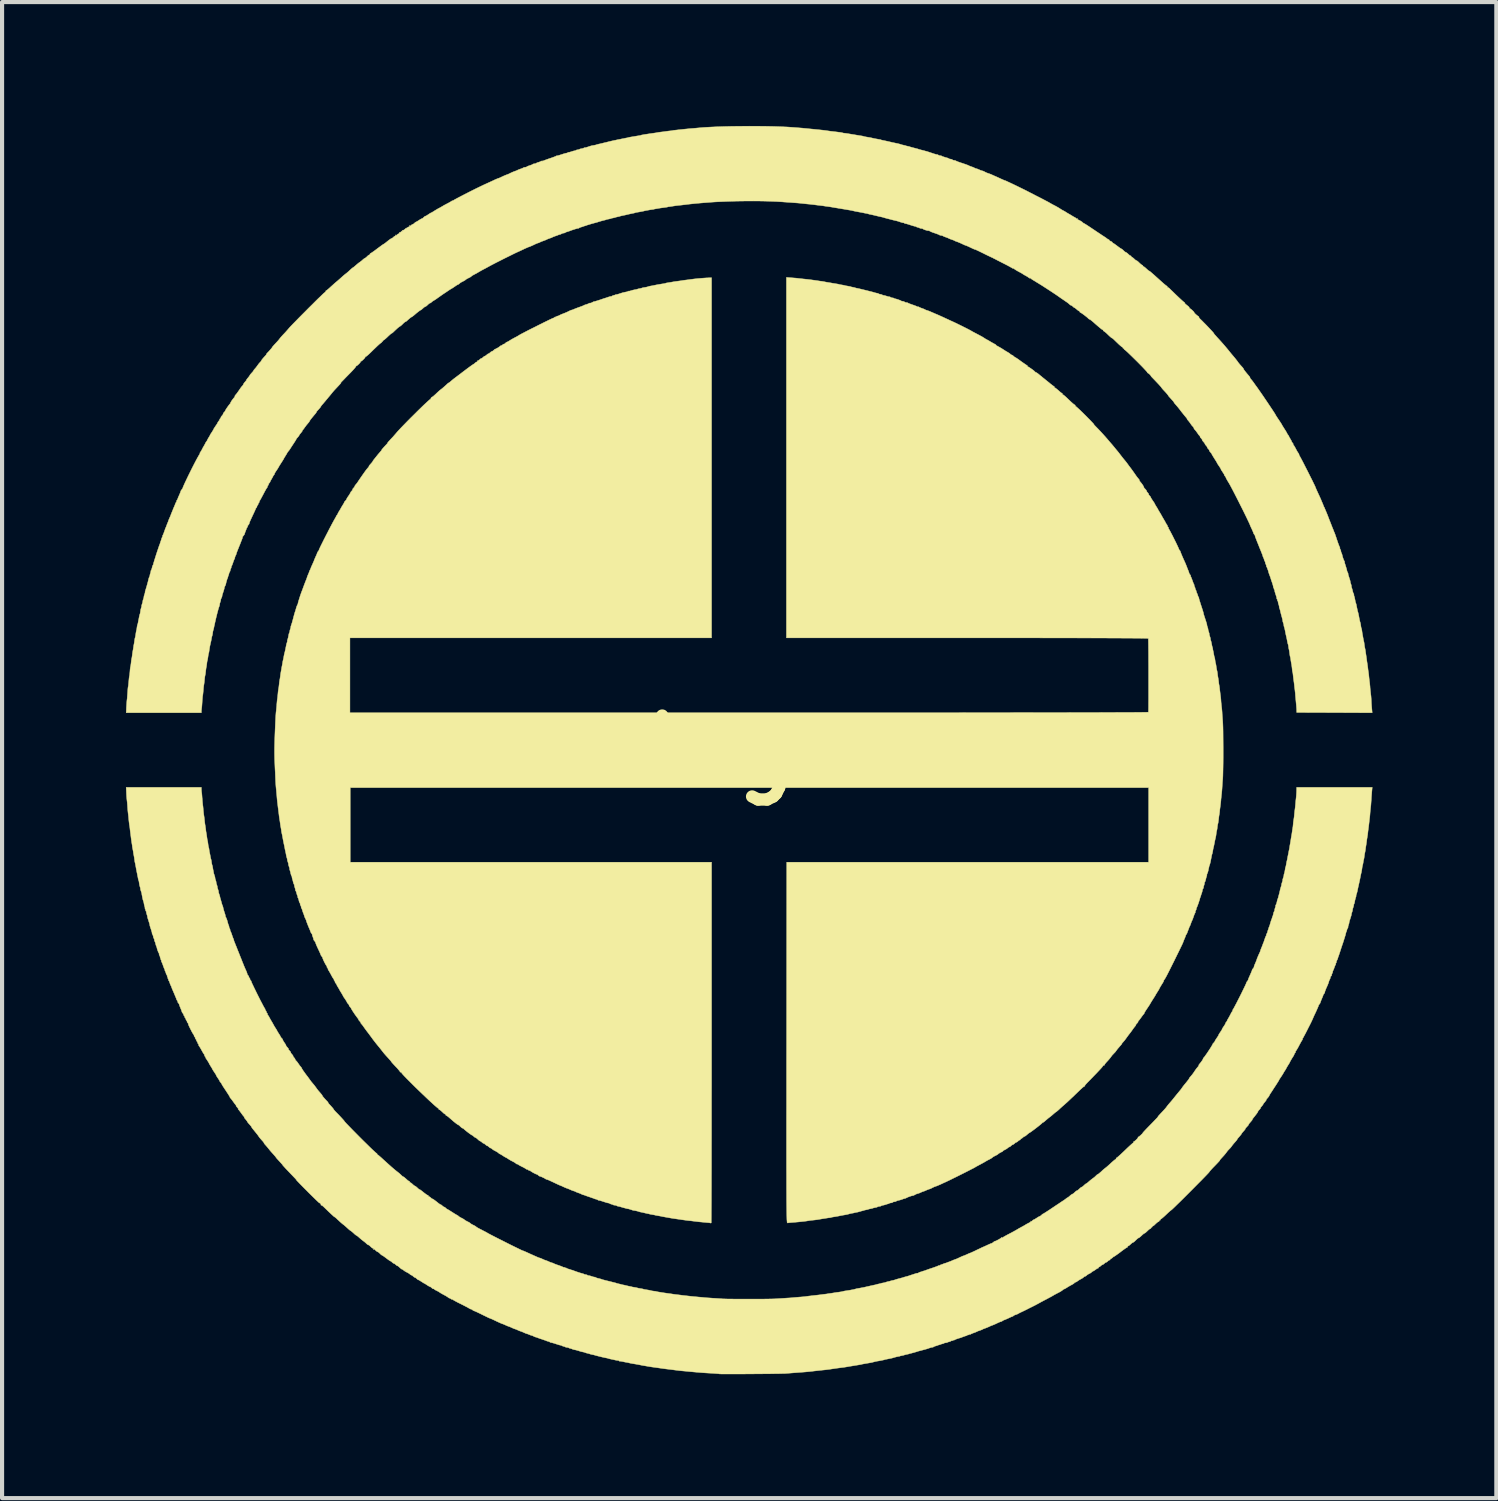
<source format=kicad_pcb>
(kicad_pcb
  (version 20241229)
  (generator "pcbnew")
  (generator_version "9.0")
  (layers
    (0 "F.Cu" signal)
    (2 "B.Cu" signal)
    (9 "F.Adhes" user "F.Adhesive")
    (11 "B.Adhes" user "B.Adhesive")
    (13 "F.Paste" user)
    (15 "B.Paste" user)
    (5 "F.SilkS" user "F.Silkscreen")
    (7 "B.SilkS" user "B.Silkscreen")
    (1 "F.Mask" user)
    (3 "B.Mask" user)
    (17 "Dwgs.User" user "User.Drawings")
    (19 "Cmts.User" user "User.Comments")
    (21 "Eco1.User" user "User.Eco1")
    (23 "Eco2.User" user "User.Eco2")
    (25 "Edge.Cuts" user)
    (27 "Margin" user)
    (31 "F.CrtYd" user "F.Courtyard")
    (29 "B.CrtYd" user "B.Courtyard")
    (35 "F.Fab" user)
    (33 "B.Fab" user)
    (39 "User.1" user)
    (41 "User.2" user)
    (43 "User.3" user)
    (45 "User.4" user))
  (footprint "logo"
    (layer "F.Cu")
    (at 15.089 15.111)
    (property "Reference" "logo" (at 0 0 0) (layer "F.SilkS") (effects (font (size 1.524 1.524) (thickness 0.3))))
    (attr through_hole)
    (fp_poly (pts (xy -9.088 12.086) (xy -9.095 12.093) (xy -9.102 12.086) (xy -9.095 12.079) (xy -9.088 12.086)) (stroke (width 0.01) (type solid)) (fill yes) (layer "F.SilkS"))
    (fp_poly (pts (xy -8.551 -12.467) (xy -8.558 -12.46) (xy -8.565 -12.467) (xy -8.558 -12.474) (xy -8.551 -12.467)) (stroke (width 0.01) (type solid)) (fill yes) (layer "F.SilkS"))
    (fp_poly (pts (xy -8.213 -12.693) (xy -8.22 -12.686) (xy -8.227 -12.693) (xy -8.22 -12.7) (xy -8.213 -12.693)) (stroke (width 0.01) (type solid)) (fill yes) (layer "F.SilkS"))
    (fp_poly (pts (xy 6.83 11.409) (xy 6.823 11.416) (xy 6.816 11.409) (xy 6.823 11.402) (xy 6.83 11.409)) (stroke (width 0.01) (type solid)) (fill yes) (layer "F.SilkS"))
    (fp_poly (pts (xy 7.959 -12.862) (xy 7.952 -12.855) (xy 7.945 -12.862) (xy 7.952 -12.869) (xy 7.959 -12.862)) (stroke (width 0.01) (type solid)) (fill yes) (layer "F.SilkS"))
    (fp_poly (pts (xy 1.02 -11.436) (xy 1.08 -11.431) (xy 1.135 -11.427) (xy 1.173 -11.423) (xy 1.178 -11.422) (xy 1.23 -11.416) (xy 1.303 -11.408) (xy 1.391 -11.399) (xy 1.418 -11.396) (xy 1.493 -11.387) (xy 1.58 -11.375) (xy 1.644 -11.366) (xy 1.687 -11.359) (xy 1.737 -11.352) (xy 1.743 -11.352) (xy 1.789 -11.345) (xy 1.83 -11.337) (xy 1.834 -11.336) (xy 1.876 -11.328) (xy 1.912 -11.322) (xy 1.956 -11.315) (xy 1.99 -11.309) (xy 2.028 -11.302) (xy 2.074 -11.295) (xy 2.079 -11.294) (xy 2.14 -11.284) (xy 2.173 -11.278) (xy 2.18 -11.275) (xy 2.192 -11.271) (xy 2.222 -11.266) (xy 2.223 -11.266) (xy 2.282 -11.256) (xy 2.314 -11.249) (xy 2.321 -11.246) (xy 2.333 -11.243) (xy 2.363 -11.238) (xy 2.364 -11.238) (xy 2.422 -11.228) (xy 2.455 -11.221) (xy 2.462 -11.218) (xy 2.474 -11.214) (xy 2.498 -11.209) (xy 2.547 -11.199) (xy 2.572 -11.192) (xy 2.575 -11.19) (xy 2.587 -11.186) (xy 2.611 -11.182) (xy 2.64 -11.176) (xy 2.688 -11.165) (xy 2.749 -11.15) (xy 2.816 -11.134) (xy 2.883 -11.117) (xy 2.943 -11.102) (xy 2.99 -11.09) (xy 3.017 -11.082) (xy 3.02 -11.081) (xy 3.069 -11.067) (xy 3.115 -11.058) (xy 3.138 -11.047) (xy 3.142 -11.045) (xy 3.162 -11.037) (xy 3.182 -11.035) (xy 3.214 -11.027) (xy 3.229 -11.018) (xy 3.243 -11.008) (xy 3.246 -11.01) (xy 3.258 -11.011) (xy 3.289 -11.003) (xy 3.323 -10.993) (xy 3.365 -10.98) (xy 3.393 -10.974) (xy 3.401 -10.975) (xy 3.409 -10.975) (xy 3.418 -10.967) (xy 3.445 -10.953) (xy 3.465 -10.95) (xy 3.494 -10.946) (xy 3.505 -10.94) (xy 3.523 -10.929) (xy 3.525 -10.929) (xy 3.552 -10.924) (xy 3.59 -10.913) (xy 3.63 -10.899) (xy 3.663 -10.886) (xy 3.677 -10.878) (xy 3.696 -10.868) (xy 3.718 -10.866) (xy 3.748 -10.86) (xy 3.761 -10.851) (xy 3.78 -10.84) (xy 3.801 -10.837) (xy 3.832 -10.832) (xy 3.846 -10.825) (xy 3.865 -10.815) (xy 3.904 -10.8) (xy 3.953 -10.782) (xy 3.958 -10.781) (xy 4.009 -10.763) (xy 4.05 -10.747) (xy 4.074 -10.736) (xy 4.075 -10.735) (xy 4.09 -10.728) (xy 4.092 -10.732) (xy 4.101 -10.734) (xy 4.11 -10.728) (xy 4.134 -10.715) (xy 4.172 -10.7) (xy 4.184 -10.696) (xy 4.223 -10.682) (xy 4.25 -10.67) (xy 4.255 -10.667) (xy 4.278 -10.655) (xy 4.283 -10.653) (xy 4.313 -10.644) (xy 4.355 -10.629) (xy 4.394 -10.613) (xy 4.396 -10.612) (xy 4.425 -10.599) (xy 4.468 -10.581) (xy 4.494 -10.569) (xy 4.545 -10.548) (xy 4.584 -10.531) (xy 4.62 -10.515) (xy 4.662 -10.496) (xy 4.717 -10.471) (xy 4.748 -10.456) (xy 4.81 -10.428) (xy 4.869 -10.4) (xy 4.916 -10.379) (xy 4.932 -10.372) (xy 4.985 -10.347) (xy 5.051 -10.315) (xy 5.123 -10.28) (xy 5.196 -10.243) (xy 5.265 -10.209) (xy 5.323 -10.179) (xy 5.366 -10.156) (xy 5.383 -10.146) (xy 5.416 -10.127) (xy 5.465 -10.101) (xy 5.52 -10.072) (xy 5.532 -10.066) (xy 5.588 -10.036) (xy 5.642 -10.007) (xy 5.682 -9.982) (xy 5.687 -9.979) (xy 5.725 -9.954) (xy 5.759 -9.935) (xy 5.764 -9.933) (xy 5.796 -9.916) (xy 5.833 -9.893) (xy 5.835 -9.892) (xy 5.876 -9.868) (xy 5.924 -9.842) (xy 5.934 -9.836) (xy 5.964 -9.82) (xy 5.978 -9.809) (xy 5.976 -9.807) (xy 5.979 -9.801) (xy 6.001 -9.787) (xy 6.018 -9.778) (xy 6.06 -9.755) (xy 6.113 -9.724) (xy 6.16 -9.694) (xy 6.206 -9.664) (xy 6.247 -9.64) (xy 6.273 -9.625) (xy 6.273 -9.625) (xy 6.306 -9.604) (xy 6.321 -9.59) (xy 6.344 -9.571) (xy 6.357 -9.567) (xy 6.38 -9.557) (xy 6.394 -9.545) (xy 6.422 -9.52) (xy 6.441 -9.509) (xy 6.469 -9.493) (xy 6.508 -9.467) (xy 6.526 -9.454) (xy 6.589 -9.408) (xy 6.65 -9.365) (xy 6.7 -9.331) (xy 6.722 -9.317) (xy 6.74 -9.304) (xy 6.738 -9.299) (xy 6.737 -9.293) (xy 6.754 -9.281) (xy 6.808 -9.248) (xy 6.858 -9.213) (xy 6.897 -9.183) (xy 6.913 -9.167) (xy 6.934 -9.148) (xy 6.946 -9.144) (xy 6.964 -9.135) (xy 6.995 -9.113) (xy 7.013 -9.098) (xy 7.053 -9.065) (xy 7.103 -9.024) (xy 7.147 -8.989) (xy 7.201 -8.945) (xy 7.26 -8.898) (xy 7.299 -8.865) (xy 7.338 -8.835) (xy 7.368 -8.813) (xy 7.384 -8.805) (xy 7.39 -8.797) (xy 7.387 -8.791) (xy 7.389 -8.778) (xy 7.395 -8.777) (xy 7.413 -8.768) (xy 7.444 -8.745) (xy 7.484 -8.711) (xy 7.489 -8.707) (xy 7.528 -8.672) (xy 7.56 -8.647) (xy 7.579 -8.636) (xy 7.58 -8.636) (xy 7.587 -8.627) (xy 7.585 -8.622) (xy 7.587 -8.609) (xy 7.593 -8.608) (xy 7.609 -8.599) (xy 7.641 -8.574) (xy 7.681 -8.538) (xy 7.703 -8.517) (xy 7.775 -8.448) (xy 7.829 -8.399) (xy 7.867 -8.368) (xy 7.889 -8.355) (xy 7.892 -8.354) (xy 7.898 -8.345) (xy 7.895 -8.34) (xy 7.897 -8.327) (xy 7.903 -8.326) (xy 7.917 -8.316) (xy 7.948 -8.289) (xy 7.993 -8.248) (xy 8.048 -8.195) (xy 8.11 -8.134) (xy 8.138 -8.107) (xy 8.201 -8.043) (xy 8.256 -7.987) (xy 8.3 -7.941) (xy 8.331 -7.908) (xy 8.346 -7.89) (xy 8.347 -7.888) (xy 8.35 -7.879) (xy 8.37 -7.857) (xy 8.391 -7.835) (xy 8.446 -7.779) (xy 8.511 -7.71) (xy 8.579 -7.636) (xy 8.641 -7.566) (xy 8.674 -7.528) (xy 8.713 -7.482) (xy 8.751 -7.438) (xy 8.773 -7.413) (xy 8.807 -7.373) (xy 8.84 -7.333) (xy 8.844 -7.328) (xy 8.875 -7.29) (xy 8.909 -7.249) (xy 8.914 -7.243) (xy 8.948 -7.202) (xy 8.984 -7.154) (xy 8.996 -7.139) (xy 9.032 -7.092) (xy 9.073 -7.041) (xy 9.088 -7.023) (xy 9.122 -6.982) (xy 9.151 -6.944) (xy 9.162 -6.929) (xy 9.185 -6.897) (xy 9.216 -6.855) (xy 9.236 -6.83) (xy 9.271 -6.782) (xy 9.312 -6.725) (xy 9.337 -6.689) (xy 9.37 -6.641) (xy 9.403 -6.597) (xy 9.424 -6.572) (xy 9.444 -6.548) (xy 9.449 -6.534) (xy 9.447 -6.533) (xy 9.448 -6.525) (xy 9.464 -6.502) (xy 9.47 -6.495) (xy 9.501 -6.458) (xy 9.529 -6.419) (xy 9.549 -6.385) (xy 9.557 -6.364) (xy 9.557 -6.362) (xy 9.564 -6.348) (xy 9.586 -6.324) (xy 9.589 -6.321) (xy 9.613 -6.294) (xy 9.624 -6.273) (xy 9.624 -6.272) (xy 9.633 -6.251) (xy 9.652 -6.23) (xy 9.67 -6.208) (xy 9.673 -6.195) (xy 9.678 -6.179) (xy 9.695 -6.159) (xy 9.716 -6.136) (xy 9.723 -6.122) (xy 9.73 -6.105) (xy 9.75 -6.072) (xy 9.772 -6.039) (xy 9.798 -6.002) (xy 9.815 -5.975) (xy 9.819 -5.966) (xy 9.825 -5.953) (xy 9.841 -5.924) (xy 9.857 -5.898) (xy 9.88 -5.862) (xy 9.895 -5.836) (xy 9.899 -5.828) (xy 9.906 -5.813) (xy 9.924 -5.783) (xy 9.936 -5.764) (xy 9.959 -5.726) (xy 9.977 -5.695) (xy 9.981 -5.687) (xy 9.994 -5.664) (xy 10.015 -5.626) (xy 10.034 -5.595) (xy 10.058 -5.553) (xy 10.078 -5.518) (xy 10.085 -5.503) (xy 10.101 -5.475) (xy 10.115 -5.457) (xy 10.127 -5.439) (xy 10.125 -5.433) (xy 10.124 -5.424) (xy 10.139 -5.405) (xy 10.154 -5.384) (xy 10.153 -5.376) (xy 10.152 -5.368) (xy 10.162 -5.352) (xy 10.175 -5.332) (xy 10.197 -5.292) (xy 10.225 -5.238) (xy 10.258 -5.175) (xy 10.292 -5.106) (xy 10.326 -5.039) (xy 10.356 -4.977) (xy 10.38 -4.925) (xy 10.396 -4.89) (xy 10.401 -4.875) (xy 10.41 -4.854) (xy 10.421 -4.84) (xy 10.437 -4.82) (xy 10.44 -4.812) (xy 10.446 -4.792) (xy 10.462 -4.751) (xy 10.486 -4.693) (xy 10.517 -4.623) (xy 10.552 -4.545) (xy 10.556 -4.537) (xy 10.569 -4.507) (xy 10.585 -4.467) (xy 10.599 -4.432) (xy 10.604 -4.417) (xy 10.611 -4.4) (xy 10.623 -4.369) (xy 10.624 -4.367) (xy 10.642 -4.321) (xy 10.651 -4.293) (xy 10.655 -4.279) (xy 10.664 -4.261) (xy 10.678 -4.244) (xy 10.691 -4.225) (xy 10.69 -4.219) (xy 10.687 -4.211) (xy 10.693 -4.202) (xy 10.704 -4.179) (xy 10.72 -4.139) (xy 10.732 -4.106) (xy 10.748 -4.061) (xy 10.763 -4.025) (xy 10.77 -4.011) (xy 10.778 -3.996) (xy 10.775 -3.993) (xy 10.775 -3.983) (xy 10.785 -3.956) (xy 10.788 -3.951) (xy 10.8 -3.923) (xy 10.802 -3.909) (xy 10.801 -3.909) (xy 10.8 -3.9) (xy 10.807 -3.89) (xy 10.823 -3.86) (xy 10.827 -3.844) (xy 10.837 -3.809) (xy 10.844 -3.796) (xy 10.858 -3.763) (xy 10.862 -3.748) (xy 10.873 -3.715) (xy 10.882 -3.702) (xy 10.891 -3.686) (xy 10.889 -3.683) (xy 10.891 -3.67) (xy 10.9 -3.636) (xy 10.916 -3.585) (xy 10.936 -3.521) (xy 10.943 -3.5) (xy 10.965 -3.433) (xy 10.983 -3.377) (xy 10.995 -3.337) (xy 11 -3.317) (xy 11 -3.316) (xy 11.002 -3.304) (xy 11.011 -3.27) (xy 11.027 -3.221) (xy 11.042 -3.175) (xy 11.061 -3.117) (xy 11.075 -3.071) (xy 11.083 -3.042) (xy 11.084 -3.034) (xy 11.085 -3.022) (xy 11.093 -2.992) (xy 11.098 -2.977) (xy 11.109 -2.943) (xy 11.113 -2.923) (xy 11.113 -2.921) (xy 11.113 -2.909) (xy 11.122 -2.88) (xy 11.127 -2.865) (xy 11.138 -2.83) (xy 11.142 -2.81) (xy 11.141 -2.808) (xy 11.141 -2.796) (xy 11.15 -2.767) (xy 11.155 -2.752) (xy 11.166 -2.717) (xy 11.17 -2.697) (xy 11.169 -2.695) (xy 11.169 -2.684) (xy 11.177 -2.658) (xy 11.189 -2.617) (xy 11.198 -2.571) (xy 11.198 -2.57) (xy 11.206 -2.53) (xy 11.213 -2.5) (xy 11.214 -2.498) (xy 11.224 -2.465) (xy 11.225 -2.455) (xy 11.229 -2.427) (xy 11.237 -2.392) (xy 11.246 -2.346) (xy 11.254 -2.301) (xy 11.261 -2.266) (xy 11.268 -2.243) (xy 11.269 -2.242) (xy 11.275 -2.222) (xy 11.28 -2.185) (xy 11.282 -2.173) (xy 11.287 -2.135) (xy 11.293 -2.109) (xy 11.294 -2.106) (xy 11.299 -2.087) (xy 11.306 -2.05) (xy 11.31 -2.018) (xy 11.317 -1.973) (xy 11.323 -1.941) (xy 11.326 -1.93) (xy 11.331 -1.911) (xy 11.337 -1.875) (xy 11.339 -1.86) (xy 11.344 -1.812) (xy 11.351 -1.771) (xy 11.352 -1.764) (xy 11.359 -1.727) (xy 11.365 -1.68) (xy 11.367 -1.665) (xy 11.372 -1.617) (xy 11.379 -1.575) (xy 11.381 -1.566) (xy 11.387 -1.53) (xy 11.393 -1.482) (xy 11.394 -1.468) (xy 11.401 -1.412) (xy 11.408 -1.352) (xy 11.411 -1.333) (xy 11.418 -1.278) (xy 11.423 -1.223) (xy 11.424 -1.206) (xy 11.427 -1.16) (xy 11.433 -1.102) (xy 11.437 -1.065) (xy 11.444 -1.004) (xy 11.45 -0.941) (xy 11.452 -0.91) (xy 11.454 -0.865) (xy 11.459 -0.802) (xy 11.464 -0.731) (xy 11.467 -0.691) (xy 11.47 -0.635) (xy 11.473 -0.555) (xy 11.475 -0.456) (xy 11.476 -0.341) (xy 11.477 -0.215) (xy 11.478 -0.082) (xy 11.478 0.054) (xy 11.478 0.188) (xy 11.477 0.316) (xy 11.475 0.434) (xy 11.473 0.538) (xy 11.471 0.623) (xy 11.468 0.685) (xy 11.467 0.699) (xy 11.461 0.771) (xy 11.456 0.845) (xy 11.452 0.907) (xy 11.451 0.927) (xy 11.446 0.991) (xy 11.44 1.056) (xy 11.436 1.09) (xy 11.43 1.147) (xy 11.424 1.204) (xy 11.423 1.224) (xy 11.418 1.275) (xy 11.411 1.334) (xy 11.408 1.358) (xy 11.401 1.41) (xy 11.395 1.457) (xy 11.394 1.475) (xy 11.389 1.522) (xy 11.383 1.561) (xy 11.376 1.6) (xy 11.37 1.652) (xy 11.366 1.687) (xy 11.36 1.733) (xy 11.355 1.768) (xy 11.351 1.78) (xy 11.346 1.8) (xy 11.34 1.837) (xy 11.337 1.859) (xy 11.332 1.905) (xy 11.325 1.943) (xy 11.322 1.954) (xy 11.315 1.986) (xy 11.309 2.029) (xy 11.309 2.031) (xy 11.303 2.077) (xy 11.295 2.116) (xy 11.295 2.117) (xy 11.283 2.166) (xy 11.271 2.224) (xy 11.268 2.244) (xy 11.256 2.302) (xy 11.248 2.34) (xy 11.241 2.366) (xy 11.241 2.368) (xy 11.234 2.397) (xy 11.227 2.439) (xy 11.226 2.446) (xy 11.219 2.484) (xy 11.213 2.508) (xy 11.212 2.511) (xy 11.205 2.531) (xy 11.198 2.562) (xy 11.19 2.606) (xy 11.183 2.639) (xy 11.175 2.682) (xy 11.169 2.712) (xy 11.158 2.755) (xy 11.149 2.783) (xy 11.139 2.812) (xy 11.135 2.826) (xy 11.133 2.84) (xy 11.128 2.86) (xy 11.12 2.896) (xy 11.115 2.923) (xy 11.103 2.964) (xy 11.092 2.99) (xy 11.083 3.013) (xy 11.083 3.02) (xy 11.084 3.031) (xy 11.077 3.056) (xy 11.064 3.097) (xy 11.055 3.136) (xy 11.045 3.174) (xy 11.032 3.199) (xy 11.023 3.215) (xy 11.025 3.217) (xy 11.026 3.229) (xy 11.019 3.259) (xy 11.014 3.274) (xy 11.003 3.308) (xy 11.001 3.328) (xy 11.002 3.33) (xy 11.002 3.339) (xy 10.995 3.348) (xy 10.982 3.369) (xy 10.98 3.376) (xy 10.977 3.39) (xy 10.974 3.405) (xy 10.971 3.42) (xy 10.961 3.456) (xy 10.956 3.469) (xy 10.945 3.5) (xy 10.942 3.511) (xy 10.933 3.54) (xy 10.928 3.554) (xy 10.917 3.583) (xy 10.914 3.594) (xy 10.905 3.628) (xy 10.89 3.674) (xy 10.873 3.725) (xy 10.855 3.772) (xy 10.841 3.807) (xy 10.834 3.821) (xy 10.826 3.836) (xy 10.829 3.838) (xy 10.829 3.849) (xy 10.819 3.876) (xy 10.816 3.881) (xy 10.804 3.909) (xy 10.802 3.923) (xy 10.803 3.923) (xy 10.804 3.932) (xy 10.799 3.941) (xy 10.787 3.963) (xy 10.771 4.003) (xy 10.76 4.036) (xy 10.744 4.081) (xy 10.731 4.115) (xy 10.724 4.128) (xy 10.714 4.149) (xy 10.7 4.186) (xy 10.696 4.198) (xy 10.682 4.237) (xy 10.67 4.264) (xy 10.667 4.269) (xy 10.656 4.289) (xy 10.655 4.293) (xy 10.649 4.312) (xy 10.636 4.346) (xy 10.632 4.357) (xy 10.616 4.394) (xy 10.607 4.422) (xy 10.606 4.426) (xy 10.595 4.45) (xy 10.587 4.461) (xy 10.573 4.483) (xy 10.571 4.491) (xy 10.565 4.509) (xy 10.552 4.544) (xy 10.542 4.567) (xy 10.525 4.606) (xy 10.515 4.633) (xy 10.513 4.639) (xy 10.509 4.651) (xy 10.497 4.679) (xy 10.477 4.723) (xy 10.446 4.786) (xy 10.406 4.869) (xy 10.354 4.974) (xy 10.291 5.103) (xy 10.285 5.115) (xy 10.226 5.233) (xy 10.178 5.329) (xy 10.14 5.404) (xy 10.11 5.462) (xy 10.087 5.504) (xy 10.069 5.535) (xy 10.055 5.556) (xy 10.047 5.567) (xy 10.036 5.584) (xy 10.038 5.588) (xy 10.036 5.598) (xy 10.022 5.624) (xy 10.015 5.636) (xy 9.989 5.677) (xy 9.962 5.721) (xy 9.941 5.758) (xy 9.929 5.782) (xy 9.928 5.786) (xy 9.92 5.8) (xy 9.901 5.831) (xy 9.885 5.856) (xy 9.862 5.893) (xy 9.846 5.919) (xy 9.842 5.927) (xy 9.835 5.941) (xy 9.816 5.972) (xy 9.8 5.997) (xy 9.762 6.056) (xy 9.736 6.098) (xy 9.719 6.127) (xy 9.713 6.138) (xy 9.701 6.159) (xy 9.677 6.196) (xy 9.645 6.244) (xy 9.628 6.269) (xy 9.597 6.316) (xy 9.575 6.353) (xy 9.564 6.375) (xy 9.564 6.378) (xy 9.565 6.384) (xy 9.559 6.389) (xy 9.543 6.405) (xy 9.518 6.438) (xy 9.49 6.477) (xy 9.46 6.518) (xy 9.435 6.55) (xy 9.42 6.565) (xy 9.414 6.574) (xy 9.418 6.576) (xy 9.418 6.584) (xy 9.401 6.607) (xy 9.391 6.618) (xy 9.368 6.644) (xy 9.36 6.659) (xy 9.361 6.66) (xy 9.361 6.669) (xy 9.348 6.684) (xy 9.326 6.711) (xy 9.298 6.748) (xy 9.291 6.758) (xy 9.262 6.8) (xy 9.226 6.848) (xy 9.207 6.872) (xy 9.172 6.918) (xy 9.138 6.965) (xy 9.124 6.985) (xy 9.092 7.028) (xy 9.057 7.068) (xy 9.053 7.073) (xy 9.031 7.098) (xy 9.023 7.111) (xy 9.024 7.112) (xy 9.02 7.121) (xy 9 7.145) (xy 8.973 7.175) (xy 8.937 7.217) (xy 8.905 7.256) (xy 8.89 7.278) (xy 8.862 7.315) (xy 8.827 7.351) (xy 8.826 7.352) (xy 8.792 7.388) (xy 8.764 7.425) (xy 8.763 7.426) (xy 8.741 7.456) (xy 8.707 7.497) (xy 8.667 7.541) (xy 8.667 7.541) (xy 8.633 7.578) (xy 8.611 7.608) (xy 8.603 7.624) (xy 8.604 7.625) (xy 8.6 7.633) (xy 8.589 7.634) (xy 8.569 7.642) (xy 8.565 7.649) (xy 8.56 7.659) (xy 8.544 7.68) (xy 8.515 7.713) (xy 8.472 7.759) (xy 8.414 7.821) (xy 8.339 7.898) (xy 8.246 7.994) (xy 8.189 8.052) (xy 8.155 8.089) (xy 8.132 8.118) (xy 8.124 8.133) (xy 8.125 8.134) (xy 8.122 8.142) (xy 8.118 8.142) (xy 8.1 8.151) (xy 8.07 8.175) (xy 8.034 8.208) (xy 7.997 8.243) (xy 7.947 8.291) (xy 7.889 8.347) (xy 7.83 8.404) (xy 7.824 8.409) (xy 7.767 8.463) (xy 7.712 8.515) (xy 7.664 8.558) (xy 7.63 8.588) (xy 7.627 8.591) (xy 7.584 8.628) (xy 7.535 8.672) (xy 7.505 8.701) (xy 7.469 8.733) (xy 7.442 8.755) (xy 7.43 8.763) (xy 7.416 8.772) (xy 7.388 8.795) (xy 7.364 8.816) (xy 7.325 8.85) (xy 7.289 8.879) (xy 7.274 8.89) (xy 7.245 8.912) (xy 7.206 8.945) (xy 7.184 8.964) (xy 7.15 8.994) (xy 7.124 9.013) (xy 7.114 9.017) (xy 7.096 9.027) (xy 7.096 9.029) (xy 7.083 9.043) (xy 7.052 9.069) (xy 7.009 9.104) (xy 6.959 9.143) (xy 6.907 9.183) (xy 6.858 9.219) (xy 6.818 9.248) (xy 6.791 9.265) (xy 6.787 9.266) (xy 6.764 9.282) (xy 6.732 9.309) (xy 6.724 9.316) (xy 6.694 9.341) (xy 6.67 9.355) (xy 6.666 9.356) (xy 6.646 9.365) (xy 6.625 9.384) (xy 6.599 9.405) (xy 6.58 9.412) (xy 6.567 9.42) (xy 6.569 9.426) (xy 6.566 9.439) (xy 6.558 9.44) (xy 6.534 9.45) (xy 6.512 9.469) (xy 6.487 9.49) (xy 6.47 9.497) (xy 6.449 9.506) (xy 6.428 9.525) (xy 6.403 9.546) (xy 6.385 9.553) (xy 6.364 9.563) (xy 6.343 9.581) (xy 6.318 9.603) (xy 6.3 9.61) (xy 6.278 9.62) (xy 6.265 9.631) (xy 6.241 9.651) (xy 6.204 9.673) (xy 6.189 9.68) (xy 6.158 9.696) (xy 6.144 9.707) (xy 6.145 9.708) (xy 6.143 9.714) (xy 6.12 9.728) (xy 6.1 9.737) (xy 6.063 9.757) (xy 6.037 9.774) (xy 6.032 9.779) (xy 6.015 9.793) (xy 5.982 9.812) (xy 5.962 9.821) (xy 5.924 9.841) (xy 5.897 9.858) (xy 5.891 9.864) (xy 5.874 9.878) (xy 5.841 9.898) (xy 5.824 9.907) (xy 5.776 9.931) (xy 5.732 9.956) (xy 5.722 9.962) (xy 5.687 9.983) (xy 5.638 10.01) (xy 5.595 10.033) (xy 5.544 10.06) (xy 5.496 10.086) (xy 5.468 10.103) (xy 5.446 10.116) (xy 5.402 10.138) (xy 5.342 10.169) (xy 5.27 10.206) (xy 5.189 10.247) (xy 5.105 10.289) (xy 5.021 10.331) (xy 4.941 10.37) (xy 4.871 10.405) (xy 4.814 10.432) (xy 4.775 10.451) (xy 4.763 10.457) (xy 4.736 10.468) (xy 4.693 10.488) (xy 4.642 10.512) (xy 4.636 10.515) (xy 4.585 10.537) (xy 4.542 10.555) (xy 4.515 10.564) (xy 4.513 10.565) (xy 4.486 10.574) (xy 4.448 10.592) (xy 4.438 10.597) (xy 4.4 10.617) (xy 4.368 10.629) (xy 4.363 10.63) (xy 4.335 10.639) (xy 4.297 10.655) (xy 4.287 10.659) (xy 4.25 10.676) (xy 4.221 10.686) (xy 4.217 10.687) (xy 4.192 10.695) (xy 4.157 10.711) (xy 4.15 10.714) (xy 4.114 10.73) (xy 4.087 10.738) (xy 4.083 10.739) (xy 4.06 10.745) (xy 4.025 10.761) (xy 4.015 10.767) (xy 3.984 10.783) (xy 3.967 10.789) (xy 3.965 10.789) (xy 3.954 10.789) (xy 3.925 10.797) (xy 3.887 10.809) (xy 3.851 10.823) (xy 3.823 10.835) (xy 3.816 10.839) (xy 3.79 10.852) (xy 3.774 10.856) (xy 3.741 10.865) (xy 3.704 10.879) (xy 3.658 10.894) (xy 3.616 10.904) (xy 3.582 10.913) (xy 3.562 10.923) (xy 3.562 10.924) (xy 3.543 10.933) (xy 3.521 10.936) (xy 3.491 10.941) (xy 3.478 10.95) (xy 3.459 10.961) (xy 3.438 10.964) (xy 3.408 10.968) (xy 3.396 10.974) (xy 3.374 10.985) (xy 3.364 10.987) (xy 3.332 10.996) (xy 3.319 11.001) (xy 3.28 11.013) (xy 3.223 11.026) (xy 3.221 11.026) (xy 3.197 11.036) (xy 3.194 11.039) (xy 3.173 11.047) (xy 3.154 11.049) (xy 3.125 11.053) (xy 3.113 11.059) (xy 3.093 11.069) (xy 3.072 11.074) (xy 3.03 11.082) (xy 3.003 11.089) (xy 2.999 11.091) (xy 2.987 11.095) (xy 2.963 11.101) (xy 2.914 11.111) (xy 2.889 11.117) (xy 2.886 11.12) (xy 2.874 11.124) (xy 2.85 11.129) (xy 2.801 11.139) (xy 2.777 11.146) (xy 2.773 11.148) (xy 2.761 11.152) (xy 2.749 11.155) (xy 2.719 11.162) (xy 2.68 11.174) (xy 2.678 11.174) (xy 2.632 11.187) (xy 2.589 11.195) (xy 2.56 11.201) (xy 2.547 11.204) (xy 2.547 11.204) (xy 2.535 11.208) (xy 2.505 11.213) (xy 2.505 11.213) (xy 2.458 11.222) (xy 2.42 11.232) (xy 2.375 11.244) (xy 2.328 11.253) (xy 2.274 11.262) (xy 2.215 11.273) (xy 2.173 11.282) (xy 2.135 11.289) (xy 2.089 11.297) (xy 2.084 11.298) (xy 2.024 11.307) (xy 1.991 11.314) (xy 1.983 11.317) (xy 1.971 11.321) (xy 1.947 11.324) (xy 1.909 11.328) (xy 1.853 11.337) (xy 1.788 11.347) (xy 1.723 11.358) (xy 1.669 11.367) (xy 1.665 11.368) (xy 1.631 11.373) (xy 1.582 11.379) (xy 1.552 11.382) (xy 1.501 11.387) (xy 1.457 11.393) (xy 1.439 11.396) (xy 1.384 11.405) (xy 1.307 11.414) (xy 1.214 11.424) (xy 1.113 11.433) (xy 1.051 11.438) (xy 0.998 11.442) (xy 0.954 11.447) (xy 0.928 11.45) (xy 0.925 11.45) (xy 0.923 11.447) (xy 0.921 11.441) (xy 0.919 11.43) (xy 0.918 11.414) (xy 0.916 11.392) (xy 0.914 11.363) (xy 0.913 11.326) (xy 0.912 11.28) (xy 0.911 11.224) (xy 0.91 11.158) (xy 0.909 11.079) (xy 0.908 10.988) (xy 0.907 10.884) (xy 0.907 10.765) (xy 0.906 10.631) (xy 0.906 10.48) (xy 0.906 10.312) (xy 0.905 10.126) (xy 0.905 9.921) (xy 0.905 9.696) (xy 0.905 9.451) (xy 0.905 9.183) (xy 0.905 8.893) (xy 0.906 8.579) (xy 0.906 8.24) (xy 0.906 7.876) (xy 0.906 7.485) (xy 0.907 7.086) (xy 0.91 2.716) (xy 9.673 2.716) (xy 9.673 0.91) (xy -9.659 0.91) (xy -9.659 2.716) (xy -5.285 2.716) (xy -0.91 2.716) (xy -0.91 7.079) (xy -0.91 7.428) (xy -0.91 7.77) (xy -0.91 8.104) (xy -0.911 8.428) (xy -0.911 8.741) (xy -0.911 9.043) (xy -0.911 9.332) (xy -0.912 9.607) (xy -0.912 9.868) (xy -0.912 10.113) (xy -0.913 10.34) (xy -0.913 10.55) (xy -0.914 10.741) (xy -0.914 10.911) (xy -0.915 11.06) (xy -0.916 11.186) (xy -0.916 11.289) (xy -0.917 11.368) (xy -0.917 11.421) (xy -0.918 11.447) (xy -0.918 11.45) (xy -0.932 11.453) (xy -0.933 11.453) (xy -0.948 11.449) (xy -0.985 11.444) (xy -1.035 11.44) (xy -1.044 11.439) (xy -1.223 11.422) (xy -1.348 11.407) (xy -1.402 11.4) (xy -1.458 11.394) (xy -1.46 11.394) (xy -1.512 11.388) (xy -1.569 11.38) (xy -1.644 11.37) (xy -1.658 11.367) (xy -1.701 11.361) (xy -1.751 11.354) (xy -1.757 11.353) (xy -1.847 11.34) (xy -1.931 11.326) (xy -1.947 11.323) (xy -1.984 11.316) (xy -2.031 11.308) (xy -2.046 11.305) (xy -2.093 11.297) (xy -2.12 11.291) (xy -2.134 11.288) (xy -2.153 11.284) (xy -2.188 11.278) (xy -2.23 11.271) (xy -2.237 11.27) (xy -2.266 11.264) (xy -2.279 11.261) (xy -2.279 11.261) (xy -2.291 11.257) (xy -2.32 11.252) (xy -2.321 11.252) (xy -2.379 11.242) (xy -2.413 11.235) (xy -2.42 11.232) (xy -2.432 11.229) (xy -2.455 11.225) (xy -2.492 11.217) (xy -2.539 11.206) (xy -2.547 11.204) (xy -2.59 11.194) (xy -2.626 11.187) (xy -2.632 11.186) (xy -2.662 11.179) (xy -2.674 11.174) (xy -2.695 11.167) (xy -2.732 11.158) (xy -2.771 11.15) (xy -2.797 11.147) (xy -2.816 11.143) (xy -2.851 11.131) (xy -2.865 11.127) (xy -2.9 11.115) (xy -2.922 11.109) (xy -2.925 11.109) (xy -2.939 11.107) (xy -2.971 11.1) (xy -3.012 11.089) (xy -3.053 11.078) (xy -3.084 11.069) (xy -3.09 11.067) (xy -3.138 11.053) (xy -3.185 11.044) (xy -3.209 11.033) (xy -3.212 11.031) (xy -3.233 11.023) (xy -3.253 11.021) (xy -3.282 11.017) (xy -3.293 11.011) (xy -3.314 11.001) (xy -3.333 10.997) (xy -3.367 10.986) (xy -3.382 10.976) (xy -3.398 10.967) (xy -3.401 10.969) (xy -3.413 10.968) (xy -3.446 10.96) (xy -3.494 10.945) (xy -3.521 10.936) (xy -3.574 10.919) (xy -3.614 10.907) (xy -3.638 10.903) (xy -3.641 10.903) (xy -3.649 10.903) (xy -3.659 10.896) (xy -3.689 10.88) (xy -3.705 10.876) (xy -3.735 10.868) (xy -3.747 10.864) (xy -3.766 10.855) (xy -3.805 10.842) (xy -3.854 10.825) (xy -3.859 10.823) (xy -3.91 10.806) (xy -3.95 10.792) (xy -3.971 10.783) (xy -3.972 10.783) (xy -3.998 10.774) (xy -4.014 10.77) (xy -4.044 10.761) (xy -4.056 10.754) (xy -4.078 10.743) (xy -4.115 10.728) (xy -4.128 10.724) (xy -4.167 10.71) (xy -4.195 10.698) (xy -4.199 10.695) (xy -4.226 10.682) (xy -4.241 10.678) (xy -4.27 10.669) (xy -4.311 10.653) (xy -4.335 10.642) (xy -4.374 10.625) (xy -4.402 10.614) (xy -4.41 10.612) (xy -4.426 10.606) (xy -4.46 10.592) (xy -4.485 10.581) (xy -4.523 10.563) (xy -4.551 10.55) (xy -4.558 10.548) (xy -4.584 10.538) (xy -4.629 10.518) (xy -4.695 10.487) (xy -4.741 10.465) (xy -4.795 10.44) (xy -4.838 10.42) (xy -4.866 10.408) (xy -4.872 10.406) (xy -4.889 10.4) (xy -4.909 10.395) (xy -4.909 10.395) (xy -4.931 10.384) (xy -4.934 10.382) (xy -4.951 10.37) (xy -4.983 10.354) (xy -5.019 10.337) (xy -5.052 10.324) (xy -5.072 10.318) (xy -5.075 10.318) (xy -5.085 10.313) (xy -5.108 10.294) (xy -5.108 10.294) (xy -5.131 10.276) (xy -5.141 10.271) (xy -5.141 10.271) (xy -5.154 10.27) (xy -5.183 10.257) (xy -5.22 10.238) (xy -5.257 10.217) (xy -5.286 10.198) (xy -5.295 10.191) (xy -5.314 10.179) (xy -5.32 10.181) (xy -5.329 10.182) (xy -5.348 10.167) (xy -5.368 10.152) (xy -5.376 10.153) (xy -5.385 10.154) (xy -5.401 10.143) (xy -5.427 10.126) (xy -5.468 10.103) (xy -5.507 10.084) (xy -5.55 10.062) (xy -5.583 10.043) (xy -5.596 10.032) (xy -5.612 10.024) (xy -5.616 10.026) (xy -5.633 10.022) (xy -5.645 10.011) (xy -5.669 9.992) (xy -5.707 9.97) (xy -5.721 9.963) (xy -5.772 9.937) (xy -5.823 9.906) (xy -5.832 9.9) (xy -5.866 9.878) (xy -5.889 9.865) (xy -5.893 9.864) (xy -5.909 9.856) (xy -5.939 9.838) (xy -5.964 9.821) (xy -6.001 9.798) (xy -6.029 9.782) (xy -6.039 9.779) (xy -6.056 9.769) (xy -6.068 9.757) (xy -6.092 9.738) (xy -6.13 9.716) (xy -6.145 9.708) (xy -6.185 9.687) (xy -6.206 9.673) (xy -6.195 9.673) (xy -6.188 9.68) (xy -6.181 9.673) (xy -6.188 9.666) (xy -6.195 9.673) (xy -6.206 9.673) (xy -6.216 9.666) (xy -6.222 9.66) (xy -6.245 9.641) (xy -6.258 9.638) (xy -6.279 9.628) (xy -6.301 9.61) (xy -6.325 9.589) (xy -6.343 9.581) (xy -6.364 9.572) (xy -6.385 9.553) (xy -6.41 9.532) (xy -6.428 9.525) (xy -6.449 9.515) (xy -6.47 9.497) (xy -6.495 9.476) (xy -6.512 9.469) (xy -6.531 9.459) (xy -6.559 9.436) (xy -6.569 9.426) (xy -6.598 9.4) (xy -6.621 9.385) (xy -6.626 9.384) (xy -6.647 9.374) (xy -6.668 9.356) (xy -6.691 9.335) (xy -6.705 9.327) (xy -6.722 9.319) (xy -6.753 9.298) (xy -6.793 9.269) (xy -6.836 9.236) (xy -6.874 9.205) (xy -6.902 9.181) (xy -6.912 9.17) (xy -6.928 9.159) (xy -6.934 9.158) (xy -6.954 9.149) (xy -6.983 9.125) (xy -6.992 9.116) (xy -7.02 9.089) (xy -7.041 9.075) (xy -7.045 9.073) (xy -7.064 9.064) (xy -7.1 9.037) (xy -7.152 8.996) (xy -7.215 8.941) (xy -7.253 8.908) (xy -7.29 8.876) (xy -7.321 8.855) (xy -7.337 8.848) (xy -7.347 8.839) (xy -7.345 8.834) (xy -7.347 8.821) (xy -7.355 8.819) (xy -7.375 8.81) (xy -7.406 8.786) (xy -7.429 8.763) (xy -7.463 8.732) (xy -7.491 8.711) (xy -7.504 8.707) (xy -7.516 8.699) (xy -7.514 8.692) (xy -7.516 8.679) (xy -7.522 8.678) (xy -7.538 8.669) (xy -7.571 8.642) (xy -7.619 8.601) (xy -7.678 8.547) (xy -7.748 8.483) (xy -7.824 8.411) (xy -7.904 8.335) (xy -7.987 8.255) (xy -8.069 8.176) (xy -8.148 8.098) (xy -8.221 8.025) (xy -8.286 7.96) (xy -8.341 7.903) (xy -8.382 7.859) (xy -8.408 7.828) (xy -8.416 7.815) (xy -8.416 7.815) (xy -8.42 7.805) (xy -8.431 7.803) (xy -8.45 7.796) (xy -8.453 7.789) (xy -8.462 7.773) (xy -8.487 7.743) (xy -8.523 7.701) (xy -8.557 7.666) (xy -8.6 7.62) (xy -8.635 7.582) (xy -8.657 7.556) (xy -8.664 7.547) (xy -8.673 7.532) (xy -8.698 7.503) (xy -8.733 7.464) (xy -8.749 7.446) (xy -8.792 7.399) (xy -8.832 7.354) (xy -8.86 7.319) (xy -8.865 7.313) (xy -8.889 7.282) (xy -8.924 7.237) (xy -8.965 7.187) (xy -8.982 7.166) (xy -9.031 7.106) (xy -9.07 7.056) (xy -9.107 7.008) (xy -9.149 6.95) (xy -9.165 6.929) (xy -9.195 6.888) (xy -9.232 6.839) (xy -9.25 6.816) (xy -9.285 6.769) (xy -9.319 6.722) (xy -9.333 6.702) (xy -9.36 6.664) (xy -9.386 6.633) (xy -9.391 6.627) (xy -9.405 6.61) (xy -9.403 6.604) (xy -9.405 6.595) (xy -9.423 6.573) (xy -9.433 6.562) (xy -9.455 6.536) (xy -9.463 6.521) (xy -9.461 6.519) (xy -9.457 6.513) (xy -9.463 6.509) (xy -9.478 6.493) (xy -9.502 6.46) (xy -9.534 6.417) (xy -9.567 6.369) (xy -9.598 6.322) (xy -9.622 6.283) (xy -9.636 6.258) (xy -9.638 6.253) (xy -9.647 6.236) (xy -9.666 6.216) (xy -9.684 6.194) (xy -9.687 6.181) (xy -9.692 6.165) (xy -9.709 6.145) (xy -9.73 6.122) (xy -9.737 6.108) (xy -9.744 6.091) (xy -9.764 6.058) (xy -9.786 6.025) (xy -9.812 5.988) (xy -9.829 5.961) (xy -9.833 5.951) (xy -9.839 5.939) (xy -9.856 5.91) (xy -9.871 5.884) (xy -9.894 5.848) (xy -9.91 5.821) (xy -9.913 5.814) (xy -9.921 5.799) (xy -9.939 5.768) (xy -9.952 5.747) (xy -9.974 5.71) (xy -9.988 5.683) (xy -9.991 5.675) (xy -10 5.656) (xy -10.012 5.645) (xy -10.026 5.625) (xy -10.026 5.616) (xy -10.03 5.6) (xy -10.04 5.588) (xy -10.054 5.568) (xy -10.053 5.558) (xy -10.054 5.546) (xy -10.057 5.546) (xy -10.068 5.534) (xy -10.088 5.503) (xy -10.113 5.459) (xy -10.117 5.45) (xy -10.144 5.401) (xy -10.168 5.358) (xy -10.185 5.332) (xy -10.186 5.33) (xy -10.198 5.312) (xy -10.195 5.306) (xy -10.195 5.297) (xy -10.209 5.278) (xy -10.224 5.257) (xy -10.223 5.249) (xy -10.222 5.241) (xy -10.233 5.225) (xy -10.249 5.201) (xy -10.27 5.163) (xy -10.292 5.12) (xy -10.311 5.079) (xy -10.324 5.047) (xy -10.327 5.033) (xy -10.332 5.019) (xy -10.346 5) (xy -10.365 4.975) (xy -10.372 4.96) (xy -10.378 4.941) (xy -10.394 4.904) (xy -10.416 4.856) (xy -10.423 4.842) (xy -10.459 4.765) (xy -10.484 4.707) (xy -10.498 4.669) (xy -10.501 4.657) (xy -10.509 4.642) (xy -10.524 4.623) (xy -10.542 4.6) (xy -10.546 4.588) (xy -10.549 4.569) (xy -10.557 4.544) (xy -10.572 4.503) (xy -10.579 4.481) (xy -10.581 4.471) (xy -10.579 4.468) (xy -10.585 4.455) (xy -10.597 4.439) (xy -10.615 4.412) (xy -10.62 4.398) (xy -10.627 4.376) (xy -10.642 4.339) (xy -10.648 4.325) (xy -10.664 4.289) (xy -10.674 4.265) (xy -10.675 4.262) (xy -10.682 4.245) (xy -10.694 4.214) (xy -10.694 4.212) (xy -10.713 4.165) (xy -10.722 4.138) (xy -10.724 4.127) (xy -10.73 4.111) (xy -10.744 4.081) (xy -10.746 4.078) (xy -10.76 4.049) (xy -10.766 4.033) (xy -10.766 4.032) (xy -10.77 4.018) (xy -10.78 3.987) (xy -10.794 3.949) (xy -10.805 3.923) (xy -10.815 3.89) (xy -10.819 3.875) (xy -10.831 3.842) (xy -10.839 3.829) (xy -10.848 3.813) (xy -10.846 3.81) (xy -10.845 3.799) (xy -10.856 3.773) (xy -10.858 3.768) (xy -10.871 3.739) (xy -10.872 3.726) (xy -10.871 3.725) (xy -10.871 3.717) (xy -10.878 3.707) (xy -10.893 3.678) (xy -10.9 3.654) (xy -10.905 3.626) (xy -10.909 3.616) (xy -10.913 3.602) (xy -10.922 3.581) (xy -10.927 3.574) (xy -10.932 3.558) (xy -10.929 3.556) (xy -10.929 3.546) (xy -10.937 3.527) (xy -10.952 3.489) (xy -10.959 3.46) (xy -10.97 3.425) (xy -10.981 3.405) (xy -10.99 3.389) (xy -10.988 3.387) (xy -10.987 3.375) (xy -10.995 3.345) (xy -11 3.33) (xy -11.01 3.296) (xy -11.013 3.276) (xy -11.011 3.274) (xy -11.012 3.265) (xy -11.018 3.256) (xy -11.031 3.229) (xy -11.041 3.193) (xy -11.052 3.148) (xy -11.063 3.112) (xy -11.07 3.086) (xy -11.068 3.076) (xy -11.068 3.068) (xy -11.075 3.058) (xy -11.088 3.032) (xy -11.098 2.995) (xy -11.108 2.95) (xy -11.119 2.915) (xy -11.127 2.889) (xy -11.127 2.879) (xy -11.127 2.867) (xy -11.136 2.837) (xy -11.141 2.822) (xy -11.152 2.788) (xy -11.156 2.768) (xy -11.155 2.766) (xy -11.155 2.754) (xy -11.164 2.724) (xy -11.169 2.709) (xy -11.18 2.675) (xy -11.184 2.655) (xy -11.183 2.653) (xy -11.183 2.642) (xy -11.191 2.616) (xy -11.203 2.575) (xy -11.212 2.529) (xy -11.212 2.527) (xy -11.22 2.486) (xy -11.227 2.454) (xy -11.227 2.452) (xy -11.235 2.419) (xy -11.241 2.388) (xy -11.249 2.344) (xy -11.255 2.314) (xy -11.264 2.275) (xy -11.269 2.251) (xy -11.276 2.214) (xy -11.282 2.187) (xy -11.289 2.148) (xy -11.297 2.103) (xy -11.297 2.103) (xy -11.305 2.06) (xy -11.313 2.026) (xy -11.313 2.025) (xy -11.321 1.988) (xy -11.325 1.962) (xy -11.33 1.922) (xy -11.338 1.877) (xy -11.338 1.877) (xy -11.346 1.832) (xy -11.352 1.793) (xy -11.352 1.792) (xy -11.357 1.756) (xy -11.364 1.708) (xy -11.367 1.693) (xy -11.374 1.646) (xy -11.38 1.604) (xy -11.381 1.595) (xy -11.385 1.56) (xy -11.391 1.512) (xy -11.395 1.482) (xy -11.401 1.431) (xy -11.407 1.387) (xy -11.409 1.369) (xy -11.413 1.334) (xy -11.419 1.285) (xy -11.422 1.263) (xy -11.428 1.206) (xy -11.434 1.141) (xy -11.436 1.11) (xy -11.442 1.047) (xy -11.448 0.976) (xy -11.452 0.941) (xy -11.458 0.878) (xy -11.463 0.805) (xy -11.466 0.755) (xy -11.468 0.706) (xy -11.471 0.636) (xy -11.474 0.554) (xy -11.479 0.466) (xy -11.481 0.423) (xy -11.485 0.324) (xy -11.489 0.233) (xy -11.491 0.145) (xy -11.492 0.058) (xy -11.492 -0.033) (xy -11.49 -0.131) (xy -11.487 -0.241) (xy -11.483 -0.365) (xy -11.477 -0.508) (xy -11.47 -0.673) (xy -11.465 -0.776) (xy -11.461 -0.842) (xy -11.456 -0.91) (xy -11.45 -0.959) (xy -11.444 -1.02) (xy -11.438 -1.084) (xy -11.437 -1.108) (xy -11.432 -1.166) (xy -11.426 -1.226) (xy -11.423 -1.242) (xy -11.416 -1.299) (xy -11.41 -1.359) (xy -11.409 -1.372) (xy -11.404 -1.423) (xy -11.397 -1.47) (xy -11.395 -1.482) (xy -11.388 -1.523) (xy -11.382 -1.575) (xy -11.38 -1.591) (xy -11.375 -1.64) (xy -11.369 -1.682) (xy -11.367 -1.693) (xy -11.36 -1.731) (xy -11.353 -1.778) (xy -11.352 -1.785) (xy -11.346 -1.832) (xy -11.34 -1.872) (xy -11.339 -1.877) (xy -11.332 -1.916) (xy -11.324 -1.961) (xy -11.324 -1.961) (xy -11.316 -2.01) (xy -11.307 -2.053) (xy -11.3 -2.091) (xy -11.296 -2.117) (xy -11.292 -2.144) (xy -11.283 -2.183) (xy -11.282 -2.187) (xy -11.273 -2.226) (xy -11.268 -2.256) (xy -11.268 -2.258) (xy -11.263 -2.285) (xy -11.255 -2.324) (xy -11.254 -2.328) (xy -11.245 -2.363) (xy -11.24 -2.383) (xy -11.239 -2.385) (xy -11.236 -2.402) (xy -11.228 -2.434) (xy -11.219 -2.481) (xy -11.211 -2.522) (xy -11.202 -2.567) (xy -11.19 -2.603) (xy -11.182 -2.629) (xy -11.183 -2.639) (xy -11.183 -2.65) (xy -11.175 -2.677) (xy -11.163 -2.717) (xy -11.153 -2.766) (xy -11.152 -2.772) (xy -11.144 -2.813) (xy -11.133 -2.843) (xy -11.13 -2.847) (xy -11.122 -2.862) (xy -11.124 -2.865) (xy -11.125 -2.876) (xy -11.118 -2.906) (xy -11.113 -2.921) (xy -11.102 -2.955) (xy -11.098 -2.975) (xy -11.098 -2.977) (xy -11.098 -2.989) (xy -11.089 -3.019) (xy -11.084 -3.034) (xy -11.072 -3.07) (xy -11.064 -3.094) (xy -11.063 -3.097) (xy -11.059 -3.116) (xy -11.057 -3.122) (xy -11.051 -3.144) (xy -11.04 -3.184) (xy -11.028 -3.231) (xy -11.014 -3.282) (xy -11.002 -3.323) (xy -10.996 -3.344) (xy -10.99 -3.36) (xy -10.985 -3.374) (xy -10.979 -3.396) (xy -10.968 -3.435) (xy -10.966 -3.443) (xy -10.952 -3.485) (xy -10.938 -3.517) (xy -10.933 -3.524) (xy -10.924 -3.539) (xy -10.926 -3.542) (xy -10.925 -3.554) (xy -10.916 -3.587) (xy -10.902 -3.634) (xy -10.885 -3.688) (xy -10.867 -3.745) (xy -10.849 -3.796) (xy -10.834 -3.837) (xy -10.828 -3.852) (xy -10.819 -3.875) (xy -10.817 -3.881) (xy -10.811 -3.897) (xy -10.798 -3.932) (xy -10.782 -3.976) (xy -10.765 -4.021) (xy -10.751 -4.058) (xy -10.743 -4.078) (xy -10.734 -4.101) (xy -10.732 -4.106) (xy -10.724 -4.124) (xy -10.719 -4.137) (xy -10.708 -4.168) (xy -10.705 -4.179) (xy -10.697 -4.203) (xy -10.682 -4.241) (xy -10.676 -4.255) (xy -10.66 -4.292) (xy -10.65 -4.32) (xy -10.649 -4.325) (xy -10.639 -4.349) (xy -10.633 -4.36) (xy -10.62 -4.386) (xy -10.617 -4.396) (xy -10.61 -4.415) (xy -10.595 -4.451) (xy -10.575 -4.494) (xy -10.555 -4.54) (xy -10.539 -4.576) (xy -10.533 -4.593) (xy -10.526 -4.613) (xy -10.51 -4.649) (xy -10.493 -4.688) (xy -10.473 -4.732) (xy -10.46 -4.766) (xy -10.455 -4.78) (xy -10.446 -4.798) (xy -10.435 -4.812) (xy -10.419 -4.834) (xy -10.416 -4.844) (xy -10.41 -4.861) (xy -10.393 -4.899) (xy -10.366 -4.955) (xy -10.332 -5.023) (xy -10.293 -5.102) (xy -10.25 -5.186) (xy -10.206 -5.271) (xy -10.163 -5.355) (xy -10.122 -5.433) (xy -10.086 -5.501) (xy -10.056 -5.556) (xy -10.035 -5.593) (xy -10.034 -5.595) (xy -10.013 -5.631) (xy -10 -5.656) (xy -9.999 -5.661) (xy -9.989 -5.679) (xy -9.98 -5.689) (xy -9.965 -5.71) (xy -9.962 -5.718) (xy -9.955 -5.736) (xy -9.937 -5.768) (xy -9.924 -5.789) (xy -9.902 -5.825) (xy -9.888 -5.85) (xy -9.885 -5.856) (xy -9.877 -5.871) (xy -9.859 -5.901) (xy -9.843 -5.927) (xy -9.82 -5.964) (xy -9.806 -5.991) (xy -9.804 -5.999) (xy -9.796 -6.014) (xy -9.778 -6.033) (xy -9.758 -6.056) (xy -9.751 -6.07) (xy -9.743 -6.087) (xy -9.724 -6.12) (xy -9.701 -6.152) (xy -9.675 -6.192) (xy -9.657 -6.222) (xy -9.652 -6.235) (xy -9.643 -6.252) (xy -9.624 -6.272) (xy -9.606 -6.294) (xy -9.603 -6.308) (xy -9.598 -6.324) (xy -9.581 -6.343) (xy -9.56 -6.367) (xy -9.553 -6.383) (xy -9.544 -6.403) (xy -9.523 -6.43) (xy -9.496 -6.462) (xy -9.477 -6.489) (xy -9.461 -6.514) (xy -9.433 -6.555) (xy -9.397 -6.608) (xy -9.356 -6.667) (xy -9.316 -6.724) (xy -9.291 -6.759) (xy -9.26 -6.799) (xy -9.23 -6.835) (xy -9.225 -6.84) (xy -9.208 -6.862) (xy -9.205 -6.872) (xy -9.206 -6.872) (xy -9.203 -6.881) (xy -9.185 -6.904) (xy -9.166 -6.925) (xy -9.138 -6.957) (xy -9.119 -6.98) (xy -9.116 -6.987) (xy -9.108 -7.003) (xy -9.087 -7.032) (xy -9.07 -7.053) (xy -9.039 -7.092) (xy -9.011 -7.127) (xy -9.002 -7.138) (xy -8.979 -7.167) (xy -8.947 -7.203) (xy -8.935 -7.217) (xy -8.91 -7.246) (xy -8.897 -7.264) (xy -8.897 -7.267) (xy -8.893 -7.277) (xy -8.872 -7.302) (xy -8.839 -7.339) (xy -8.797 -7.384) (xy -8.766 -7.417) (xy -8.754 -7.433) (xy -8.755 -7.437) (xy -8.75 -7.446) (xy -8.729 -7.471) (xy -8.696 -7.507) (xy -8.677 -7.528) (xy -8.632 -7.575) (xy -8.591 -7.621) (xy -8.559 -7.658) (xy -8.553 -7.665) (xy -8.522 -7.702) (xy -8.476 -7.752) (xy -8.418 -7.814) (xy -8.35 -7.884) (xy -8.276 -7.96) (xy -8.198 -8.039) (xy -8.117 -8.119) (xy -8.038 -8.198) (xy -7.961 -8.273) (xy -7.891 -8.341) (xy -7.829 -8.399) (xy -7.777 -8.447) (xy -7.74 -8.48) (xy -7.718 -8.496) (xy -7.714 -8.497) (xy -7.705 -8.499) (xy -7.708 -8.502) (xy -7.707 -8.518) (xy -7.692 -8.538) (xy -7.673 -8.551) (xy -7.669 -8.551) (xy -7.655 -8.56) (xy -7.627 -8.585) (xy -7.589 -8.619) (xy -7.577 -8.631) (xy -7.534 -8.671) (xy -7.494 -8.707) (xy -7.465 -8.73) (xy -7.462 -8.732) (xy -7.431 -8.756) (xy -7.388 -8.793) (xy -7.34 -8.836) (xy -7.302 -8.872) (xy -7.282 -8.887) (xy -7.275 -8.89) (xy -7.26 -8.899) (xy -7.233 -8.92) (xy -7.221 -8.931) (xy -7.179 -8.967) (xy -7.136 -9.001) (xy -7.13 -9.005) (xy -7.104 -9.025) (xy -7.06 -9.058) (xy -7.004 -9.1) (xy -6.939 -9.15) (xy -6.886 -9.19) (xy -6.821 -9.239) (xy -6.764 -9.281) (xy -6.718 -9.314) (xy -6.687 -9.335) (xy -6.676 -9.342) (xy -6.659 -9.351) (xy -6.639 -9.37) (xy -6.613 -9.391) (xy -6.594 -9.398) (xy -6.581 -9.405) (xy -6.583 -9.412) (xy -6.58 -9.425) (xy -6.572 -9.426) (xy -6.548 -9.436) (xy -6.526 -9.454) (xy -6.502 -9.476) (xy -6.484 -9.483) (xy -6.463 -9.492) (xy -6.442 -9.511) (xy -6.417 -9.532) (xy -6.399 -9.539) (xy -6.378 -9.549) (xy -6.357 -9.567) (xy -6.332 -9.588) (xy -6.315 -9.596) (xy -6.293 -9.605) (xy -6.272 -9.624) (xy -6.247 -9.645) (xy -6.23 -9.652) (xy -6.207 -9.662) (xy -6.194 -9.674) (xy -6.178 -9.687) (xy -6.167 -9.687) (xy -6.16 -9.68) (xy -6.152 -9.687) (xy -6.16 -9.694) (xy -6.167 -9.687) (xy -6.178 -9.687) (xy -6.171 -9.693) (xy -6.133 -9.715) (xy -6.117 -9.723) (xy -6.077 -9.744) (xy -6.047 -9.765) (xy -6.04 -9.771) (xy -6.017 -9.79) (xy -6.004 -9.793) (xy -5.981 -9.803) (xy -5.969 -9.814) (xy -5.95 -9.829) (xy -5.941 -9.829) (xy -5.925 -9.833) (xy -5.905 -9.85) (xy -5.882 -9.871) (xy -5.867 -9.878) (xy -5.848 -9.885) (xy -5.815 -9.904) (xy -5.795 -9.917) (xy -5.746 -9.947) (xy -5.689 -9.978) (xy -5.666 -9.99) (xy -5.622 -10.013) (xy -5.586 -10.034) (xy -5.573 -10.043) (xy -5.554 -10.054) (xy -5.516 -10.075) (xy -5.46 -10.104) (xy -5.391 -10.14) (xy -5.312 -10.181) (xy -5.226 -10.224) (xy -5.138 -10.268) (xy -5.051 -10.312) (xy -4.968 -10.353) (xy -4.892 -10.39) (xy -4.829 -10.421) (xy -4.78 -10.444) (xy -4.75 -10.457) (xy -4.741 -10.46) (xy -4.732 -10.462) (xy -4.711 -10.479) (xy -4.711 -10.479) (xy -4.692 -10.493) (xy -4.691 -10.487) (xy -4.692 -10.485) (xy -4.693 -10.476) (xy -4.676 -10.487) (xy -4.673 -10.49) (xy -4.652 -10.507) (xy -4.643 -10.508) (xy -4.643 -10.508) (xy -4.632 -10.508) (xy -4.605 -10.52) (xy -4.597 -10.525) (xy -4.55 -10.548) (xy -4.5 -10.567) (xy -4.499 -10.568) (xy -4.454 -10.585) (xy -4.401 -10.608) (xy -4.379 -10.619) (xy -4.339 -10.639) (xy -4.309 -10.651) (xy -4.299 -10.654) (xy -4.279 -10.659) (xy -4.246 -10.672) (xy -4.243 -10.674) (xy -4.206 -10.689) (xy -4.154 -10.709) (xy -4.106 -10.726) (xy -4.058 -10.743) (xy -4.019 -10.759) (xy -3.999 -10.769) (xy -3.973 -10.781) (xy -3.957 -10.785) (xy -3.926 -10.794) (xy -3.887 -10.81) (xy -3.884 -10.812) (xy -3.856 -10.824) (xy -3.845 -10.824) (xy -3.846 -10.822) (xy -3.841 -10.82) (xy -3.817 -10.83) (xy -3.804 -10.837) (xy -3.773 -10.853) (xy -3.755 -10.86) (xy -3.754 -10.859) (xy -3.741 -10.861) (xy -3.709 -10.87) (xy -3.663 -10.884) (xy -3.611 -10.901) (xy -3.558 -10.919) (xy -3.528 -10.93) (xy -3.509 -10.936) (xy -3.507 -10.937) (xy -3.494 -10.94) (xy -3.463 -10.95) (xy -3.425 -10.963) (xy -3.383 -10.977) (xy -3.354 -10.984) (xy -3.344 -10.983) (xy -3.336 -10.983) (xy -3.326 -10.991) (xy -3.296 -11.006) (xy -3.28 -11.01) (xy -3.247 -11.019) (xy -3.235 -11.026) (xy -3.219 -11.031) (xy -3.217 -11.029) (xy -3.205 -11.03) (xy -3.174 -11.038) (xy -3.143 -11.048) (xy -3.101 -11.062) (xy -3.069 -11.072) (xy -3.059 -11.075) (xy -3.044 -11.078) (xy -3.028 -11.082) (xy -2.99 -11.09) (xy -2.956 -11.096) (xy -2.932 -11.106) (xy -2.925 -11.11) (xy -2.909 -11.116) (xy -2.907 -11.114) (xy -2.896 -11.112) (xy -2.871 -11.12) (xy -2.83 -11.133) (xy -2.79 -11.142) (xy -2.737 -11.152) (xy -2.709 -11.159) (xy -2.702 -11.162) (xy -2.69 -11.166) (xy -2.667 -11.171) (xy -2.618 -11.181) (xy -2.594 -11.188) (xy -2.589 -11.19) (xy -2.577 -11.194) (xy -2.548 -11.199) (xy -2.547 -11.199) (xy -2.498 -11.207) (xy -2.467 -11.214) (xy -2.445 -11.221) (xy -2.441 -11.223) (xy -2.412 -11.231) (xy -2.378 -11.237) (xy -2.333 -11.245) (xy -2.3 -11.252) (xy -2.226 -11.267) (xy -2.126 -11.284) (xy -2.065 -11.293) (xy -2.032 -11.3) (xy -2.025 -11.303) (xy -2.011 -11.308) (xy -1.969 -11.315) (xy -1.923 -11.322) (xy -1.877 -11.33) (xy -1.837 -11.337) (xy -1.834 -11.338) (xy -1.795 -11.344) (xy -1.748 -11.35) (xy -1.742 -11.351) (xy -1.69 -11.358) (xy -1.638 -11.365) (xy -1.636 -11.366) (xy -1.585 -11.374) (xy -1.537 -11.38) (xy -1.489 -11.386) (xy -1.437 -11.393) (xy -1.432 -11.394) (xy -1.346 -11.405) (xy -1.245 -11.416) (xy -1.139 -11.425) (xy -1.04 -11.432) (xy -0.967 -11.435) (xy -0.91 -11.437) (xy -0.91 -7.077) (xy -0.91 -2.716) (xy -5.288 -2.716) (xy -9.666 -2.716) (xy -9.666 -0.903) (xy 0 -0.903) (xy 0.722 -0.903) (xy 1.417 -0.903) (xy 2.083 -0.903) (xy 2.721 -0.903) (xy 3.332 -0.904) (xy 3.914 -0.904) (xy 4.469 -0.904) (xy 4.995 -0.904) (xy 5.494 -0.905) (xy 5.964 -0.905) (xy 6.406 -0.906) (xy 6.82 -0.906) (xy 7.207 -0.907) (xy 7.565 -0.907) (xy 7.895 -0.908) (xy 8.196 -0.908) (xy 8.47 -0.909) (xy 8.716 -0.91) (xy 8.933 -0.911) (xy 9.123 -0.911) (xy 9.284 -0.912) (xy 9.417 -0.913) (xy 9.522 -0.914) (xy 9.598 -0.915) (xy 9.647 -0.916) (xy 9.667 -0.917) (xy 9.668 -0.917) (xy 9.669 -0.94) (xy 9.67 -0.988) (xy 9.671 -1.057) (xy 9.671 -1.144) (xy 9.672 -1.248) (xy 9.672 -1.364) (xy 9.672 -1.489) (xy 9.672 -1.622) (xy 9.672 -1.759) (xy 9.672 -1.897) (xy 9.672 -2.033) (xy 9.671 -2.164) (xy 9.671 -2.287) (xy 9.67 -2.4) (xy 9.669 -2.499) (xy 9.668 -2.582) (xy 9.667 -2.645) (xy 9.666 -2.686) (xy 9.665 -2.702) (xy 9.665 -2.702) (xy 9.649 -2.704) (xy 9.606 -2.705) (xy 9.534 -2.707) (xy 9.435 -2.708) (xy 9.307 -2.709) (xy 9.151 -2.71) (xy 8.967 -2.711) (xy 8.756 -2.712) (xy 8.516 -2.713) (xy 8.249 -2.714) (xy 7.954 -2.714) (xy 7.631 -2.715) (xy 7.28 -2.715) (xy 6.902 -2.716) (xy 6.496 -2.716) (xy 6.062 -2.716) (xy 5.601 -2.716) (xy 5.279 -2.716) (xy 0.903 -2.716) (xy 0.903 -11.445) (xy 1.02 -11.436)) (stroke (width 0.01) (type solid)) (fill yes) (layer "F.SilkS"))
    (fp_poly (pts (xy 0.204 -15.105) (xy 0.404 -15.103) (xy 0.595 -15.099) (xy 0.771 -15.093) (xy 0.93 -15.086) (xy 1.044 -15.078) (xy 1.113 -15.073) (xy 1.187 -15.067) (xy 1.228 -15.064) (xy 1.288 -15.059) (xy 1.348 -15.053) (xy 1.383 -15.05) (xy 1.449 -15.043) (xy 1.534 -15.035) (xy 1.642 -15.024) (xy 1.672 -15.021) (xy 1.777 -15.01) (xy 1.865 -14.999) (xy 1.898 -14.994) (xy 1.94 -14.988) (xy 1.99 -14.981) (xy 2.004 -14.98) (xy 2.072 -14.972) (xy 2.138 -14.964) (xy 2.196 -14.957) (xy 2.239 -14.95) (xy 2.262 -14.945) (xy 2.265 -14.943) (xy 2.277 -14.94) (xy 2.3 -14.937) (xy 2.338 -14.933) (xy 2.384 -14.926) (xy 2.392 -14.925) (xy 2.475 -14.911) (xy 2.535 -14.901) (xy 2.578 -14.894) (xy 2.582 -14.893) (xy 2.621 -14.887) (xy 2.667 -14.879) (xy 2.671 -14.878) (xy 2.733 -14.869) (xy 2.766 -14.862) (xy 2.773 -14.859) (xy 2.786 -14.855) (xy 2.824 -14.847) (xy 2.874 -14.839) (xy 2.926 -14.83) (xy 2.98 -14.819) (xy 2.985 -14.817) (xy 3.021 -14.809) (xy 3.045 -14.804) (xy 3.048 -14.803) (xy 3.066 -14.8) (xy 3.097 -14.795) (xy 3.138 -14.787) (xy 3.168 -14.782) (xy 3.191 -14.777) (xy 3.196 -14.774) (xy 3.202 -14.771) (xy 3.224 -14.766) (xy 3.267 -14.757) (xy 3.274 -14.756) (xy 3.31 -14.748) (xy 3.357 -14.738) (xy 3.373 -14.734) (xy 3.411 -14.725) (xy 3.435 -14.72) (xy 3.44 -14.719) (xy 3.447 -14.717) (xy 3.465 -14.712) (xy 3.501 -14.705) (xy 3.528 -14.699) (xy 3.596 -14.685) (xy 3.648 -14.672) (xy 3.669 -14.665) (xy 3.701 -14.655) (xy 3.718 -14.651) (xy 3.762 -14.641) (xy 3.784 -14.636) (xy 3.789 -14.633) (xy 3.801 -14.629) (xy 3.824 -14.624) (xy 3.865 -14.615) (xy 3.894 -14.607) (xy 3.909 -14.601) (xy 3.934 -14.594) (xy 3.976 -14.583) (xy 4 -14.577) (xy 4.045 -14.565) (xy 4.081 -14.556) (xy 4.092 -14.552) (xy 4.115 -14.544) (xy 4.12 -14.542) (xy 4.137 -14.538) (xy 4.17 -14.529) (xy 4.212 -14.519) (xy 4.252 -14.508) (xy 4.28 -14.5) (xy 4.283 -14.5) (xy 4.31 -14.492) (xy 4.311 -14.492) (xy 4.33 -14.486) (xy 4.369 -14.473) (xy 4.42 -14.456) (xy 4.441 -14.449) (xy 4.493 -14.432) (xy 4.533 -14.421) (xy 4.555 -14.417) (xy 4.558 -14.418) (xy 4.566 -14.418) (xy 4.575 -14.41) (xy 4.602 -14.396) (xy 4.622 -14.393) (xy 4.651 -14.389) (xy 4.663 -14.383) (xy 4.684 -14.371) (xy 4.686 -14.37) (xy 4.706 -14.365) (xy 4.706 -14.365) (xy 4.725 -14.359) (xy 4.727 -14.358) (xy 4.744 -14.352) (xy 4.745 -14.352) (xy 4.76 -14.347) (xy 4.783 -14.342) (xy 4.816 -14.332) (xy 4.832 -14.322) (xy 4.856 -14.311) (xy 4.877 -14.309) (xy 4.906 -14.303) (xy 4.918 -14.295) (xy 4.937 -14.283) (xy 4.958 -14.28) (xy 4.989 -14.275) (xy 5.003 -14.268) (xy 5.021 -14.259) (xy 5.06 -14.243) (xy 5.114 -14.224) (xy 5.158 -14.21) (xy 5.217 -14.19) (xy 5.268 -14.172) (xy 5.302 -14.159) (xy 5.313 -14.153) (xy 5.334 -14.143) (xy 5.371 -14.129) (xy 5.383 -14.125) (xy 5.423 -14.111) (xy 5.451 -14.098) (xy 5.455 -14.095) (xy 5.481 -14.083) (xy 5.497 -14.079) (xy 5.528 -14.07) (xy 5.567 -14.053) (xy 5.573 -14.051) (xy 5.609 -14.035) (xy 5.636 -14.027) (xy 5.639 -14.026) (xy 5.663 -14.02) (xy 5.698 -14.004) (xy 5.708 -13.998) (xy 5.746 -13.979) (xy 5.778 -13.967) (xy 5.783 -13.965) (xy 5.809 -13.957) (xy 5.849 -13.942) (xy 5.877 -13.93) (xy 5.923 -13.909) (xy 5.961 -13.892) (xy 5.976 -13.886) (xy 6.003 -13.874) (xy 6.046 -13.854) (xy 6.096 -13.831) (xy 6.098 -13.83) (xy 6.145 -13.809) (xy 6.182 -13.793) (xy 6.202 -13.787) (xy 6.203 -13.787) (xy 6.218 -13.781) (xy 6.254 -13.764) (xy 6.306 -13.74) (xy 6.37 -13.71) (xy 6.441 -13.676) (xy 6.515 -13.64) (xy 6.588 -13.604) (xy 6.654 -13.572) (xy 6.71 -13.544) (xy 6.731 -13.533) (xy 6.76 -13.518) (xy 6.808 -13.493) (xy 6.872 -13.461) (xy 6.944 -13.423) (xy 7.006 -13.392) (xy 7.082 -13.353) (xy 7.152 -13.316) (xy 7.211 -13.285) (xy 7.255 -13.262) (xy 7.274 -13.25) (xy 7.311 -13.229) (xy 7.36 -13.202) (xy 7.394 -13.185) (xy 7.446 -13.157) (xy 7.496 -13.128) (xy 7.521 -13.112) (xy 7.56 -13.087) (xy 7.593 -13.068) (xy 7.599 -13.065) (xy 7.63 -13.049) (xy 7.668 -13.026) (xy 7.669 -13.025) (xy 7.707 -13.001) (xy 7.739 -12.983) (xy 7.74 -12.982) (xy 7.772 -12.964) (xy 7.809 -12.941) (xy 7.811 -12.94) (xy 7.849 -12.917) (xy 7.882 -12.899) (xy 7.883 -12.899) (xy 7.911 -12.882) (xy 7.923 -12.87) (xy 7.941 -12.856) (xy 7.974 -12.836) (xy 7.992 -12.828) (xy 8.033 -12.806) (xy 8.064 -12.785) (xy 8.071 -12.778) (xy 8.091 -12.76) (xy 8.1 -12.756) (xy 8.114 -12.749) (xy 8.149 -12.728) (xy 8.199 -12.696) (xy 8.261 -12.655) (xy 8.332 -12.607) (xy 8.346 -12.598) (xy 8.42 -12.548) (xy 8.487 -12.504) (xy 8.543 -12.466) (xy 8.585 -12.439) (xy 8.607 -12.424) (xy 8.609 -12.424) (xy 8.642 -12.401) (xy 8.662 -12.385) (xy 8.688 -12.367) (xy 8.705 -12.361) (xy 8.717 -12.354) (xy 8.715 -12.35) (xy 8.722 -12.338) (xy 8.748 -12.322) (xy 8.756 -12.319) (xy 8.785 -12.304) (xy 8.797 -12.291) (xy 8.797 -12.288) (xy 8.8 -12.277) (xy 8.805 -12.277) (xy 8.823 -12.269) (xy 8.856 -12.247) (xy 8.898 -12.216) (xy 8.911 -12.206) (xy 8.955 -12.173) (xy 8.99 -12.149) (xy 9.011 -12.136) (xy 9.014 -12.136) (xy 9.03 -12.126) (xy 9.057 -12.103) (xy 9.066 -12.093) (xy 9.095 -12.067) (xy 9.118 -12.052) (xy 9.123 -12.051) (xy 9.142 -12.041) (xy 9.17 -12.018) (xy 9.179 -12.009) (xy 9.209 -11.982) (xy 9.234 -11.967) (xy 9.239 -11.966) (xy 9.252 -11.959) (xy 9.25 -11.952) (xy 9.253 -11.94) (xy 9.26 -11.938) (xy 9.282 -11.928) (xy 9.311 -11.905) (xy 9.32 -11.896) (xy 9.349 -11.869) (xy 9.372 -11.854) (xy 9.377 -11.853) (xy 9.394 -11.844) (xy 9.424 -11.82) (xy 9.447 -11.797) (xy 9.481 -11.766) (xy 9.509 -11.745) (xy 9.522 -11.74) (xy 9.534 -11.733) (xy 9.532 -11.726) (xy 9.535 -11.714) (xy 9.542 -11.712) (xy 9.561 -11.703) (xy 9.592 -11.679) (xy 9.617 -11.656) (xy 9.65 -11.626) (xy 9.675 -11.605) (xy 9.685 -11.6) (xy 9.693 -11.597) (xy 9.706 -11.588) (xy 9.728 -11.57) (xy 9.76 -11.542) (xy 9.806 -11.502) (xy 9.867 -11.447) (xy 9.945 -11.377) (xy 9.992 -11.335) (xy 10.039 -11.293) (xy 10.08 -11.259) (xy 10.108 -11.238) (xy 10.119 -11.232) (xy 10.127 -11.224) (xy 10.125 -11.218) (xy 10.126 -11.205) (xy 10.132 -11.204) (xy 10.155 -11.195) (xy 10.166 -11.187) (xy 10.183 -11.171) (xy 10.215 -11.139) (xy 10.26 -11.096) (xy 10.312 -11.045) (xy 10.338 -11.02) (xy 10.395 -10.966) (xy 10.447 -10.917) (xy 10.49 -10.878) (xy 10.519 -10.853) (xy 10.527 -10.847) (xy 10.547 -10.831) (xy 10.55 -10.823) (xy 10.549 -10.823) (xy 10.549 -10.816) (xy 10.57 -10.795) (xy 10.609 -10.763) (xy 10.631 -10.746) (xy 10.653 -10.724) (xy 10.66 -10.708) (xy 10.659 -10.708) (xy 10.661 -10.697) (xy 10.664 -10.696) (xy 10.681 -10.687) (xy 10.71 -10.665) (xy 10.731 -10.647) (xy 10.759 -10.619) (xy 10.774 -10.601) (xy 10.774 -10.597) (xy 10.777 -10.589) (xy 10.797 -10.567) (xy 10.817 -10.548) (xy 10.85 -10.52) (xy 10.875 -10.502) (xy 10.883 -10.499) (xy 10.89 -10.49) (xy 10.888 -10.486) (xy 10.893 -10.47) (xy 10.914 -10.444) (xy 10.926 -10.432) (xy 10.96 -10.4) (xy 11.002 -10.357) (xy 11.051 -10.308) (xy 11.101 -10.256) (xy 11.149 -10.205) (xy 11.192 -10.159) (xy 11.226 -10.122) (xy 11.247 -10.097) (xy 11.252 -10.089) (xy 11.256 -10.08) (xy 11.276 -10.055) (xy 11.309 -10.019) (xy 11.325 -10) (xy 11.376 -9.945) (xy 11.431 -9.884) (xy 11.485 -9.823) (xy 11.533 -9.767) (xy 11.57 -9.723) (xy 11.585 -9.705) (xy 11.603 -9.683) (xy 11.63 -9.649) (xy 11.67 -9.6) (xy 11.725 -9.535) (xy 11.769 -9.482) (xy 11.799 -9.444) (xy 11.823 -9.413) (xy 11.831 -9.4) (xy 11.849 -9.376) (xy 11.88 -9.338) (xy 11.918 -9.296) (xy 11.949 -9.262) (xy 11.965 -9.241) (xy 11.969 -9.233) (xy 11.979 -9.211) (xy 12.007 -9.173) (xy 12.049 -9.121) (xy 12.084 -9.08) (xy 12.112 -9.047) (xy 12.127 -9.024) (xy 12.128 -9.017) (xy 12.128 -9.008) (xy 12.145 -8.986) (xy 12.152 -8.978) (xy 12.183 -8.941) (xy 12.21 -8.905) (xy 12.211 -8.904) (xy 12.23 -8.877) (xy 12.26 -8.834) (xy 12.297 -8.784) (xy 12.312 -8.763) (xy 12.343 -8.718) (xy 12.384 -8.66) (xy 12.431 -8.592) (xy 12.481 -8.518) (xy 12.534 -8.44) (xy 12.585 -8.364) (xy 12.633 -8.292) (xy 12.675 -8.229) (xy 12.709 -8.177) (xy 12.733 -8.14) (xy 12.743 -8.122) (xy 12.743 -8.122) (xy 12.75 -8.107) (xy 12.77 -8.076) (xy 12.799 -8.031) (xy 12.82 -8.001) (xy 12.853 -7.951) (xy 12.879 -7.911) (xy 12.895 -7.886) (xy 12.898 -7.88) (xy 12.905 -7.865) (xy 12.924 -7.834) (xy 12.951 -7.791) (xy 12.959 -7.778) (xy 12.989 -7.732) (xy 13.011 -7.694) (xy 13.023 -7.672) (xy 13.024 -7.669) (xy 13.035 -7.648) (xy 13.046 -7.634) (xy 13.063 -7.61) (xy 13.068 -7.599) (xy 13.077 -7.579) (xy 13.096 -7.546) (xy 13.104 -7.532) (xy 13.125 -7.497) (xy 13.136 -7.472) (xy 13.137 -7.467) (xy 13.147 -7.448) (xy 13.158 -7.437) (xy 13.173 -7.417) (xy 13.172 -7.408) (xy 13.175 -7.391) (xy 13.178 -7.388) (xy 13.192 -7.372) (xy 13.212 -7.339) (xy 13.22 -7.325) (xy 13.252 -7.264) (xy 13.276 -7.222) (xy 13.295 -7.193) (xy 13.305 -7.179) (xy 13.317 -7.16) (xy 13.314 -7.154) (xy 13.313 -7.146) (xy 13.324 -7.13) (xy 13.334 -7.112) (xy 13.355 -7.074) (xy 13.385 -7.018) (xy 13.421 -6.949) (xy 13.461 -6.87) (xy 13.504 -6.786) (xy 13.548 -6.699) (xy 13.59 -6.615) (xy 13.63 -6.536) (xy 13.663 -6.468) (xy 13.69 -6.413) (xy 13.707 -6.376) (xy 13.713 -6.36) (xy 13.721 -6.34) (xy 13.741 -6.294) (xy 13.773 -6.224) (xy 13.816 -6.131) (xy 13.834 -6.091) (xy 13.847 -6.062) (xy 13.85 -6.054) (xy 13.856 -6.038) (xy 13.87 -6.005) (xy 13.877 -5.99) (xy 13.893 -5.952) (xy 13.903 -5.925) (xy 13.905 -5.92) (xy 13.914 -5.896) (xy 13.921 -5.884) (xy 13.933 -5.863) (xy 13.935 -5.856) (xy 13.941 -5.84) (xy 13.955 -5.808) (xy 13.961 -5.793) (xy 13.978 -5.753) (xy 14.001 -5.697) (xy 14.025 -5.635) (xy 14.032 -5.616) (xy 14.054 -5.559) (xy 14.074 -5.51) (xy 14.087 -5.476) (xy 14.09 -5.468) (xy 14.1 -5.442) (xy 14.104 -5.433) (xy 14.111 -5.414) (xy 14.124 -5.381) (xy 14.139 -5.345) (xy 14.149 -5.32) (xy 14.158 -5.297) (xy 14.159 -5.292) (xy 14.167 -5.274) (xy 14.169 -5.271) (xy 14.177 -5.252) (xy 14.191 -5.213) (xy 14.21 -5.158) (xy 14.231 -5.094) (xy 14.253 -5.029) (xy 14.273 -4.974) (xy 14.289 -4.934) (xy 14.298 -4.914) (xy 14.306 -4.899) (xy 14.303 -4.897) (xy 14.302 -4.886) (xy 14.313 -4.859) (xy 14.316 -4.854) (xy 14.328 -4.826) (xy 14.33 -4.812) (xy 14.33 -4.812) (xy 14.329 -4.802) (xy 14.337 -4.783) (xy 14.353 -4.746) (xy 14.359 -4.724) (xy 14.37 -4.678) (xy 14.386 -4.63) (xy 14.402 -4.591) (xy 14.411 -4.576) (xy 14.419 -4.56) (xy 14.417 -4.558) (xy 14.417 -4.546) (xy 14.425 -4.514) (xy 14.437 -4.477) (xy 14.453 -4.425) (xy 14.467 -4.378) (xy 14.472 -4.354) (xy 14.482 -4.318) (xy 14.495 -4.294) (xy 14.504 -4.278) (xy 14.502 -4.276) (xy 14.502 -4.263) (xy 14.51 -4.231) (xy 14.525 -4.185) (xy 14.527 -4.177) (xy 14.543 -4.129) (xy 14.553 -4.094) (xy 14.556 -4.078) (xy 14.555 -4.078) (xy 14.556 -4.066) (xy 14.565 -4.037) (xy 14.57 -4.022) (xy 14.581 -3.987) (xy 14.584 -3.967) (xy 14.584 -3.965) (xy 14.583 -3.954) (xy 14.591 -3.929) (xy 14.604 -3.888) (xy 14.613 -3.849) (xy 14.623 -3.811) (xy 14.636 -3.786) (xy 14.645 -3.77) (xy 14.642 -3.768) (xy 14.641 -3.756) (xy 14.648 -3.73) (xy 14.66 -3.69) (xy 14.669 -3.643) (xy 14.67 -3.642) (xy 14.677 -3.602) (xy 14.685 -3.572) (xy 14.685 -3.57) (xy 14.694 -3.547) (xy 14.701 -3.521) (xy 14.709 -3.479) (xy 14.709 -3.478) (xy 14.721 -3.422) (xy 14.728 -3.385) (xy 14.734 -3.361) (xy 14.739 -3.344) (xy 14.746 -3.321) (xy 14.753 -3.29) (xy 14.763 -3.242) (xy 14.767 -3.217) (xy 14.778 -3.161) (xy 14.786 -3.124) (xy 14.793 -3.098) (xy 14.797 -3.087) (xy 14.805 -3.051) (xy 14.811 -3.01) (xy 14.816 -2.974) (xy 14.823 -2.95) (xy 14.824 -2.95) (xy 14.83 -2.928) (xy 14.837 -2.891) (xy 14.838 -2.883) (xy 14.844 -2.837) (xy 14.851 -2.797) (xy 14.852 -2.794) (xy 14.859 -2.755) (xy 14.867 -2.709) (xy 14.867 -2.709) (xy 14.875 -2.667) (xy 14.882 -2.634) (xy 14.883 -2.633) (xy 14.89 -2.6) (xy 14.895 -2.557) (xy 14.896 -2.555) (xy 14.902 -2.507) (xy 14.911 -2.463) (xy 14.919 -2.425) (xy 14.923 -2.399) (xy 14.926 -2.374) (xy 14.932 -2.332) (xy 14.937 -2.3) (xy 14.944 -2.253) (xy 14.949 -2.216) (xy 14.951 -2.201) (xy 14.954 -2.176) (xy 14.96 -2.134) (xy 14.965 -2.103) (xy 14.972 -2.055) (xy 14.977 -2.018) (xy 14.979 -2.004) (xy 14.982 -1.978) (xy 14.987 -1.936) (xy 14.991 -1.912) (xy 14.999 -1.854) (xy 15.006 -1.795) (xy 15.007 -1.778) (xy 15.013 -1.721) (xy 15.02 -1.661) (xy 15.022 -1.65) (xy 15.028 -1.595) (xy 15.034 -1.533) (xy 15.035 -1.51) (xy 15.041 -1.449) (xy 15.048 -1.384) (xy 15.05 -1.363) (xy 15.057 -1.308) (xy 15.062 -1.242) (xy 15.064 -1.199) (xy 15.067 -1.135) (xy 15.072 -1.06) (xy 15.077 -1.005) (xy 15.086 -0.903) (xy 14.172 -0.907) (xy 13.258 -0.91) (xy 13.257 -0.974) (xy 13.254 -1.022) (xy 13.249 -1.084) (xy 13.244 -1.136) (xy 13.238 -1.201) (xy 13.232 -1.268) (xy 13.228 -1.312) (xy 13.224 -1.371) (xy 13.217 -1.431) (xy 13.215 -1.453) (xy 13.207 -1.511) (xy 13.201 -1.571) (xy 13.2 -1.58) (xy 13.194 -1.629) (xy 13.188 -1.671) (xy 13.187 -1.681) (xy 13.182 -1.715) (xy 13.176 -1.765) (xy 13.172 -1.8) (xy 13.167 -1.846) (xy 13.162 -1.879) (xy 13.158 -1.891) (xy 13.154 -1.909) (xy 13.149 -1.946) (xy 13.145 -1.99) (xy 13.139 -2.037) (xy 13.134 -2.073) (xy 13.131 -2.087) (xy 13.127 -2.105) (xy 13.121 -2.141) (xy 13.116 -2.173) (xy 13.11 -2.218) (xy 13.104 -2.25) (xy 13.1 -2.261) (xy 13.095 -2.28) (xy 13.09 -2.317) (xy 13.087 -2.338) (xy 13.081 -2.385) (xy 13.074 -2.423) (xy 13.072 -2.433) (xy 13.064 -2.467) (xy 13.059 -2.508) (xy 13.054 -2.543) (xy 13.047 -2.565) (xy 13.047 -2.566) (xy 13.04 -2.587) (xy 13.033 -2.622) (xy 13.032 -2.626) (xy 13.023 -2.674) (xy 13.015 -2.716) (xy 13.007 -2.748) (xy 13.003 -2.766) (xy 12.999 -2.783) (xy 12.992 -2.815) (xy 12.983 -2.862) (xy 12.975 -2.903) (xy 12.965 -2.948) (xy 12.954 -2.984) (xy 12.946 -3.01) (xy 12.947 -3.02) (xy 12.946 -3.032) (xy 12.938 -3.061) (xy 12.933 -3.076) (xy 12.922 -3.111) (xy 12.918 -3.131) (xy 12.918 -3.133) (xy 12.918 -3.145) (xy 12.91 -3.178) (xy 12.898 -3.225) (xy 12.895 -3.235) (xy 12.88 -3.289) (xy 12.868 -3.337) (xy 12.861 -3.367) (xy 12.861 -3.369) (xy 12.851 -3.407) (xy 12.841 -3.436) (xy 12.833 -3.462) (xy 12.834 -3.471) (xy 12.833 -3.483) (xy 12.825 -3.513) (xy 12.82 -3.528) (xy 12.81 -3.562) (xy 12.807 -3.582) (xy 12.808 -3.584) (xy 12.808 -3.593) (xy 12.799 -3.605) (xy 12.789 -3.622) (xy 12.792 -3.627) (xy 12.793 -3.635) (xy 12.785 -3.648) (xy 12.774 -3.665) (xy 12.775 -3.669) (xy 12.775 -3.681) (xy 12.767 -3.713) (xy 12.752 -3.759) (xy 12.749 -3.768) (xy 12.734 -3.815) (xy 12.725 -3.85) (xy 12.723 -3.866) (xy 12.724 -3.866) (xy 12.723 -3.875) (xy 12.714 -3.888) (xy 12.704 -3.905) (xy 12.707 -3.909) (xy 12.708 -3.917) (xy 12.7 -3.93) (xy 12.689 -3.947) (xy 12.69 -3.951) (xy 12.69 -3.963) (xy 12.682 -3.995) (xy 12.668 -4.041) (xy 12.666 -4.046) (xy 12.649 -4.095) (xy 12.636 -4.134) (xy 12.63 -4.155) (xy 12.63 -4.156) (xy 12.621 -4.183) (xy 12.607 -4.221) (xy 12.593 -4.258) (xy 12.592 -4.262) (xy 12.581 -4.291) (xy 12.579 -4.3) (xy 12.569 -4.339) (xy 12.553 -4.384) (xy 12.538 -4.423) (xy 12.527 -4.441) (xy 12.52 -4.457) (xy 12.522 -4.459) (xy 12.523 -4.47) (xy 12.512 -4.496) (xy 12.509 -4.501) (xy 12.497 -4.53) (xy 12.496 -4.543) (xy 12.497 -4.544) (xy 12.497 -4.552) (xy 12.49 -4.563) (xy 12.475 -4.593) (xy 12.471 -4.608) (xy 12.46 -4.643) (xy 12.453 -4.657) (xy 12.44 -4.686) (xy 12.437 -4.697) (xy 12.429 -4.726) (xy 12.424 -4.739) (xy 12.414 -4.763) (xy 12.411 -4.77) (xy 12.404 -4.788) (xy 12.391 -4.821) (xy 12.376 -4.857) (xy 12.366 -4.882) (xy 12.356 -4.905) (xy 12.354 -4.911) (xy 12.347 -4.929) (xy 12.334 -4.962) (xy 12.32 -4.998) (xy 12.309 -5.024) (xy 12.3 -5.046) (xy 12.298 -5.052) (xy 12.291 -5.069) (xy 12.279 -5.099) (xy 12.279 -5.101) (xy 12.26 -5.149) (xy 12.251 -5.175) (xy 12.25 -5.186) (xy 12.251 -5.187) (xy 12.247 -5.197) (xy 12.235 -5.213) (xy 12.217 -5.24) (xy 12.212 -5.254) (xy 12.205 -5.275) (xy 12.189 -5.312) (xy 12.17 -5.355) (xy 12.149 -5.399) (xy 12.134 -5.432) (xy 12.129 -5.447) (xy 12.121 -5.467) (xy 12.102 -5.509) (xy 12.073 -5.57) (xy 12.037 -5.645) (xy 11.995 -5.731) (xy 11.948 -5.826) (xy 11.898 -5.925) (xy 11.848 -6.025) (xy 11.798 -6.123) (xy 11.751 -6.215) (xy 11.708 -6.298) (xy 11.671 -6.368) (xy 11.642 -6.422) (xy 11.623 -6.455) (xy 11.585 -6.518) (xy 11.561 -6.56) (xy 11.547 -6.586) (xy 11.543 -6.597) (xy 11.544 -6.599) (xy 11.54 -6.609) (xy 11.523 -6.631) (xy 11.507 -6.652) (xy 11.506 -6.66) (xy 11.503 -6.671) (xy 11.487 -6.698) (xy 11.465 -6.731) (xy 11.441 -6.768) (xy 11.425 -6.793) (xy 11.423 -6.802) (xy 11.419 -6.812) (xy 11.403 -6.839) (xy 11.381 -6.872) (xy 11.355 -6.91) (xy 11.337 -6.939) (xy 11.331 -6.95) (xy 11.324 -6.965) (xy 11.305 -6.997) (xy 11.277 -7.041) (xy 11.265 -7.06) (xy 11.236 -7.106) (xy 11.214 -7.143) (xy 11.203 -7.163) (xy 11.203 -7.166) (xy 11.197 -7.178) (xy 11.177 -7.202) (xy 11.17 -7.21) (xy 11.148 -7.236) (xy 11.14 -7.253) (xy 11.141 -7.255) (xy 11.137 -7.269) (xy 11.12 -7.288) (xy 11.098 -7.313) (xy 11.091 -7.331) (xy 11.082 -7.352) (xy 11.063 -7.373) (xy 11.042 -7.398) (xy 11.035 -7.415) (xy 11.025 -7.435) (xy 11.002 -7.462) (xy 11 -7.464) (xy 10.978 -7.489) (xy 10.971 -7.506) (xy 10.971 -7.507) (xy 10.966 -7.522) (xy 10.946 -7.547) (xy 10.943 -7.549) (xy 10.922 -7.575) (xy 10.916 -7.593) (xy 10.916 -7.594) (xy 10.915 -7.605) (xy 10.912 -7.606) (xy 10.898 -7.617) (xy 10.876 -7.645) (xy 10.86 -7.669) (xy 10.831 -7.71) (xy 10.804 -7.744) (xy 10.793 -7.755) (xy 10.773 -7.78) (xy 10.767 -7.797) (xy 10.757 -7.819) (xy 10.744 -7.833) (xy 10.721 -7.857) (xy 10.695 -7.893) (xy 10.689 -7.902) (xy 10.66 -7.943) (xy 10.631 -7.979) (xy 10.627 -7.983) (xy 10.608 -8.005) (xy 10.605 -8.015) (xy 10.606 -8.015) (xy 10.602 -8.025) (xy 10.584 -8.049) (xy 10.56 -8.077) (xy 10.521 -8.125) (xy 10.481 -8.175) (xy 10.463 -8.197) (xy 10.417 -8.258) (xy 10.377 -8.308) (xy 10.333 -8.359) (xy 10.325 -8.368) (xy 10.299 -8.398) (xy 10.286 -8.418) (xy 10.285 -8.422) (xy 10.278 -8.434) (xy 10.256 -8.46) (xy 10.223 -8.496) (xy 10.217 -8.503) (xy 10.182 -8.541) (xy 10.156 -8.571) (xy 10.145 -8.589) (xy 10.144 -8.59) (xy 10.135 -8.604) (xy 10.11 -8.634) (xy 10.075 -8.673) (xy 10.06 -8.689) (xy 10.023 -8.728) (xy 9.997 -8.759) (xy 9.984 -8.775) (xy 9.984 -8.777) (xy 9.978 -8.787) (xy 9.955 -8.813) (xy 9.918 -8.854) (xy 9.87 -8.905) (xy 9.815 -8.963) (xy 9.754 -9.026) (xy 9.754 -9.026) (xy 9.734 -9.048) (xy 9.728 -9.059) (xy 9.728 -9.059) (xy 9.724 -9.068) (xy 9.705 -9.089) (xy 9.7 -9.095) (xy 9.673 -9.118) (xy 9.652 -9.13) (xy 9.651 -9.13) (xy 9.642 -9.138) (xy 9.643 -9.141) (xy 9.636 -9.154) (xy 9.611 -9.183) (xy 9.572 -9.225) (xy 9.522 -9.278) (xy 9.464 -9.337) (xy 9.401 -9.401) (xy 9.336 -9.465) (xy 9.273 -9.527) (xy 9.215 -9.583) (xy 9.164 -9.632) (xy 9.124 -9.668) (xy 9.098 -9.69) (xy 9.089 -9.694) (xy 9.078 -9.703) (xy 9.081 -9.708) (xy 9.077 -9.72) (xy 9.066 -9.723) (xy 9.051 -9.729) (xy 9.052 -9.737) (xy 9.05 -9.75) (xy 9.044 -9.751) (xy 9.028 -9.76) (xy 8.996 -9.785) (xy 8.955 -9.821) (xy 8.929 -9.846) (xy 8.884 -9.889) (xy 8.846 -9.926) (xy 8.819 -9.952) (xy 8.812 -9.959) (xy 8.79 -9.974) (xy 8.782 -9.977) (xy 8.767 -9.987) (xy 8.738 -10.012) (xy 8.7 -10.047) (xy 8.685 -10.062) (xy 8.645 -10.1) (xy 8.61 -10.129) (xy 8.586 -10.145) (xy 8.582 -10.146) (xy 8.571 -10.154) (xy 8.572 -10.16) (xy 8.571 -10.173) (xy 8.565 -10.174) (xy 8.553 -10.179) (xy 8.531 -10.193) (xy 8.498 -10.22) (xy 8.45 -10.26) (xy 8.385 -10.316) (xy 8.327 -10.368) (xy 8.289 -10.399) (xy 8.26 -10.421) (xy 8.245 -10.428) (xy 8.225 -10.438) (xy 8.212 -10.45) (xy 8.19 -10.472) (xy 8.154 -10.501) (xy 8.112 -10.534) (xy 8.071 -10.564) (xy 8.036 -10.587) (xy 8.016 -10.597) (xy 8.014 -10.597) (xy 8.006 -10.606) (xy 8.008 -10.612) (xy 8.006 -10.624) (xy 7.998 -10.626) (xy 7.977 -10.635) (xy 7.947 -10.657) (xy 7.935 -10.668) (xy 7.904 -10.694) (xy 7.882 -10.709) (xy 7.877 -10.71) (xy 7.859 -10.72) (xy 7.839 -10.739) (xy 7.814 -10.76) (xy 7.796 -10.767) (xy 7.774 -10.777) (xy 7.76 -10.79) (xy 7.736 -10.812) (xy 7.7 -10.839) (xy 7.691 -10.846) (xy 7.659 -10.867) (xy 7.612 -10.9) (xy 7.554 -10.939) (xy 7.5 -10.977) (xy 7.443 -11.017) (xy 7.389 -11.053) (xy 7.332 -11.091) (xy 7.268 -11.133) (xy 7.191 -11.183) (xy 7.095 -11.245) (xy 7.092 -11.247) (xy 7.055 -11.27) (xy 7.006 -11.3) (xy 6.955 -11.331) (xy 6.909 -11.36) (xy 6.876 -11.379) (xy 6.871 -11.382) (xy 6.84 -11.403) (xy 6.813 -11.424) (xy 6.794 -11.438) (xy 6.793 -11.432) (xy 6.794 -11.43) (xy 6.794 -11.422) (xy 6.777 -11.434) (xy 6.772 -11.438) (xy 6.733 -11.465) (xy 6.696 -11.486) (xy 6.659 -11.506) (xy 6.632 -11.523) (xy 6.609 -11.539) (xy 6.57 -11.561) (xy 6.528 -11.583) (xy 6.481 -11.609) (xy 6.441 -11.634) (xy 6.419 -11.65) (xy 6.399 -11.664) (xy 6.392 -11.663) (xy 6.384 -11.662) (xy 6.372 -11.669) (xy 6.353 -11.681) (xy 6.313 -11.703) (xy 6.258 -11.733) (xy 6.192 -11.767) (xy 6.15 -11.788) (xy 6.078 -11.825) (xy 6.013 -11.858) (xy 5.96 -11.886) (xy 5.923 -11.904) (xy 5.913 -11.91) (xy 5.885 -11.925) (xy 5.87 -11.931) (xy 5.856 -11.937) (xy 5.821 -11.954) (xy 5.77 -11.978) (xy 5.707 -12.009) (xy 5.68 -12.023) (xy 5.614 -12.055) (xy 5.557 -12.083) (xy 5.514 -12.103) (xy 5.489 -12.115) (xy 5.486 -12.116) (xy 5.468 -12.121) (xy 5.45 -12.127) (xy 5.433 -12.134) (xy 5.398 -12.15) (xy 5.352 -12.172) (xy 5.346 -12.175) (xy 5.299 -12.197) (xy 5.262 -12.213) (xy 5.241 -12.22) (xy 5.24 -12.22) (xy 5.222 -12.226) (xy 5.187 -12.242) (xy 5.16 -12.255) (xy 5.11 -12.278) (xy 5.059 -12.299) (xy 5.041 -12.306) (xy 5.003 -12.319) (xy 4.977 -12.331) (xy 4.974 -12.333) (xy 4.953 -12.344) (xy 4.916 -12.357) (xy 4.904 -12.361) (xy 4.865 -12.375) (xy 4.837 -12.387) (xy 4.833 -12.39) (xy 4.811 -12.4) (xy 4.775 -12.414) (xy 4.763 -12.418) (xy 4.724 -12.432) (xy 4.697 -12.445) (xy 4.693 -12.448) (xy 4.668 -12.458) (xy 4.65 -12.46) (xy 4.619 -12.466) (xy 4.607 -12.472) (xy 4.587 -12.483) (xy 4.549 -12.498) (xy 4.499 -12.515) (xy 4.494 -12.517) (xy 4.443 -12.534) (xy 4.401 -12.551) (xy 4.377 -12.564) (xy 4.376 -12.564) (xy 4.355 -12.576) (xy 4.348 -12.576) (xy 4.328 -12.576) (xy 4.294 -12.584) (xy 4.255 -12.596) (xy 4.224 -12.609) (xy 4.211 -12.617) (xy 4.192 -12.627) (xy 4.171 -12.629) (xy 4.142 -12.633) (xy 4.129 -12.639) (xy 4.109 -12.649) (xy 4.089 -12.654) (xy 4.056 -12.664) (xy 4.04 -12.674) (xy 4.025 -12.683) (xy 4.022 -12.681) (xy 4.009 -12.682) (xy 3.976 -12.691) (xy 3.929 -12.705) (xy 3.902 -12.714) (xy 3.849 -12.731) (xy 3.808 -12.743) (xy 3.785 -12.748) (xy 3.782 -12.747) (xy 3.773 -12.748) (xy 3.761 -12.756) (xy 3.743 -12.767) (xy 3.739 -12.766) (xy 3.727 -12.766) (xy 3.696 -12.774) (xy 3.658 -12.786) (xy 3.615 -12.801) (xy 3.584 -12.81) (xy 3.574 -12.813) (xy 3.567 -12.814) (xy 3.552 -12.818) (xy 3.542 -12.82) (xy 3.508 -12.828) (xy 3.459 -12.84) (xy 3.403 -12.855) (xy 3.347 -12.869) (xy 3.299 -12.882) (xy 3.267 -12.891) (xy 3.26 -12.894) (xy 3.228 -12.903) (xy 3.21 -12.907) (xy 3.182 -12.913) (xy 3.137 -12.923) (xy 3.09 -12.934) (xy 3.037 -12.947) (xy 2.99 -12.958) (xy 2.963 -12.964) (xy 2.915 -12.974) (xy 2.891 -12.98) (xy 2.886 -12.982) (xy 2.874 -12.986) (xy 2.857 -12.99) (xy 2.824 -12.996) (xy 2.782 -13.004) (xy 2.78 -13.005) (xy 2.74 -13.013) (xy 2.711 -13.019) (xy 2.709 -13.019) (xy 2.642 -13.031) (xy 2.602 -13.039) (xy 2.589 -13.041) (xy 2.577 -13.043) (xy 2.547 -13.05) (xy 2.533 -13.053) (xy 2.482 -13.065) (xy 2.432 -13.074) (xy 2.427 -13.075) (xy 2.382 -13.082) (xy 2.343 -13.089) (xy 2.342 -13.089) (xy 2.303 -13.096) (xy 2.258 -13.103) (xy 2.258 -13.103) (xy 2.213 -13.111) (xy 2.173 -13.117) (xy 2.173 -13.117) (xy 2.134 -13.124) (xy 2.089 -13.131) (xy 2.088 -13.131) (xy 2.043 -13.139) (xy 2.004 -13.146) (xy 2.004 -13.146) (xy 1.966 -13.152) (xy 1.919 -13.159) (xy 1.912 -13.16) (xy 1.863 -13.166) (xy 1.818 -13.173) (xy 1.813 -13.174) (xy 1.772 -13.18) (xy 1.721 -13.186) (xy 1.707 -13.188) (xy 1.652 -13.194) (xy 1.597 -13.201) (xy 1.587 -13.203) (xy 1.533 -13.209) (xy 1.477 -13.215) (xy 1.475 -13.216) (xy 1.428 -13.22) (xy 1.369 -13.226) (xy 1.333 -13.23) (xy 1.257 -13.238) (xy 1.197 -13.244) (xy 1.145 -13.248) (xy 1.09 -13.252) (xy 1.022 -13.257) (xy 1.016 -13.258) (xy 0.949 -13.262) (xy 0.884 -13.267) (xy 0.833 -13.27) (xy 0.818 -13.272) (xy 0.671 -13.281) (xy 0.501 -13.288) (xy 0.312 -13.293) (xy 0.112 -13.295) (xy -0.096 -13.294) (xy -0.306 -13.291) (xy -0.512 -13.285) (xy -0.711 -13.277) (xy -0.818 -13.272) (xy -0.909 -13.266) (xy -1.011 -13.258) (xy -1.117 -13.25) (xy -1.223 -13.241) (xy -1.321 -13.232) (xy -1.406 -13.223) (xy -1.471 -13.216) (xy -1.489 -13.214) (xy -1.518 -13.21) (xy -1.547 -13.206) (xy -1.584 -13.202) (xy -1.634 -13.196) (xy -1.704 -13.189) (xy -1.722 -13.187) (xy -1.774 -13.181) (xy -1.824 -13.173) (xy -1.834 -13.172) (xy -1.882 -13.164) (xy -1.926 -13.158) (xy -1.956 -13.155) (xy -1.968 -13.152) (xy -1.968 -13.152) (xy -1.982 -13.147) (xy -2.023 -13.141) (xy -2.088 -13.132) (xy -2.126 -13.127) (xy -2.161 -13.122) (xy -2.202 -13.115) (xy -2.261 -13.105) (xy -2.272 -13.103) (xy -2.298 -13.098) (xy -2.307 -13.095) (xy -2.319 -13.092) (xy -2.342 -13.089) (xy -2.382 -13.084) (xy -2.427 -13.076) (xy -2.427 -13.076) (xy -2.464 -13.069) (xy -2.489 -13.065) (xy -2.491 -13.065) (xy -2.513 -13.06) (xy -2.549 -13.052) (xy -2.554 -13.05) (xy -2.604 -13.04) (xy -2.656 -13.03) (xy -2.657 -13.03) (xy -2.718 -13.02) (xy -2.751 -13.014) (xy -2.759 -13.01) (xy -2.765 -13.008) (xy -2.786 -13.002) (xy -2.83 -12.993) (xy -2.836 -12.992) (xy -2.873 -12.984) (xy -2.92 -12.974) (xy -2.932 -12.971) (xy -2.97 -12.962) (xy -2.995 -12.956) (xy -2.999 -12.955) (xy -3.009 -12.953) (xy -3.024 -12.95) (xy -3.048 -12.945) (xy -3.098 -12.934) (xy -3.122 -12.928) (xy -3.126 -12.926) (xy -3.138 -12.922) (xy -3.161 -12.917) (xy -3.21 -12.906) (xy -3.235 -12.9) (xy -3.239 -12.898) (xy -3.25 -12.894) (xy -3.274 -12.888) (xy -3.323 -12.878) (xy -3.348 -12.872) (xy -3.351 -12.869) (xy -3.363 -12.865) (xy -3.387 -12.86) (xy -3.437 -12.85) (xy -3.463 -12.843) (xy -3.468 -12.84) (xy -3.482 -12.835) (xy -3.509 -12.829) (xy -3.551 -12.818) (xy -3.596 -12.806) (xy -3.635 -12.794) (xy -3.655 -12.788) (xy -3.678 -12.78) (xy -3.683 -12.778) (xy -3.711 -12.771) (xy -3.753 -12.76) (xy -3.798 -12.748) (xy -3.835 -12.737) (xy -3.852 -12.732) (xy -3.883 -12.722) (xy -3.892 -12.72) (xy -3.921 -12.711) (xy -3.935 -12.706) (xy -3.965 -12.695) (xy -3.977 -12.692) (xy -4.006 -12.683) (xy -4.019 -12.678) (xy -4.054 -12.666) (xy -4.07 -12.662) (xy -4.103 -12.65) (xy -4.116 -12.642) (xy -4.132 -12.632) (xy -4.135 -12.634) (xy -4.147 -12.633) (xy -4.178 -12.625) (xy -4.222 -12.612) (xy -4.271 -12.596) (xy -4.318 -12.58) (xy -4.356 -12.565) (xy -4.36 -12.564) (xy -4.393 -12.553) (xy -4.409 -12.549) (xy -4.44 -12.538) (xy -4.451 -12.53) (xy -4.475 -12.519) (xy -4.494 -12.517) (xy -4.525 -12.51) (xy -4.538 -12.503) (xy -4.563 -12.489) (xy -4.579 -12.485) (xy -4.61 -12.477) (xy -4.621 -12.472) (xy -4.643 -12.463) (xy -4.68 -12.45) (xy -4.692 -12.446) (xy -4.731 -12.432) (xy -4.758 -12.42) (xy -4.763 -12.418) (xy -4.784 -12.407) (xy -4.821 -12.394) (xy -4.833 -12.39) (xy -4.872 -12.376) (xy -4.899 -12.364) (xy -4.904 -12.361) (xy -4.925 -12.351) (xy -4.962 -12.337) (xy -4.972 -12.333) (xy -5.018 -12.317) (xy -5.059 -12.299) (xy -5.064 -12.296) (xy -5.094 -12.282) (xy -5.113 -12.277) (xy -5.131 -12.271) (xy -5.167 -12.256) (xy -5.213 -12.234) (xy -5.219 -12.231) (xy -5.267 -12.209) (xy -5.307 -12.192) (xy -5.331 -12.183) (xy -5.332 -12.183) (xy -5.353 -12.176) (xy -5.391 -12.159) (xy -5.441 -12.137) (xy -5.459 -12.128) (xy -5.512 -12.103) (xy -5.559 -12.081) (xy -5.59 -12.067) (xy -5.595 -12.065) (xy -5.621 -12.053) (xy -5.668 -12.031) (xy -5.731 -12) (xy -5.805 -11.963) (xy -5.887 -11.923) (xy -5.971 -11.881) (xy -6.053 -11.839) (xy -6.129 -11.801) (xy -6.194 -11.767) (xy -6.244 -11.741) (xy -6.272 -11.726) (xy -6.325 -11.697) (xy -6.387 -11.663) (xy -6.428 -11.642) (xy -6.479 -11.615) (xy -6.526 -11.588) (xy -6.555 -11.571) (xy -6.595 -11.547) (xy -6.643 -11.522) (xy -6.656 -11.515) (xy -6.693 -11.495) (xy -6.719 -11.478) (xy -6.724 -11.472) (xy -6.741 -11.458) (xy -6.775 -11.439) (xy -6.795 -11.43) (xy -6.833 -11.411) (xy -6.859 -11.393) (xy -6.865 -11.388) (xy -6.882 -11.374) (xy -6.916 -11.355) (xy -6.934 -11.346) (xy -6.975 -11.325) (xy -7.005 -11.304) (xy -7.013 -11.297) (xy -7.033 -11.279) (xy -7.043 -11.275) (xy -7.061 -11.267) (xy -7.093 -11.248) (xy -7.126 -11.225) (xy -7.164 -11.199) (xy -7.192 -11.181) (xy -7.202 -11.176) (xy -7.216 -11.168) (xy -7.248 -11.148) (xy -7.293 -11.118) (xy -7.346 -11.082) (xy -7.404 -11.044) (xy -7.46 -11.005) (xy -7.509 -10.97) (xy -7.548 -10.943) (xy -7.556 -10.936) (xy -7.596 -10.909) (xy -7.631 -10.887) (xy -7.642 -10.881) (xy -7.674 -10.86) (xy -7.689 -10.846) (xy -7.712 -10.827) (xy -7.725 -10.823) (xy -7.745 -10.814) (xy -7.773 -10.79) (xy -7.782 -10.781) (xy -7.811 -10.754) (xy -7.833 -10.74) (xy -7.838 -10.738) (xy -7.857 -10.73) (xy -7.886 -10.707) (xy -7.898 -10.696) (xy -7.927 -10.67) (xy -7.948 -10.655) (xy -7.952 -10.654) (xy -7.968 -10.646) (xy -8.002 -10.621) (xy -8.054 -10.58) (xy -8.112 -10.53) (xy -8.145 -10.504) (xy -8.169 -10.488) (xy -8.176 -10.485) (xy -8.191 -10.476) (xy -8.22 -10.453) (xy -8.256 -10.422) (xy -8.291 -10.389) (xy -8.313 -10.374) (xy -8.322 -10.372) (xy -8.338 -10.362) (xy -8.366 -10.338) (xy -8.389 -10.315) (xy -8.421 -10.284) (xy -8.447 -10.264) (xy -8.456 -10.259) (xy -8.473 -10.249) (xy -8.508 -10.221) (xy -8.557 -10.176) (xy -8.62 -10.116) (xy -8.63 -10.107) (xy -8.651 -10.092) (xy -8.66 -10.089) (xy -8.674 -10.079) (xy -8.703 -10.054) (xy -8.741 -10.019) (xy -8.756 -10.004) (xy -8.797 -9.966) (xy -8.832 -9.937) (xy -8.855 -9.921) (xy -8.859 -9.92) (xy -8.871 -9.912) (xy -8.869 -9.906) (xy -8.872 -9.894) (xy -8.883 -9.892) (xy -8.898 -9.885) (xy -8.897 -9.878) (xy -8.9 -9.865) (xy -8.907 -9.864) (xy -8.922 -9.854) (xy -8.954 -9.828) (xy -8.998 -9.788) (xy -9.051 -9.737) (xy -9.095 -9.695) (xy -9.152 -9.639) (xy -9.203 -9.59) (xy -9.245 -9.553) (xy -9.273 -9.531) (xy -9.284 -9.525) (xy -9.297 -9.521) (xy -9.296 -9.517) (xy -9.3 -9.503) (xy -9.319 -9.479) (xy -9.346 -9.452) (xy -9.374 -9.427) (xy -9.396 -9.413) (xy -9.402 -9.412) (xy -9.41 -9.407) (xy -9.408 -9.404) (xy -9.413 -9.39) (xy -9.432 -9.366) (xy -9.459 -9.339) (xy -9.487 -9.314) (xy -9.509 -9.3) (xy -9.514 -9.299) (xy -9.523 -9.293) (xy -9.52 -9.29) (xy -9.527 -9.277) (xy -9.55 -9.248) (xy -9.587 -9.206) (xy -9.636 -9.154) (xy -9.684 -9.105) (xy -9.754 -9.034) (xy -9.806 -8.98) (xy -9.843 -8.942) (xy -9.868 -8.917) (xy -9.882 -8.901) (xy -9.888 -8.893) (xy -9.889 -8.89) (xy -9.886 -8.89) (xy -9.884 -8.89) (xy -9.889 -8.881) (xy -9.91 -8.856) (xy -9.943 -8.82) (xy -9.96 -8.802) (xy -10.01 -8.749) (xy -10.048 -8.708) (xy -10.081 -8.67) (xy -10.116 -8.627) (xy -10.128 -8.612) (xy -10.159 -8.574) (xy -10.194 -8.533) (xy -10.198 -8.527) (xy -10.229 -8.491) (xy -10.255 -8.459) (xy -10.259 -8.454) (xy -10.283 -8.426) (xy -10.314 -8.389) (xy -10.326 -8.376) (xy -10.353 -8.345) (xy -10.369 -8.321) (xy -10.372 -8.315) (xy -10.381 -8.3) (xy -10.404 -8.272) (xy -10.429 -8.244) (xy -10.458 -8.213) (xy -10.475 -8.191) (xy -10.477 -8.184) (xy -10.48 -8.175) (xy -10.498 -8.15) (xy -10.522 -8.122) (xy -10.567 -8.068) (xy -10.605 -8.021) (xy -10.633 -7.984) (xy -10.646 -7.962) (xy -10.646 -7.959) (xy -10.654 -7.945) (xy -10.676 -7.919) (xy -10.684 -7.909) (xy -10.717 -7.87) (xy -10.752 -7.823) (xy -10.761 -7.811) (xy -10.786 -7.775) (xy -10.808 -7.75) (xy -10.814 -7.744) (xy -10.822 -7.734) (xy -10.818 -7.733) (xy -10.819 -7.724) (xy -10.836 -7.7) (xy -10.85 -7.683) (xy -10.876 -7.651) (xy -10.892 -7.629) (xy -10.894 -7.623) (xy -10.903 -7.607) (xy -10.924 -7.58) (xy -10.933 -7.571) (xy -10.955 -7.545) (xy -10.965 -7.53) (xy -10.965 -7.529) (xy -10.97 -7.518) (xy -10.987 -7.489) (xy -11.014 -7.447) (xy -11.029 -7.424) (xy -11.062 -7.374) (xy -11.091 -7.33) (xy -11.11 -7.299) (xy -11.114 -7.293) (xy -11.136 -7.261) (xy -11.157 -7.235) (xy -11.177 -7.21) (xy -11.185 -7.197) (xy -11.192 -7.182) (xy -11.21 -7.151) (xy -11.226 -7.126) (xy -11.249 -7.089) (xy -11.264 -7.063) (xy -11.268 -7.056) (xy -11.275 -7.041) (xy -11.294 -7.01) (xy -11.31 -6.985) (xy -11.348 -6.926) (xy -11.374 -6.885) (xy -11.39 -6.857) (xy -11.397 -6.844) (xy -11.41 -6.821) (xy -11.434 -6.785) (xy -11.454 -6.756) (xy -11.477 -6.72) (xy -11.491 -6.696) (xy -11.491 -6.689) (xy -11.492 -6.68) (xy -11.504 -6.664) (xy -11.523 -6.639) (xy -11.53 -6.625) (xy -11.539 -6.605) (xy -11.558 -6.572) (xy -11.566 -6.558) (xy -11.586 -6.524) (xy -11.598 -6.498) (xy -11.599 -6.493) (xy -11.609 -6.475) (xy -11.621 -6.463) (xy -11.635 -6.445) (xy -11.635 -6.437) (xy -11.637 -6.423) (xy -11.651 -6.404) (xy -11.664 -6.385) (xy -11.663 -6.378) (xy -11.662 -6.37) (xy -11.673 -6.354) (xy -11.689 -6.331) (xy -11.713 -6.29) (xy -11.742 -6.236) (xy -11.766 -6.19) (xy -11.797 -6.132) (xy -11.824 -6.082) (xy -11.845 -6.046) (xy -11.854 -6.032) (xy -11.863 -6.015) (xy -11.86 -6.011) (xy -11.86 -6.003) (xy -11.874 -5.983) (xy -11.889 -5.963) (xy -11.889 -5.955) (xy -11.888 -5.946) (xy -11.903 -5.927) (xy -11.918 -5.906) (xy -11.917 -5.898) (xy -11.916 -5.89) (xy -11.928 -5.874) (xy -11.945 -5.85) (xy -11.95 -5.838) (xy -11.956 -5.822) (xy -11.972 -5.786) (xy -11.995 -5.736) (xy -12.017 -5.69) (xy -12.056 -5.606) (xy -12.084 -5.545) (xy -12.1 -5.505) (xy -12.106 -5.484) (xy -12.105 -5.48) (xy -12.11 -5.47) (xy -12.127 -5.448) (xy -12.143 -5.427) (xy -12.143 -5.419) (xy -12.142 -5.41) (xy -12.151 -5.396) (xy -12.168 -5.37) (xy -12.172 -5.357) (xy -12.18 -5.335) (xy -12.194 -5.299) (xy -12.198 -5.288) (xy -12.211 -5.254) (xy -12.217 -5.232) (xy -12.217 -5.23) (xy -12.223 -5.217) (xy -12.241 -5.193) (xy -12.26 -5.17) (xy -12.265 -5.16) (xy -12.265 -5.16) (xy -12.267 -5.146) (xy -12.276 -5.115) (xy -12.292 -5.074) (xy -12.301 -5.052) (xy -12.31 -5.029) (xy -12.312 -5.024) (xy -12.319 -5.005) (xy -12.332 -4.972) (xy -12.347 -4.936) (xy -12.357 -4.911) (xy -12.366 -4.888) (xy -12.368 -4.882) (xy -12.375 -4.866) (xy -12.387 -4.835) (xy -12.388 -4.833) (xy -12.408 -4.782) (xy -12.417 -4.753) (xy -12.418 -4.745) (xy -12.423 -4.731) (xy -12.437 -4.703) (xy -12.439 -4.699) (xy -12.451 -4.671) (xy -12.453 -4.657) (xy -12.452 -4.657) (xy -12.451 -4.648) (xy -12.457 -4.639) (xy -12.468 -4.616) (xy -12.484 -4.577) (xy -12.495 -4.544) (xy -12.511 -4.498) (xy -12.526 -4.462) (xy -12.534 -4.449) (xy -12.542 -4.433) (xy -12.539 -4.431) (xy -12.539 -4.42) (xy -12.549 -4.394) (xy -12.552 -4.389) (xy -12.564 -4.36) (xy -12.566 -4.347) (xy -12.565 -4.346) (xy -12.564 -4.338) (xy -12.571 -4.327) (xy -12.587 -4.297) (xy -12.592 -4.282) (xy -12.602 -4.245) (xy -12.607 -4.231) (xy -12.618 -4.2) (xy -12.62 -4.189) (xy -12.629 -4.161) (xy -12.632 -4.156) (xy -12.641 -4.134) (xy -12.652 -4.097) (xy -12.663 -4.057) (xy -12.67 -4.025) (xy -12.671 -4.018) (xy -12.677 -3.999) (xy -12.692 -3.968) (xy -12.693 -3.965) (xy -12.706 -3.937) (xy -12.709 -3.923) (xy -12.708 -3.923) (xy -12.709 -3.911) (xy -12.718 -3.878) (xy -12.732 -3.833) (xy -12.735 -3.824) (xy -12.751 -3.777) (xy -12.76 -3.742) (xy -12.763 -3.726) (xy -12.762 -3.725) (xy -12.764 -3.714) (xy -12.775 -3.688) (xy -12.778 -3.683) (xy -12.79 -3.655) (xy -12.793 -3.641) (xy -12.793 -3.641) (xy -12.793 -3.629) (xy -12.801 -3.599) (xy -12.806 -3.584) (xy -12.817 -3.55) (xy -12.821 -3.53) (xy -12.82 -3.528) (xy -12.821 -3.516) (xy -12.829 -3.486) (xy -12.834 -3.471) (xy -12.847 -3.435) (xy -12.854 -3.411) (xy -12.855 -3.408) (xy -12.859 -3.39) (xy -12.861 -3.383) (xy -12.868 -3.359) (xy -12.878 -3.32) (xy -12.883 -3.302) (xy -12.893 -3.259) (xy -12.902 -3.225) (xy -12.904 -3.217) (xy -12.909 -3.195) (xy -12.919 -3.153) (xy -12.931 -3.1) (xy -12.943 -3.043) (xy -12.955 -2.991) (xy -12.961 -2.959) (xy -12.97 -2.923) (xy -12.976 -2.903) (xy -12.985 -2.868) (xy -12.99 -2.826) (xy -12.996 -2.791) (xy -13.002 -2.768) (xy -13.002 -2.767) (xy -13.009 -2.746) (xy -13.017 -2.71) (xy -13.018 -2.7) (xy -13.025 -2.659) (xy -13.032 -2.626) (xy -13.033 -2.622) (xy -13.044 -2.576) (xy -13.057 -2.515) (xy -13.068 -2.451) (xy -13.075 -2.402) (xy -13.08 -2.367) (xy -13.086 -2.346) (xy -13.086 -2.346) (xy -13.091 -2.327) (xy -13.098 -2.29) (xy -13.102 -2.258) (xy -13.109 -2.213) (xy -13.115 -2.181) (xy -13.118 -2.17) (xy -13.123 -2.151) (xy -13.129 -2.114) (xy -13.131 -2.092) (xy -13.137 -2.048) (xy -13.142 -2.013) (xy -13.145 -2.004) (xy -13.149 -1.979) (xy -13.155 -1.936) (xy -13.159 -1.899) (xy -13.164 -1.852) (xy -13.17 -1.818) (xy -13.173 -1.806) (xy -13.177 -1.788) (xy -13.182 -1.75) (xy -13.187 -1.7) (xy -13.187 -1.699) (xy -13.192 -1.647) (xy -13.198 -1.603) (xy -13.202 -1.579) (xy -13.206 -1.554) (xy -13.211 -1.51) (xy -13.215 -1.459) (xy -13.22 -1.404) (xy -13.225 -1.356) (xy -13.229 -1.326) (xy -13.234 -1.297) (xy -13.238 -1.247) (xy -13.243 -1.188) (xy -13.244 -1.164) (xy -13.248 -1.104) (xy -13.252 -1.052) (xy -13.256 -1.017) (xy -13.257 -1.009) (xy -13.261 -0.973) (xy -13.263 -0.942) (xy -13.264 -0.903) (xy -15.083 -0.903) (xy -15.078 -1.03) (xy -15.074 -1.094) (xy -15.07 -1.154) (xy -15.066 -1.2) (xy -15.065 -1.21) (xy -15.06 -1.248) (xy -15.056 -1.304) (xy -15.051 -1.369) (xy -15.049 -1.396) (xy -15.045 -1.455) (xy -15.041 -1.502) (xy -15.037 -1.531) (xy -15.036 -1.537) (xy -15.032 -1.554) (xy -15.028 -1.592) (xy -15.023 -1.644) (xy -15.021 -1.665) (xy -15.016 -1.721) (xy -15.011 -1.765) (xy -15.007 -1.79) (xy -15.006 -1.794) (xy -15.002 -1.811) (xy -14.998 -1.849) (xy -14.993 -1.9) (xy -14.993 -1.905) (xy -14.989 -1.956) (xy -14.984 -1.996) (xy -14.98 -2.016) (xy -14.98 -2.017) (xy -14.975 -2.035) (xy -14.97 -2.073) (xy -14.965 -2.11) (xy -14.96 -2.159) (xy -14.954 -2.199) (xy -14.951 -2.215) (xy -14.945 -2.242) (xy -14.939 -2.283) (xy -14.937 -2.3) (xy -14.931 -2.348) (xy -14.924 -2.39) (xy -14.923 -2.399) (xy -14.915 -2.438) (xy -14.908 -2.484) (xy -14.902 -2.529) (xy -14.894 -2.568) (xy -14.887 -2.607) (xy -14.881 -2.653) (xy -14.88 -2.657) (xy -14.875 -2.694) (xy -14.869 -2.718) (xy -14.868 -2.72) (xy -14.863 -2.739) (xy -14.856 -2.776) (xy -14.852 -2.808) (xy -14.845 -2.853) (xy -14.839 -2.885) (xy -14.836 -2.896) (xy -14.831 -2.915) (xy -14.825 -2.951) (xy -14.824 -2.963) (xy -14.818 -3.002) (xy -14.812 -3.028) (xy -14.811 -3.032) (xy -14.803 -3.053) (xy -14.796 -3.084) (xy -14.788 -3.129) (xy -14.781 -3.161) (xy -14.773 -3.203) (xy -14.767 -3.237) (xy -14.759 -3.271) (xy -14.752 -3.29) (xy -14.746 -3.31) (xy -14.74 -3.346) (xy -14.739 -3.355) (xy -14.732 -3.402) (xy -14.72 -3.444) (xy -14.719 -3.447) (xy -14.711 -3.474) (xy -14.711 -3.485) (xy -14.711 -3.485) (xy -14.71 -3.497) (xy -14.702 -3.527) (xy -14.697 -3.542) (xy -14.686 -3.576) (xy -14.682 -3.596) (xy -14.683 -3.598) (xy -14.682 -3.61) (xy -14.674 -3.64) (xy -14.668 -3.655) (xy -14.658 -3.689) (xy -14.654 -3.709) (xy -14.654 -3.711) (xy -14.654 -3.723) (xy -14.645 -3.753) (xy -14.64 -3.768) (xy -14.629 -3.802) (xy -14.626 -3.822) (xy -14.626 -3.824) (xy -14.626 -3.835) (xy -14.618 -3.862) (xy -14.607 -3.897) (xy -14.591 -3.95) (xy -14.574 -4.011) (xy -14.557 -4.072) (xy -14.545 -4.124) (xy -14.539 -4.148) (xy -14.528 -4.183) (xy -14.518 -4.201) (xy -14.509 -4.217) (xy -14.511 -4.219) (xy -14.512 -4.231) (xy -14.504 -4.261) (xy -14.499 -4.276) (xy -14.489 -4.31) (xy -14.486 -4.33) (xy -14.487 -4.332) (xy -14.487 -4.341) (xy -14.48 -4.35) (xy -14.468 -4.376) (xy -14.457 -4.414) (xy -14.457 -4.417) (xy -14.447 -4.455) (xy -14.434 -4.482) (xy -14.433 -4.483) (xy -14.424 -4.499) (xy -14.426 -4.501) (xy -14.424 -4.514) (xy -14.414 -4.548) (xy -14.399 -4.599) (xy -14.379 -4.661) (xy -14.358 -4.729) (xy -14.335 -4.799) (xy -14.313 -4.864) (xy -14.294 -4.92) (xy -14.279 -4.963) (xy -14.271 -4.981) (xy -14.261 -5.012) (xy -14.258 -5.021) (xy -14.249 -5.05) (xy -14.244 -5.063) (xy -14.232 -5.098) (xy -14.229 -5.114) (xy -14.216 -5.147) (xy -14.208 -5.16) (xy -14.2 -5.176) (xy -14.203 -5.179) (xy -14.205 -5.187) (xy -14.199 -5.196) (xy -14.188 -5.219) (xy -14.172 -5.259) (xy -14.16 -5.292) (xy -14.145 -5.336) (xy -14.133 -5.371) (xy -14.127 -5.383) (xy -14.118 -5.402) (xy -14.117 -5.405) (xy -14.111 -5.422) (xy -14.098 -5.457) (xy -14.081 -5.5) (xy -14.073 -5.517) (xy -14.063 -5.545) (xy -14.061 -5.553) (xy -14.053 -5.574) (xy -14.038 -5.609) (xy -14.032 -5.623) (xy -14.016 -5.659) (xy -14.006 -5.683) (xy -14.005 -5.687) (xy -13.999 -5.704) (xy -13.986 -5.737) (xy -13.971 -5.773) (xy -13.96 -5.8) (xy -13.951 -5.822) (xy -13.949 -5.828) (xy -13.943 -5.844) (xy -13.929 -5.876) (xy -13.922 -5.891) (xy -13.906 -5.93) (xy -13.895 -5.958) (xy -13.894 -5.964) (xy -13.883 -5.988) (xy -13.872 -6.003) (xy -13.862 -6.021) (xy -13.864 -6.025) (xy -13.865 -6.034) (xy -13.856 -6.048) (xy -13.839 -6.074) (xy -13.835 -6.087) (xy -13.828 -6.108) (xy -13.812 -6.145) (xy -13.796 -6.181) (xy -13.778 -6.223) (xy -13.766 -6.255) (xy -13.763 -6.267) (xy -13.756 -6.284) (xy -13.742 -6.303) (xy -13.722 -6.328) (xy -13.715 -6.343) (xy -13.706 -6.369) (xy -13.686 -6.416) (xy -13.657 -6.48) (xy -13.62 -6.557) (xy -13.579 -6.643) (xy -13.534 -6.734) (xy -13.489 -6.825) (xy -13.444 -6.913) (xy -13.402 -6.994) (xy -13.365 -7.063) (xy -13.335 -7.117) (xy -13.314 -7.152) (xy -13.308 -7.16) (xy -13.297 -7.178) (xy -13.3 -7.183) (xy -13.301 -7.191) (xy -13.291 -7.207) (xy -13.27 -7.238) (xy -13.25 -7.274) (xy -13.229 -7.316) (xy -13.203 -7.361) (xy -13.2 -7.366) (xy -13.18 -7.401) (xy -13.168 -7.426) (xy -13.167 -7.429) (xy -13.155 -7.451) (xy -13.145 -7.465) (xy -13.127 -7.489) (xy -13.122 -7.5) (xy -13.113 -7.52) (xy -13.095 -7.553) (xy -13.086 -7.567) (xy -13.066 -7.6) (xy -13.054 -7.622) (xy -13.053 -7.626) (xy -13.046 -7.64) (xy -13.027 -7.67) (xy -13.01 -7.695) (xy -12.987 -7.732) (xy -12.971 -7.759) (xy -12.968 -7.767) (xy -12.961 -7.782) (xy -12.941 -7.813) (xy -12.919 -7.846) (xy -12.892 -7.885) (xy -12.874 -7.914) (xy -12.869 -7.927) (xy -12.86 -7.944) (xy -12.841 -7.969) (xy -12.824 -7.991) (xy -12.822 -8.001) (xy -12.822 -8.001) (xy -12.821 -8.01) (xy -12.806 -8.029) (xy -12.79 -8.05) (xy -12.79 -8.057) (xy -12.788 -8.066) (xy -12.771 -8.088) (xy -12.765 -8.095) (xy -12.743 -8.122) (xy -12.735 -8.141) (xy -12.736 -8.143) (xy -12.731 -8.158) (xy -12.714 -8.178) (xy -12.693 -8.201) (xy -12.686 -8.215) (xy -12.678 -8.232) (xy -12.659 -8.264) (xy -12.632 -8.303) (xy -12.605 -8.341) (xy -12.582 -8.371) (xy -12.57 -8.384) (xy -12.56 -8.396) (xy -12.56 -8.398) (xy -12.556 -8.413) (xy -12.539 -8.443) (xy -12.514 -8.48) (xy -12.486 -8.516) (xy -12.476 -8.527) (xy -12.456 -8.551) (xy -12.451 -8.565) (xy -12.453 -8.565) (xy -12.453 -8.574) (xy -12.437 -8.597) (xy -12.43 -8.604) (xy -12.403 -8.637) (xy -12.37 -8.683) (xy -12.343 -8.722) (xy -12.314 -8.765) (xy -12.287 -8.801) (xy -12.27 -8.819) (xy -12.252 -8.841) (xy -12.248 -8.853) (xy -12.239 -8.872) (xy -12.217 -8.902) (xy -12.205 -8.915) (xy -12.182 -8.942) (xy -12.171 -8.958) (xy -12.172 -8.961) (xy -12.169 -8.97) (xy -12.151 -8.994) (xy -12.137 -9.01) (xy -12.111 -9.042) (xy -12.095 -9.065) (xy -12.093 -9.07) (xy -12.084 -9.086) (xy -12.061 -9.113) (xy -12.043 -9.133) (xy -12.016 -9.163) (xy -12.002 -9.182) (xy -12.001 -9.186) (xy -11.998 -9.195) (xy -11.98 -9.217) (xy -11.973 -9.225) (xy -11.939 -9.264) (xy -11.907 -9.308) (xy -11.903 -9.313) (xy -11.875 -9.352) (xy -11.846 -9.385) (xy -11.841 -9.39) (xy -11.819 -9.413) (xy -11.811 -9.429) (xy -11.802 -9.446) (xy -11.777 -9.478) (xy -11.74 -9.52) (xy -11.701 -9.562) (xy -11.689 -9.578) (xy -11.691 -9.581) (xy -11.688 -9.59) (xy -11.67 -9.611) (xy -11.667 -9.615) (xy -11.627 -9.656) (xy -11.592 -9.696) (xy -11.565 -9.727) (xy -11.55 -9.747) (xy -11.55 -9.751) (xy -11.544 -9.76) (xy -11.523 -9.785) (xy -11.49 -9.822) (xy -11.469 -9.844) (xy -11.428 -9.888) (xy -11.394 -9.926) (xy -11.372 -9.954) (xy -11.368 -9.96) (xy -11.352 -9.981) (xy -11.322 -10.015) (xy -11.284 -10.057) (xy -11.271 -10.07) (xy -11.227 -10.117) (xy -11.186 -10.163) (xy -11.155 -10.199) (xy -11.151 -10.204) (xy -11.129 -10.229) (xy -11.091 -10.27) (xy -11.039 -10.324) (xy -10.976 -10.388) (xy -10.904 -10.462) (xy -10.827 -10.54) (xy -10.745 -10.622) (xy -10.663 -10.705) (xy -10.582 -10.785) (xy -10.506 -10.861) (xy -10.437 -10.929) (xy -10.376 -10.987) (xy -10.328 -11.034) (xy -10.295 -11.065) (xy -10.278 -11.078) (xy -10.278 -11.078) (xy -10.256 -11.095) (xy -10.253 -11.108) (xy -10.251 -11.119) (xy -10.247 -11.12) (xy -10.232 -11.129) (xy -10.201 -11.153) (xy -10.16 -11.189) (xy -10.132 -11.215) (xy -10.083 -11.259) (xy -10.039 -11.299) (xy -10.004 -11.329) (xy -9.993 -11.338) (xy -9.964 -11.362) (xy -9.923 -11.398) (xy -9.879 -11.437) (xy -9.878 -11.438) (xy -9.835 -11.477) (xy -9.796 -11.51) (xy -9.769 -11.531) (xy -9.768 -11.532) (xy -9.741 -11.553) (xy -9.702 -11.586) (xy -9.667 -11.619) (xy -9.631 -11.652) (xy -9.603 -11.675) (xy -9.589 -11.684) (xy -9.575 -11.693) (xy -9.547 -11.716) (xy -9.523 -11.737) (xy -9.486 -11.769) (xy -9.454 -11.795) (xy -9.44 -11.804) (xy -9.415 -11.822) (xy -9.379 -11.85) (xy -9.364 -11.864) (xy -9.333 -11.891) (xy -9.309 -11.907) (xy -9.302 -11.91) (xy -9.286 -11.919) (xy -9.259 -11.942) (xy -9.25 -11.952) (xy -9.22 -11.979) (xy -9.195 -11.993) (xy -9.19 -11.994) (xy -9.177 -12.002) (xy -9.179 -12.009) (xy -9.178 -12.022) (xy -9.173 -12.023) (xy -9.157 -12.031) (xy -9.123 -12.053) (xy -9.076 -12.086) (xy -9.021 -12.127) (xy -9.01 -12.136) (xy -8.954 -12.177) (xy -8.907 -12.212) (xy -8.872 -12.237) (xy -8.854 -12.248) (xy -8.853 -12.248) (xy -8.838 -12.257) (xy -8.81 -12.277) (xy -8.797 -12.287) (xy -8.734 -12.338) (xy -8.689 -12.371) (xy -8.662 -12.387) (xy -8.654 -12.39) (xy -8.635 -12.399) (xy -8.615 -12.418) (xy -8.59 -12.439) (xy -8.572 -12.446) (xy -8.551 -12.456) (xy -8.53 -12.474) (xy -8.504 -12.495) (xy -8.485 -12.502) (xy -8.472 -12.51) (xy -8.474 -12.517) (xy -8.471 -12.529) (xy -8.463 -12.531) (xy -8.439 -12.54) (xy -8.417 -12.559) (xy -8.409 -12.566) (xy -8.396 -12.566) (xy -8.389 -12.559) (xy -8.382 -12.566) (xy -8.389 -12.573) (xy -8.396 -12.566) (xy -8.409 -12.566) (xy -8.392 -12.58) (xy -8.374 -12.587) (xy -8.352 -12.597) (xy -8.339 -12.609) (xy -8.322 -12.622) (xy -8.311 -12.622) (xy -8.304 -12.615) (xy -8.297 -12.622) (xy -8.304 -12.629) (xy -8.311 -12.622) (xy -8.322 -12.622) (xy -8.315 -12.628) (xy -8.278 -12.65) (xy -8.262 -12.658) (xy -8.222 -12.679) (xy -8.192 -12.7) (xy -8.185 -12.706) (xy -8.162 -12.725) (xy -8.15 -12.728) (xy -8.128 -12.738) (xy -8.107 -12.756) (xy -8.084 -12.777) (xy -8.07 -12.785) (xy -8.053 -12.792) (xy -8.021 -12.811) (xy -7.996 -12.827) (xy -7.959 -12.851) (xy -7.93 -12.866) (xy -7.92 -12.869) (xy -7.901 -12.879) (xy -7.881 -12.898) (xy -7.858 -12.919) (xy -7.843 -12.926) (xy -7.824 -12.933) (xy -7.792 -12.952) (xy -7.768 -12.968) (xy -7.732 -12.992) (xy -7.705 -13.007) (xy -7.697 -13.01) (xy -7.681 -13.018) (xy -7.65 -13.036) (xy -7.629 -13.05) (xy -7.582 -13.079) (xy -7.535 -13.107) (xy -7.521 -13.114) (xy -7.475 -13.138) (xy -7.431 -13.164) (xy -7.429 -13.165) (xy -7.393 -13.187) (xy -7.344 -13.213) (xy -7.31 -13.231) (xy -7.264 -13.255) (xy -7.225 -13.278) (xy -7.207 -13.29) (xy -7.188 -13.302) (xy -7.183 -13.3) (xy -7.174 -13.299) (xy -7.158 -13.311) (xy -7.139 -13.323) (xy -7.099 -13.345) (xy -7.041 -13.376) (xy -6.97 -13.413) (xy -6.889 -13.455) (xy -6.803 -13.499) (xy -6.714 -13.544) (xy -6.628 -13.587) (xy -6.548 -13.626) (xy -6.477 -13.66) (xy -6.421 -13.687) (xy -6.392 -13.7) (xy -6.342 -13.723) (xy -6.278 -13.752) (xy -6.213 -13.782) (xy -6.2 -13.788) (xy -6.148 -13.813) (xy -6.105 -13.831) (xy -6.078 -13.842) (xy -6.073 -13.843) (xy -6.054 -13.849) (xy -6.02 -13.864) (xy -5.993 -13.877) (xy -5.942 -13.901) (xy -5.892 -13.922) (xy -5.873 -13.929) (xy -5.825 -13.947) (xy -5.781 -13.969) (xy -5.779 -13.97) (xy -5.736 -13.99) (xy -5.687 -14.01) (xy -5.68 -14.012) (xy -5.641 -14.026) (xy -5.613 -14.038) (xy -5.609 -14.041) (xy -5.588 -14.051) (xy -5.551 -14.065) (xy -5.539 -14.069) (xy -5.5 -14.083) (xy -5.473 -14.096) (xy -5.469 -14.099) (xy -5.445 -14.109) (xy -5.424 -14.111) (xy -5.396 -14.116) (xy -5.385 -14.123) (xy -5.368 -14.134) (xy -5.333 -14.147) (xy -5.313 -14.153) (xy -5.273 -14.167) (xy -5.246 -14.179) (xy -5.241 -14.184) (xy -5.223 -14.193) (xy -5.202 -14.196) (xy -5.171 -14.201) (xy -5.157 -14.209) (xy -5.132 -14.223) (xy -5.115 -14.228) (xy -5.083 -14.237) (xy -5.044 -14.254) (xy -5.041 -14.255) (xy -5.013 -14.267) (xy -5.004 -14.265) (xy -5.005 -14.262) (xy -5.008 -14.252) (xy -4.995 -14.261) (xy -4.973 -14.272) (xy -4.931 -14.288) (xy -4.876 -14.308) (xy -4.833 -14.323) (xy -4.773 -14.343) (xy -4.722 -14.362) (xy -4.686 -14.376) (xy -4.674 -14.383) (xy -4.659 -14.391) (xy -4.657 -14.389) (xy -4.644 -14.39) (xy -4.611 -14.398) (xy -4.564 -14.413) (xy -4.537 -14.422) (xy -4.484 -14.439) (xy -4.443 -14.45) (xy -4.42 -14.455) (xy -4.417 -14.454) (xy -4.408 -14.455) (xy -4.396 -14.464) (xy -4.378 -14.475) (xy -4.374 -14.473) (xy -4.362 -14.473) (xy -4.331 -14.481) (xy -4.297 -14.492) (xy -4.255 -14.505) (xy -4.227 -14.511) (xy -4.219 -14.51) (xy -4.211 -14.51) (xy -4.202 -14.518) (xy -4.175 -14.532) (xy -4.155 -14.534) (xy -4.127 -14.539) (xy -4.115 -14.544) (xy -4.095 -14.554) (xy -4.074 -14.559) (xy -4.036 -14.566) (xy -4.016 -14.572) (xy -4.001 -14.579) (xy -3.997 -14.582) (xy -3.981 -14.587) (xy -3.979 -14.585) (xy -3.967 -14.586) (xy -3.936 -14.594) (xy -3.905 -14.604) (xy -3.863 -14.618) (xy -3.831 -14.628) (xy -3.821 -14.631) (xy -3.806 -14.634) (xy -3.792 -14.637) (xy -3.761 -14.642) (xy -3.761 -14.642) (xy -3.723 -14.649) (xy -3.697 -14.657) (xy -3.665 -14.667) (xy -3.648 -14.671) (xy -3.623 -14.676) (xy -3.577 -14.687) (xy -3.519 -14.701) (xy -3.472 -14.712) (xy -3.408 -14.728) (xy -3.35 -14.742) (xy -3.306 -14.752) (xy -3.289 -14.756) (xy -3.256 -14.763) (xy -3.239 -14.766) (xy -3.214 -14.772) (xy -3.175 -14.78) (xy -3.134 -14.788) (xy -3.104 -14.794) (xy -3.077 -14.8) (xy -3.037 -14.807) (xy -3.034 -14.808) (xy -2.992 -14.817) (xy -2.958 -14.823) (xy -2.956 -14.823) (xy -2.933 -14.829) (xy -2.928 -14.831) (xy -2.916 -14.834) (xy -2.893 -14.839) (xy -2.789 -14.856) (xy -2.719 -14.868) (xy -2.659 -14.877) (xy -2.626 -14.884) (xy -2.618 -14.887) (xy -2.613 -14.89) (xy -2.596 -14.893) (xy -2.564 -14.899) (xy -2.512 -14.908) (xy -2.436 -14.919) (xy -2.42 -14.922) (xy -2.377 -14.928) (xy -2.327 -14.935) (xy -2.321 -14.936) (xy -2.275 -14.942) (xy -2.234 -14.949) (xy -2.229 -14.95) (xy -2.191 -14.957) (xy -2.144 -14.963) (xy -2.137 -14.964) (xy -2.083 -14.97) (xy -2.028 -14.978) (xy -2.025 -14.978) (xy -1.97 -14.986) (xy -1.915 -14.992) (xy -1.912 -14.992) (xy -1.877 -14.996) (xy -1.857 -14.999) (xy -1.856 -15) (xy -1.843 -15.003) (xy -1.814 -15.007) (xy -1.813 -15.007) (xy -1.774 -15.011) (xy -1.723 -15.017) (xy -1.693 -15.02) (xy -1.635 -15.026) (xy -1.575 -15.033) (xy -1.552 -15.035) (xy -1.501 -15.04) (xy -1.439 -15.046) (xy -1.404 -15.049) (xy -1.34 -15.054) (xy -1.273 -15.06) (xy -1.242 -15.063) (xy -1.115 -15.074) (xy -0.965 -15.083) (xy -0.795 -15.091) (xy -0.61 -15.097) (xy -0.413 -15.102) (xy -0.209 -15.104) (xy -0.002 -15.106) (xy 0.204 -15.105)) (stroke (width 0.01) (type solid)) (fill yes) (layer "F.SilkS"))
    (fp_poly (pts (xy -13.263 0.949) (xy -13.261 0.991) (xy -13.257 1.023) (xy -13.253 1.05) (xy -13.249 1.096) (xy -13.245 1.153) (xy -13.243 1.171) (xy -13.239 1.231) (xy -13.234 1.284) (xy -13.23 1.32) (xy -13.23 1.326) (xy -13.225 1.358) (xy -13.22 1.408) (xy -13.216 1.46) (xy -13.21 1.517) (xy -13.204 1.568) (xy -13.199 1.6) (xy -13.193 1.641) (xy -13.188 1.69) (xy -13.187 1.698) (xy -13.182 1.748) (xy -13.176 1.793) (xy -13.175 1.799) (xy -13.168 1.841) (xy -13.161 1.892) (xy -13.159 1.905) (xy -13.154 1.951) (xy -13.148 1.99) (xy -13.146 1.998) (xy -13.141 2.029) (xy -13.134 2.075) (xy -13.13 2.104) (xy -13.124 2.147) (xy -13.119 2.178) (xy -13.116 2.187) (xy -13.112 2.204) (xy -13.106 2.24) (xy -13.102 2.272) (xy -13.096 2.317) (xy -13.089 2.349) (xy -13.086 2.36) (xy -13.08 2.38) (xy -13.075 2.415) (xy -13.075 2.417) (xy -13.069 2.459) (xy -13.062 2.491) (xy -13.055 2.524) (xy -13.047 2.567) (xy -13.046 2.573) (xy -13.039 2.612) (xy -13.032 2.637) (xy -13.031 2.64) (xy -13.025 2.661) (xy -13.019 2.697) (xy -13.018 2.709) (xy -13.012 2.748) (xy -13.006 2.774) (xy -13.005 2.778) (xy -12.998 2.799) (xy -12.99 2.834) (xy -12.99 2.838) (xy -12.982 2.884) (xy -12.974 2.924) (xy -12.968 2.955) (xy -12.966 2.97) (xy -12.963 2.986) (xy -12.952 3.019) (xy -12.947 3.034) (xy -12.936 3.068) (xy -12.932 3.088) (xy -12.933 3.09) (xy -12.932 3.102) (xy -12.924 3.132) (xy -12.919 3.147) (xy -12.908 3.181) (xy -12.904 3.201) (xy -12.905 3.203) (xy -12.904 3.215) (xy -12.896 3.245) (xy -12.89 3.26) (xy -12.88 3.294) (xy -12.876 3.314) (xy -12.876 3.316) (xy -12.876 3.328) (xy -12.867 3.358) (xy -12.862 3.373) (xy -12.851 3.407) (xy -12.847 3.427) (xy -12.848 3.429) (xy -12.848 3.441) (xy -12.839 3.47) (xy -12.834 3.486) (xy -12.822 3.521) (xy -12.816 3.543) (xy -12.815 3.546) (xy -12.813 3.56) (xy -12.804 3.593) (xy -12.792 3.634) (xy -12.779 3.68) (xy -12.769 3.717) (xy -12.765 3.732) (xy -12.756 3.757) (xy -12.753 3.762) (xy -12.744 3.786) (xy -12.736 3.818) (xy -12.728 3.855) (xy -12.713 3.905) (xy -12.701 3.941) (xy -12.688 3.983) (xy -12.681 4.012) (xy -12.681 4.022) (xy -12.681 4.03) (xy -12.675 4.039) (xy -12.661 4.066) (xy -12.644 4.11) (xy -12.63 4.159) (xy -12.623 4.188) (xy -12.611 4.225) (xy -12.602 4.247) (xy -12.593 4.269) (xy -12.594 4.276) (xy -12.594 4.287) (xy -12.583 4.313) (xy -12.58 4.318) (xy -12.568 4.346) (xy -12.566 4.36) (xy -12.567 4.36) (xy -12.568 4.369) (xy -12.562 4.378) (xy -12.551 4.401) (xy -12.535 4.44) (xy -12.524 4.473) (xy -12.509 4.518) (xy -12.496 4.552) (xy -12.49 4.565) (xy -12.48 4.592) (xy -12.479 4.598) (xy -12.471 4.627) (xy -12.466 4.64) (xy -12.456 4.664) (xy -12.453 4.671) (xy -12.446 4.689) (xy -12.433 4.722) (xy -12.418 4.758) (xy -12.408 4.784) (xy -12.399 4.806) (xy -12.397 4.812) (xy -12.39 4.831) (xy -12.376 4.864) (xy -12.362 4.899) (xy -12.352 4.925) (xy -12.342 4.947) (xy -12.34 4.953) (xy -12.333 4.972) (xy -12.32 5.005) (xy -12.306 5.04) (xy -12.295 5.066) (xy -12.286 5.089) (xy -12.284 5.094) (xy -12.277 5.113) (xy -12.264 5.146) (xy -12.249 5.182) (xy -12.239 5.207) (xy -12.23 5.23) (xy -12.228 5.235) (xy -12.221 5.251) (xy -12.207 5.284) (xy -12.197 5.306) (xy -12.17 5.366) (xy -12.156 5.405) (xy -12.153 5.423) (xy -12.154 5.424) (xy -12.148 5.437) (xy -12.13 5.46) (xy -12.114 5.48) (xy -12.114 5.489) (xy -12.115 5.498) (xy -12.1 5.517) (xy -12.085 5.538) (xy -12.086 5.546) (xy -12.087 5.554) (xy -12.072 5.574) (xy -12.056 5.594) (xy -12.055 5.602) (xy -12.052 5.614) (xy -12.038 5.647) (xy -12.014 5.697) (xy -11.984 5.76) (xy -11.949 5.832) (xy -11.911 5.909) (xy -11.872 5.987) (xy -11.834 6.062) (xy -11.798 6.13) (xy -11.768 6.188) (xy -11.745 6.23) (xy -11.731 6.253) (xy -11.73 6.255) (xy -11.717 6.273) (xy -11.719 6.279) (xy -11.72 6.288) (xy -11.705 6.308) (xy -11.69 6.328) (xy -11.691 6.336) (xy -11.691 6.345) (xy -11.677 6.364) (xy -11.662 6.384) (xy -11.663 6.392) (xy -11.664 6.401) (xy -11.653 6.417) (xy -11.632 6.446) (xy -11.623 6.463) (xy -11.611 6.486) (xy -11.59 6.524) (xy -11.572 6.555) (xy -11.546 6.598) (xy -11.525 6.636) (xy -11.516 6.653) (xy -11.5 6.682) (xy -11.476 6.721) (xy -11.467 6.735) (xy -11.445 6.769) (xy -11.432 6.792) (xy -11.43 6.797) (xy -11.423 6.812) (xy -11.404 6.842) (xy -11.388 6.867) (xy -11.364 6.904) (xy -11.349 6.932) (xy -11.345 6.941) (xy -11.336 6.958) (xy -11.317 6.978) (xy -11.298 6.999) (xy -11.295 7.01) (xy -11.291 7.024) (xy -11.274 7.053) (xy -11.253 7.085) (xy -11.229 7.121) (xy -11.215 7.147) (xy -11.214 7.154) (xy -11.211 7.163) (xy -11.193 7.185) (xy -11.183 7.197) (xy -11.161 7.222) (xy -11.153 7.237) (xy -11.155 7.239) (xy -11.154 7.248) (xy -11.137 7.27) (xy -11.127 7.281) (xy -11.104 7.307) (xy -11.097 7.322) (xy -11.098 7.324) (xy -11.098 7.332) (xy -11.081 7.354) (xy -11.073 7.363) (xy -11.05 7.39) (xy -11.041 7.408) (xy -11.042 7.411) (xy -11.038 7.424) (xy -11.021 7.444) (xy -11 7.469) (xy -10.993 7.486) (xy -10.983 7.509) (xy -10.969 7.523) (xy -10.947 7.547) (xy -10.921 7.583) (xy -10.914 7.593) (xy -10.888 7.631) (xy -10.864 7.662) (xy -10.859 7.667) (xy -10.84 7.689) (xy -10.835 7.701) (xy -10.825 7.721) (xy -10.801 7.759) (xy -10.767 7.807) (xy -10.726 7.863) (xy -10.717 7.874) (xy -10.682 7.92) (xy -10.648 7.967) (xy -10.634 7.987) (xy -10.603 8.029) (xy -10.571 8.067) (xy -10.567 8.072) (xy -10.536 8.108) (xy -10.504 8.15) (xy -10.499 8.157) (xy -10.471 8.196) (xy -10.451 8.223) (xy -10.432 8.247) (xy -10.405 8.278) (xy -10.385 8.301) (xy -10.356 8.335) (xy -10.338 8.359) (xy -10.335 8.368) (xy -10.331 8.377) (xy -10.311 8.403) (xy -10.277 8.442) (xy -10.233 8.489) (xy -10.205 8.518) (xy -10.194 8.534) (xy -10.195 8.537) (xy -10.191 8.546) (xy -10.171 8.571) (xy -10.139 8.605) (xy -10.134 8.611) (xy -10.099 8.649) (xy -10.074 8.679) (xy -10.063 8.696) (xy -10.062 8.696) (xy -10.053 8.712) (xy -10.03 8.739) (xy -10.016 8.754) (xy -9.941 8.83) (xy -9.881 8.894) (xy -9.837 8.942) (xy -9.809 8.974) (xy -9.8 8.988) (xy -9.801 8.989) (xy -9.793 8.998) (xy -9.768 9.026) (xy -9.727 9.069) (xy -9.672 9.126) (xy -9.606 9.194) (xy -9.53 9.271) (xy -9.447 9.355) (xy -9.425 9.377) (xy -9.339 9.463) (xy -9.258 9.542) (xy -9.186 9.613) (xy -9.124 9.673) (xy -9.074 9.719) (xy -9.039 9.751) (xy -9.021 9.764) (xy -9.02 9.765) (xy -9.008 9.773) (xy -9.01 9.779) (xy -9.009 9.792) (xy -9.004 9.793) (xy -8.988 9.802) (xy -8.957 9.827) (xy -8.914 9.864) (xy -8.865 9.909) (xy -8.864 9.91) (xy -8.755 10.009) (xy -8.662 10.092) (xy -8.584 10.159) (xy -8.525 10.207) (xy -8.511 10.217) (xy -8.47 10.25) (xy -8.432 10.285) (xy -8.425 10.292) (xy -8.399 10.317) (xy -8.378 10.33) (xy -8.376 10.33) (xy -8.358 10.34) (xy -8.329 10.364) (xy -8.304 10.386) (xy -8.27 10.417) (xy -8.242 10.437) (xy -8.229 10.442) (xy -8.218 10.45) (xy -8.22 10.456) (xy -8.217 10.469) (xy -8.209 10.47) (xy -8.188 10.48) (xy -8.158 10.504) (xy -8.149 10.513) (xy -8.12 10.539) (xy -8.097 10.554) (xy -8.093 10.555) (xy -8.074 10.565) (xy -8.046 10.588) (xy -8.036 10.597) (xy -8.008 10.624) (xy -7.987 10.639) (xy -7.983 10.64) (xy -7.964 10.648) (xy -7.935 10.669) (xy -7.922 10.679) (xy -7.861 10.728) (xy -7.818 10.76) (xy -7.79 10.777) (xy -7.776 10.781) (xy -7.766 10.789) (xy -7.768 10.795) (xy -7.765 10.807) (xy -7.757 10.809) (xy -7.733 10.819) (xy -7.712 10.837) (xy -7.688 10.858) (xy -7.673 10.866) (xy -7.654 10.873) (xy -7.62 10.897) (xy -7.567 10.937) (xy -7.529 10.968) (xy -7.497 10.992) (xy -7.474 11.005) (xy -7.469 11.007) (xy -7.45 11.016) (xy -7.429 11.035) (xy -7.404 11.056) (xy -7.387 11.063) (xy -7.364 11.073) (xy -7.351 11.086) (xy -7.322 11.111) (xy -7.303 11.121) (xy -7.277 11.135) (xy -7.237 11.16) (xy -7.19 11.19) (xy -7.19 11.19) (xy -7.143 11.22) (xy -7.102 11.245) (xy -7.075 11.26) (xy -7.075 11.26) (xy -7.047 11.276) (xy -7.035 11.288) (xy -7.017 11.302) (xy -6.983 11.322) (xy -6.964 11.331) (xy -6.926 11.351) (xy -6.899 11.368) (xy -6.893 11.374) (xy -6.876 11.387) (xy -6.842 11.406) (xy -6.823 11.416) (xy -6.784 11.435) (xy -6.758 11.452) (xy -6.752 11.458) (xy -6.735 11.472) (xy -6.701 11.491) (xy -6.682 11.501) (xy -6.643 11.52) (xy -6.617 11.536) (xy -6.612 11.542) (xy -6.596 11.554) (xy -6.561 11.575) (xy -6.513 11.6) (xy -6.487 11.613) (xy -6.43 11.643) (xy -6.377 11.67) (xy -6.338 11.692) (xy -6.329 11.698) (xy -6.305 11.711) (xy -6.26 11.735) (xy -6.2 11.766) (xy -6.126 11.804) (xy -6.043 11.846) (xy -5.955 11.89) (xy -5.865 11.936) (xy -5.777 11.98) (xy -5.694 12.021) (xy -5.62 12.057) (xy -5.558 12.087) (xy -5.513 12.109) (xy -5.488 12.12) (xy -5.484 12.121) (xy -5.466 12.127) (xy -5.43 12.142) (xy -5.384 12.162) (xy -5.378 12.165) (xy -5.328 12.188) (xy -5.284 12.208) (xy -5.257 12.22) (xy -5.256 12.22) (xy -5.228 12.233) (xy -5.185 12.252) (xy -5.158 12.264) (xy -5.115 12.283) (xy -5.081 12.296) (xy -5.068 12.299) (xy -5.044 12.307) (xy -5.008 12.323) (xy -4.998 12.328) (xy -4.96 12.345) (xy -4.932 12.355) (xy -4.927 12.356) (xy -4.903 12.364) (xy -4.867 12.379) (xy -4.857 12.384) (xy -4.816 12.402) (xy -4.783 12.413) (xy -4.778 12.414) (xy -4.747 12.424) (xy -4.735 12.43) (xy -4.715 12.44) (xy -4.676 12.455) (xy -4.626 12.473) (xy -4.621 12.474) (xy -4.57 12.492) (xy -4.529 12.508) (xy -4.506 12.52) (xy -4.505 12.52) (xy -4.49 12.527) (xy -4.487 12.524) (xy -4.479 12.522) (xy -4.466 12.531) (xy -4.449 12.541) (xy -4.445 12.538) (xy -4.436 12.536) (xy -4.426 12.543) (xy -4.396 12.559) (xy -4.38 12.564) (xy -4.344 12.574) (xy -4.33 12.579) (xy -4.299 12.59) (xy -4.287 12.592) (xy -4.259 12.601) (xy -4.255 12.603) (xy -4.233 12.612) (xy -4.194 12.626) (xy -4.145 12.643) (xy -4.095 12.659) (xy -4.054 12.671) (xy -4.029 12.677) (xy -4.029 12.677) (xy -4.004 12.686) (xy -3.999 12.69) (xy -3.978 12.698) (xy -3.959 12.7) (xy -3.926 12.708) (xy -3.912 12.717) (xy -3.897 12.727) (xy -3.895 12.725) (xy -3.883 12.724) (xy -3.851 12.731) (xy -3.817 12.742) (xy -3.776 12.755) (xy -3.748 12.762) (xy -3.739 12.761) (xy -3.731 12.761) (xy -3.721 12.768) (xy -3.695 12.781) (xy -3.658 12.791) (xy -3.615 12.801) (xy -3.581 12.811) (xy -3.552 12.822) (xy -3.539 12.826) (xy -3.516 12.831) (xy -3.51 12.833) (xy -3.489 12.839) (xy -3.448 12.849) (xy -3.394 12.862) (xy -3.365 12.869) (xy -3.307 12.884) (xy -3.258 12.896) (xy -3.225 12.905) (xy -3.217 12.908) (xy -3.185 12.918) (xy -3.168 12.922) (xy -3.124 12.932) (xy -3.102 12.937) (xy -3.097 12.94) (xy -3.085 12.943) (xy -3.062 12.948) (xy -3.025 12.955) (xy -2.979 12.966) (xy -2.97 12.968) (xy -2.925 12.979) (xy -2.884 12.987) (xy -2.879 12.988) (xy -2.852 12.994) (xy -2.843 12.996) (xy -2.831 13) (xy -2.802 13.005) (xy -2.801 13.005) (xy -2.742 13.015) (xy -2.709 13.022) (xy -2.702 13.025) (xy -2.69 13.028) (xy -2.661 13.033) (xy -2.66 13.034) (xy -2.602 13.043) (xy -2.568 13.05) (xy -2.561 13.053) (xy -2.548 13.057) (xy -2.509 13.064) (xy -2.46 13.072) (xy -2.419 13.079) (xy -2.388 13.086) (xy -2.385 13.087) (xy -2.357 13.094) (xy -2.317 13.1) (xy -2.307 13.101) (xy -2.272 13.105) (xy -2.252 13.108) (xy -2.251 13.109) (xy -2.246 13.112) (xy -2.23 13.115) (xy -2.198 13.121) (xy -2.147 13.129) (xy -2.073 13.141) (xy -2.053 13.144) (xy -2.01 13.15) (xy -1.96 13.157) (xy -1.954 13.158) (xy -1.908 13.164) (xy -1.867 13.17) (xy -1.863 13.171) (xy -1.828 13.176) (xy -1.779 13.183) (xy -1.753 13.186) (xy -1.7 13.192) (xy -1.651 13.198) (xy -1.633 13.201) (xy -1.592 13.206) (xy -1.539 13.212) (xy -1.51 13.215) (xy -1.455 13.221) (xy -1.404 13.227) (xy -1.383 13.229) (xy -1.343 13.233) (xy -1.287 13.238) (xy -1.235 13.243) (xy -1.176 13.248) (xy -1.122 13.253) (xy -1.087 13.257) (xy -1.052 13.26) (xy -0.998 13.264) (xy -0.932 13.268) (xy -0.882 13.272) (xy -0.808 13.276) (xy -0.734 13.281) (xy -0.671 13.285) (xy -0.642 13.288) (xy -0.604 13.289) (xy -0.542 13.291) (xy -0.46 13.292) (xy -0.361 13.293) (xy -0.251 13.293) (xy -0.132 13.294) (xy -0.009 13.294) (xy 0.115 13.294) (xy 0.234 13.293) (xy 0.346 13.293) (xy 0.446 13.292) (xy 0.531 13.29) (xy 0.595 13.289) (xy 0.635 13.287) (xy 0.751 13.28) (xy 0.843 13.274) (xy 0.915 13.269) (xy 0.97 13.266) (xy 1.013 13.263) (xy 1.047 13.26) (xy 1.077 13.257) (xy 1.087 13.256) (xy 1.148 13.251) (xy 1.216 13.245) (xy 1.249 13.243) (xy 1.307 13.238) (xy 1.363 13.232) (xy 1.39 13.228) (xy 1.442 13.221) (xy 1.499 13.215) (xy 1.51 13.213) (xy 1.603 13.203) (xy 1.682 13.194) (xy 1.736 13.187) (xy 1.788 13.18) (xy 1.839 13.174) (xy 1.849 13.173) (xy 1.881 13.169) (xy 1.898 13.166) (xy 1.898 13.166) (xy 1.91 13.163) (xy 1.94 13.159) (xy 1.941 13.159) (xy 1.986 13.153) (xy 2.032 13.146) (xy 2.079 13.138) (xy 2.133 13.13) (xy 2.145 13.129) (xy 2.21 13.12) (xy 2.25 13.113) (xy 2.265 13.109) (xy 2.265 13.109) (xy 2.278 13.105) (xy 2.317 13.097) (xy 2.366 13.09) (xy 2.436 13.079) (xy 2.484 13.07) (xy 2.519 13.064) (xy 2.545 13.057) (xy 2.561 13.053) (xy 2.607 13.041) (xy 2.653 13.033) (xy 2.713 13.022) (xy 2.778 13.01) (xy 2.857 12.992) (xy 2.9 12.982) (xy 2.949 12.971) (xy 2.991 12.962) (xy 3.006 12.958) (xy 3.052 12.949) (xy 3.076 12.943) (xy 3.083 12.94) (xy 3.083 12.94) (xy 3.095 12.936) (xy 3.119 12.931) (xy 3.168 12.92) (xy 3.192 12.914) (xy 3.196 12.912) (xy 3.208 12.908) (xy 3.238 12.903) (xy 3.239 12.903) (xy 3.276 12.896) (xy 3.302 12.888) (xy 3.334 12.877) (xy 3.351 12.873) (xy 3.396 12.863) (xy 3.417 12.858) (xy 3.422 12.855) (xy 3.434 12.851) (xy 3.457 12.846) (xy 3.498 12.837) (xy 3.527 12.829) (xy 3.542 12.823) (xy 3.564 12.816) (xy 3.603 12.805) (xy 3.649 12.793) (xy 3.689 12.782) (xy 3.711 12.777) (xy 3.729 12.771) (xy 3.739 12.767) (xy 3.769 12.758) (xy 3.799 12.75) (xy 3.841 12.739) (xy 3.869 12.73) (xy 3.9 12.719) (xy 3.916 12.714) (xy 3.936 12.707) (xy 3.974 12.695) (xy 4.004 12.685) (xy 4.044 12.672) (xy 4.071 12.666) (xy 4.078 12.667) (xy 4.087 12.667) (xy 4.097 12.66) (xy 4.127 12.644) (xy 4.143 12.639) (xy 4.179 12.629) (xy 4.193 12.623) (xy 4.224 12.613) (xy 4.236 12.61) (xy 4.264 12.602) (xy 4.269 12.599) (xy 4.287 12.592) (xy 4.326 12.578) (xy 4.38 12.559) (xy 4.424 12.545) (xy 4.484 12.524) (xy 4.535 12.506) (xy 4.571 12.491) (xy 4.583 12.485) (xy 4.598 12.478) (xy 4.6 12.481) (xy 4.609 12.483) (xy 4.618 12.477) (xy 4.637 12.464) (xy 4.643 12.462) (xy 4.659 12.457) (xy 4.69 12.446) (xy 4.692 12.445) (xy 4.727 12.431) (xy 4.753 12.424) (xy 4.782 12.415) (xy 4.795 12.409) (xy 4.821 12.399) (xy 4.83 12.396) (xy 4.847 12.39) (xy 4.865 12.383) (xy 4.884 12.376) (xy 4.916 12.362) (xy 4.918 12.361) (xy 4.95 12.347) (xy 4.97 12.34) (xy 4.971 12.34) (xy 4.988 12.333) (xy 5.006 12.327) (xy 5.024 12.32) (xy 5.058 12.305) (xy 5.087 12.291) (xy 5.128 12.272) (xy 5.158 12.258) (xy 5.168 12.254) (xy 5.203 12.242) (xy 5.221 12.235) (xy 5.256 12.22) (xy 5.28 12.209) (xy 5.319 12.191) (xy 5.347 12.18) (xy 5.355 12.178) (xy 5.37 12.172) (xy 5.405 12.156) (xy 5.455 12.133) (xy 5.514 12.104) (xy 5.574 12.076) (xy 5.623 12.052) (xy 5.658 12.036) (xy 5.673 12.03) (xy 5.688 12.023) (xy 5.722 12.008) (xy 5.767 11.987) (xy 5.771 11.985) (xy 5.818 11.964) (xy 5.853 11.949) (xy 5.872 11.944) (xy 5.872 11.944) (xy 5.888 11.936) (xy 5.913 11.917) (xy 5.935 11.899) (xy 5.946 11.894) (xy 5.946 11.894) (xy 5.958 11.892) (xy 5.987 11.88) (xy 6.024 11.861) (xy 6.062 11.84) (xy 6.093 11.82) (xy 6.102 11.813) (xy 6.12 11.799) (xy 6.12 11.805) (xy 6.117 11.811) (xy 6.113 11.822) (xy 6.126 11.814) (xy 6.133 11.808) (xy 6.156 11.792) (xy 6.199 11.767) (xy 6.253 11.737) (xy 6.294 11.716) (xy 6.357 11.683) (xy 6.416 11.651) (xy 6.464 11.624) (xy 6.484 11.612) (xy 6.531 11.584) (xy 6.579 11.558) (xy 6.59 11.552) (xy 6.636 11.527) (xy 6.68 11.502) (xy 6.682 11.5) (xy 6.722 11.476) (xy 6.77 11.451) (xy 6.782 11.445) (xy 6.821 11.423) (xy 6.851 11.402) (xy 6.857 11.395) (xy 6.878 11.377) (xy 6.887 11.374) (xy 6.905 11.366) (xy 6.937 11.347) (xy 6.962 11.331) (xy 6.999 11.307) (xy 7.028 11.292) (xy 7.038 11.289) (xy 7.056 11.279) (xy 7.077 11.261) (xy 7.099 11.24) (xy 7.113 11.232) (xy 7.128 11.225) (xy 7.162 11.204) (xy 7.212 11.172) (xy 7.275 11.131) (xy 7.346 11.083) (xy 7.36 11.074) (xy 7.434 11.024) (xy 7.501 10.98) (xy 7.557 10.942) (xy 7.598 10.915) (xy 7.621 10.901) (xy 7.622 10.9) (xy 7.654 10.877) (xy 7.674 10.861) (xy 7.698 10.843) (xy 7.71 10.837) (xy 7.726 10.828) (xy 7.753 10.806) (xy 7.765 10.795) (xy 7.796 10.769) (xy 7.82 10.754) (xy 7.825 10.753) (xy 7.844 10.743) (xy 7.872 10.72) (xy 7.881 10.71) (xy 7.91 10.684) (xy 7.933 10.669) (xy 7.938 10.668) (xy 7.957 10.659) (xy 7.985 10.635) (xy 7.994 10.626) (xy 8.023 10.599) (xy 8.046 10.584) (xy 8.05 10.583) (xy 8.069 10.574) (xy 8.097 10.55) (xy 8.107 10.541) (xy 8.135 10.515) (xy 8.156 10.5) (xy 8.159 10.499) (xy 8.176 10.49) (xy 8.205 10.467) (xy 8.227 10.447) (xy 8.268 10.412) (xy 8.307 10.382) (xy 8.322 10.371) (xy 8.36 10.343) (xy 8.395 10.31) (xy 8.421 10.285) (xy 8.44 10.273) (xy 8.442 10.273) (xy 8.458 10.264) (xy 8.487 10.24) (xy 8.524 10.208) (xy 8.564 10.17) (xy 8.602 10.138) (xy 8.625 10.12) (xy 8.653 10.098) (xy 8.691 10.065) (xy 8.721 10.038) (xy 8.788 9.976) (xy 8.837 9.934) (xy 8.868 9.911) (xy 8.88 9.906) (xy 8.886 9.897) (xy 8.884 9.893) (xy 8.887 9.879) (xy 8.896 9.875) (xy 8.912 9.864) (xy 8.944 9.837) (xy 8.99 9.796) (xy 9.044 9.745) (xy 9.101 9.691) (xy 9.16 9.634) (xy 9.214 9.584) (xy 9.257 9.545) (xy 9.287 9.519) (xy 9.3 9.511) (xy 9.308 9.502) (xy 9.306 9.497) (xy 9.306 9.484) (xy 9.31 9.483) (xy 9.328 9.474) (xy 9.354 9.453) (xy 9.383 9.426) (xy 9.406 9.4) (xy 9.417 9.382) (xy 9.416 9.379) (xy 9.417 9.37) (xy 9.421 9.37) (xy 9.438 9.361) (xy 9.467 9.338) (xy 9.487 9.32) (xy 9.515 9.293) (xy 9.53 9.275) (xy 9.531 9.271) (xy 9.538 9.261) (xy 9.561 9.235) (xy 9.598 9.195) (xy 9.645 9.146) (xy 9.683 9.107) (xy 9.74 9.049) (xy 9.792 8.995) (xy 9.835 8.95) (xy 9.865 8.919) (xy 9.875 8.909) (xy 9.894 8.887) (xy 9.9 8.876) (xy 9.899 8.876) (xy 9.905 8.866) (xy 9.927 8.841) (xy 9.961 8.804) (xy 9.994 8.769) (xy 10.038 8.722) (xy 10.075 8.681) (xy 10.101 8.65) (xy 10.109 8.638) (xy 10.125 8.616) (xy 10.153 8.581) (xy 10.187 8.542) (xy 10.232 8.49) (xy 10.279 8.432) (xy 10.308 8.396) (xy 10.348 8.346) (xy 10.391 8.294) (xy 10.415 8.265) (xy 10.446 8.228) (xy 10.47 8.196) (xy 10.479 8.183) (xy 10.495 8.159) (xy 10.522 8.124) (xy 10.537 8.105) (xy 10.591 8.04) (xy 10.627 7.994) (xy 10.648 7.966) (xy 10.654 7.952) (xy 10.663 7.935) (xy 10.672 7.924) (xy 10.701 7.891) (xy 10.734 7.851) (xy 10.759 7.816) (xy 10.76 7.815) (xy 10.798 7.758) (xy 10.827 7.717) (xy 10.853 7.685) (xy 10.864 7.673) (xy 10.883 7.648) (xy 10.888 7.635) (xy 10.887 7.634) (xy 10.887 7.625) (xy 10.903 7.603) (xy 10.91 7.595) (xy 10.936 7.563) (xy 10.962 7.528) (xy 10.982 7.497) (xy 10.992 7.475) (xy 10.992 7.471) (xy 10.995 7.462) (xy 11.01 7.445) (xy 11.028 7.424) (xy 11.055 7.386) (xy 11.089 7.338) (xy 11.124 7.285) (xy 11.159 7.232) (xy 11.189 7.184) (xy 11.211 7.147) (xy 11.222 7.127) (xy 11.222 7.124) (xy 11.229 7.109) (xy 11.247 7.09) (xy 11.268 7.067) (xy 11.275 7.053) (xy 11.282 7.036) (xy 11.302 7.004) (xy 11.324 6.971) (xy 11.349 6.934) (xy 11.364 6.909) (xy 11.367 6.9) (xy 11.37 6.89) (xy 11.386 6.863) (xy 11.409 6.83) (xy 11.434 6.793) (xy 11.449 6.768) (xy 11.451 6.759) (xy 11.455 6.749) (xy 11.471 6.722) (xy 11.493 6.689) (xy 11.518 6.652) (xy 11.532 6.626) (xy 11.534 6.618) (xy 11.534 6.61) (xy 11.547 6.593) (xy 11.566 6.568) (xy 11.572 6.555) (xy 11.581 6.534) (xy 11.599 6.502) (xy 11.606 6.491) (xy 11.633 6.443) (xy 11.659 6.393) (xy 11.661 6.389) (xy 11.679 6.354) (xy 11.695 6.331) (xy 11.699 6.328) (xy 11.707 6.312) (xy 11.705 6.308) (xy 11.708 6.29) (xy 11.712 6.287) (xy 11.722 6.272) (xy 11.742 6.237) (xy 11.769 6.186) (xy 11.803 6.122) (xy 11.84 6.049) (xy 11.88 5.971) (xy 11.919 5.893) (xy 11.955 5.819) (xy 11.988 5.751) (xy 12.015 5.695) (xy 12.033 5.654) (xy 12.041 5.633) (xy 12.041 5.63) (xy 12.043 5.622) (xy 12.059 5.601) (xy 12.077 5.577) (xy 12.082 5.565) (xy 12.086 5.55) (xy 12.098 5.518) (xy 12.116 5.478) (xy 12.146 5.41) (xy 12.168 5.358) (xy 12.179 5.326) (xy 12.18 5.32) (xy 12.188 5.305) (xy 12.204 5.287) (xy 12.22 5.265) (xy 12.224 5.255) (xy 12.225 5.24) (xy 12.237 5.206) (xy 12.261 5.15) (xy 12.265 5.141) (xy 12.28 5.104) (xy 12.29 5.078) (xy 12.291 5.073) (xy 12.296 5.056) (xy 12.31 5.022) (xy 12.328 4.978) (xy 12.348 4.934) (xy 12.363 4.903) (xy 12.376 4.871) (xy 12.381 4.854) (xy 12.389 4.828) (xy 12.404 4.79) (xy 12.41 4.777) (xy 12.425 4.739) (xy 12.436 4.711) (xy 12.437 4.706) (xy 12.446 4.681) (xy 12.448 4.678) (xy 12.457 4.657) (xy 12.47 4.619) (xy 12.481 4.586) (xy 12.497 4.54) (xy 12.512 4.505) (xy 12.52 4.491) (xy 12.527 4.476) (xy 12.524 4.473) (xy 12.522 4.465) (xy 12.529 4.454) (xy 12.545 4.424) (xy 12.549 4.409) (xy 12.559 4.372) (xy 12.565 4.358) (xy 12.575 4.327) (xy 12.578 4.316) (xy 12.587 4.288) (xy 12.59 4.283) (xy 12.599 4.261) (xy 12.611 4.224) (xy 12.616 4.205) (xy 12.629 4.162) (xy 12.636 4.138) (xy 12.641 4.124) (xy 12.646 4.11) (xy 12.649 4.104) (xy 12.66 4.073) (xy 12.663 4.062) (xy 12.672 4.033) (xy 12.675 4.028) (xy 12.684 4.004) (xy 12.693 3.967) (xy 12.693 3.965) (xy 12.703 3.926) (xy 12.716 3.9) (xy 12.717 3.899) (xy 12.726 3.883) (xy 12.724 3.881) (xy 12.723 3.869) (xy 12.73 3.839) (xy 12.735 3.824) (xy 12.746 3.79) (xy 12.748 3.77) (xy 12.747 3.768) (xy 12.747 3.759) (xy 12.754 3.749) (xy 12.767 3.723) (xy 12.777 3.687) (xy 12.787 3.643) (xy 12.797 3.61) (xy 12.808 3.581) (xy 12.812 3.567) (xy 12.817 3.545) (xy 12.819 3.539) (xy 12.829 3.501) (xy 12.841 3.457) (xy 12.85 3.417) (xy 12.856 3.389) (xy 12.857 3.383) (xy 12.861 3.365) (xy 12.872 3.33) (xy 12.876 3.316) (xy 12.887 3.282) (xy 12.891 3.262) (xy 12.89 3.26) (xy 12.891 3.248) (xy 12.9 3.218) (xy 12.905 3.203) (xy 12.916 3.169) (xy 12.92 3.149) (xy 12.919 3.147) (xy 12.919 3.135) (xy 12.928 3.105) (xy 12.933 3.09) (xy 12.944 3.056) (xy 12.948 3.036) (xy 12.947 3.034) (xy 12.947 3.023) (xy 12.955 2.995) (xy 12.955 2.995) (xy 12.967 2.954) (xy 12.975 2.906) (xy 12.976 2.903) (xy 12.981 2.865) (xy 12.987 2.84) (xy 12.989 2.838) (xy 12.995 2.817) (xy 13.003 2.78) (xy 13.004 2.771) (xy 13.011 2.729) (xy 13.018 2.696) (xy 13.019 2.692) (xy 13.027 2.659) (xy 13.033 2.628) (xy 13.041 2.584) (xy 13.047 2.554) (xy 13.056 2.511) (xy 13.061 2.484) (xy 13.069 2.443) (xy 13.077 2.406) (xy 13.085 2.365) (xy 13.089 2.335) (xy 13.094 2.302) (xy 13.102 2.26) (xy 13.102 2.258) (xy 13.11 2.213) (xy 13.116 2.174) (xy 13.116 2.173) (xy 13.122 2.134) (xy 13.13 2.089) (xy 13.13 2.088) (xy 13.138 2.044) (xy 13.144 2.004) (xy 13.144 2.004) (xy 13.149 1.968) (xy 13.156 1.92) (xy 13.159 1.905) (xy 13.167 1.853) (xy 13.172 1.802) (xy 13.173 1.792) (xy 13.177 1.746) (xy 13.185 1.692) (xy 13.187 1.679) (xy 13.195 1.627) (xy 13.2 1.577) (xy 13.201 1.566) (xy 13.205 1.523) (xy 13.211 1.468) (xy 13.215 1.439) (xy 13.222 1.385) (xy 13.227 1.333) (xy 13.229 1.312) (xy 13.232 1.273) (xy 13.237 1.218) (xy 13.244 1.158) (xy 13.244 1.157) (xy 13.25 1.092) (xy 13.254 1.026) (xy 13.256 0.977) (xy 13.257 0.903) (xy 15.087 0.903) (xy 15.078 0.998) (xy 15.073 1.065) (xy 15.067 1.141) (xy 15.064 1.199) (xy 15.059 1.267) (xy 15.054 1.338) (xy 15.048 1.39) (xy 15.042 1.446) (xy 15.037 1.498) (xy 15.035 1.524) (xy 15.032 1.565) (xy 15.027 1.62) (xy 15.021 1.665) (xy 15.015 1.719) (xy 15.01 1.766) (xy 15.007 1.792) (xy 15.003 1.826) (xy 14.997 1.875) (xy 14.993 1.905) (xy 14.986 1.956) (xy 14.981 2) (xy 14.979 2.018) (xy 14.975 2.054) (xy 14.967 2.101) (xy 14.965 2.117) (xy 14.957 2.164) (xy 14.952 2.206) (xy 14.951 2.215) (xy 14.946 2.25) (xy 14.939 2.299) (xy 14.935 2.321) (xy 14.928 2.366) (xy 14.924 2.402) (xy 14.922 2.413) (xy 14.918 2.442) (xy 14.911 2.477) (xy 14.902 2.522) (xy 14.896 2.569) (xy 14.89 2.612) (xy 14.883 2.646) (xy 14.883 2.647) (xy 14.875 2.679) (xy 14.868 2.722) (xy 14.867 2.729) (xy 14.86 2.766) (xy 14.854 2.79) (xy 14.853 2.792) (xy 14.849 2.81) (xy 14.842 2.847) (xy 14.839 2.872) (xy 14.832 2.918) (xy 14.825 2.955) (xy 14.823 2.966) (xy 14.816 2.99) (xy 14.809 3.024) (xy 14.798 3.077) (xy 14.796 3.09) (xy 14.788 3.13) (xy 14.783 3.154) (xy 14.777 3.181) (xy 14.767 3.226) (xy 14.755 3.281) (xy 14.753 3.288) (xy 14.741 3.343) (xy 14.731 3.392) (xy 14.724 3.423) (xy 14.724 3.425) (xy 14.714 3.464) (xy 14.704 3.492) (xy 14.696 3.518) (xy 14.697 3.528) (xy 14.697 3.539) (xy 14.689 3.564) (xy 14.677 3.605) (xy 14.667 3.645) (xy 14.661 3.681) (xy 14.656 3.704) (xy 14.656 3.704) (xy 14.647 3.728) (xy 14.643 3.736) (xy 14.637 3.752) (xy 14.639 3.754) (xy 14.639 3.765) (xy 14.631 3.795) (xy 14.626 3.81) (xy 14.615 3.844) (xy 14.611 3.864) (xy 14.612 3.866) (xy 14.611 3.878) (xy 14.603 3.908) (xy 14.598 3.923) (xy 14.587 3.957) (xy 14.583 3.977) (xy 14.584 3.979) (xy 14.582 3.992) (xy 14.573 4.024) (xy 14.558 4.07) (xy 14.556 4.078) (xy 14.54 4.126) (xy 14.53 4.161) (xy 14.527 4.177) (xy 14.528 4.177) (xy 14.527 4.189) (xy 14.518 4.218) (xy 14.513 4.233) (xy 14.503 4.268) (xy 14.5 4.288) (xy 14.502 4.29) (xy 14.501 4.298) (xy 14.494 4.309) (xy 14.478 4.339) (xy 14.474 4.354) (xy 14.466 4.385) (xy 14.461 4.397) (xy 14.451 4.421) (xy 14.444 4.453) (xy 14.437 4.481) (xy 14.422 4.529) (xy 14.402 4.593) (xy 14.379 4.666) (xy 14.366 4.703) (xy 14.342 4.774) (xy 14.322 4.836) (xy 14.307 4.882) (xy 14.298 4.909) (xy 14.296 4.914) (xy 14.292 4.928) (xy 14.282 4.958) (xy 14.281 4.96) (xy 14.265 5.004) (xy 14.257 5.029) (xy 14.253 5.041) (xy 14.253 5.045) (xy 14.247 5.061) (xy 14.233 5.091) (xy 14.231 5.094) (xy 14.219 5.122) (xy 14.217 5.136) (xy 14.218 5.136) (xy 14.218 5.145) (xy 14.21 5.158) (xy 14.2 5.175) (xy 14.203 5.179) (xy 14.205 5.187) (xy 14.199 5.196) (xy 14.186 5.221) (xy 14.171 5.259) (xy 14.168 5.271) (xy 14.153 5.31) (xy 14.139 5.34) (xy 14.136 5.345) (xy 14.128 5.36) (xy 14.131 5.362) (xy 14.131 5.373) (xy 14.121 5.4) (xy 14.118 5.405) (xy 14.106 5.433) (xy 14.105 5.447) (xy 14.106 5.447) (xy 14.105 5.456) (xy 14.09 5.475) (xy 14.074 5.495) (xy 14.074 5.503) (xy 14.075 5.514) (xy 14.064 5.541) (xy 14.062 5.546) (xy 14.046 5.577) (xy 14.039 5.598) (xy 14.039 5.598) (xy 14.032 5.622) (xy 14.019 5.66) (xy 14.003 5.699) (xy 13.999 5.708) (xy 13.971 5.77) (xy 13.951 5.821) (xy 13.939 5.856) (xy 13.937 5.87) (xy 13.938 5.87) (xy 13.936 5.879) (xy 13.924 5.895) (xy 13.906 5.918) (xy 13.901 5.93) (xy 13.895 5.949) (xy 13.882 5.983) (xy 13.877 5.994) (xy 13.85 6.059) (xy 13.833 6.104) (xy 13.827 6.124) (xy 13.827 6.124) (xy 13.819 6.139) (xy 13.808 6.152) (xy 13.791 6.175) (xy 13.788 6.184) (xy 13.78 6.209) (xy 13.759 6.258) (xy 13.726 6.332) (xy 13.701 6.385) (xy 13.678 6.433) (xy 13.662 6.47) (xy 13.653 6.49) (xy 13.653 6.491) (xy 13.646 6.508) (xy 13.629 6.545) (xy 13.604 6.598) (xy 13.573 6.66) (xy 13.538 6.728) (xy 13.504 6.796) (xy 13.471 6.86) (xy 13.442 6.914) (xy 13.421 6.953) (xy 13.409 6.974) (xy 13.408 6.974) (xy 13.396 6.993) (xy 13.398 6.999) (xy 13.4 7.008) (xy 13.392 7.02) (xy 13.378 7.041) (xy 13.355 7.081) (xy 13.328 7.131) (xy 13.318 7.15) (xy 13.29 7.203) (xy 13.263 7.249) (xy 13.244 7.279) (xy 13.239 7.285) (xy 13.227 7.304) (xy 13.229 7.31) (xy 13.23 7.318) (xy 13.215 7.338) (xy 13.199 7.358) (xy 13.198 7.366) (xy 13.197 7.376) (xy 13.183 7.402) (xy 13.176 7.414) (xy 13.149 7.455) (xy 13.123 7.499) (xy 13.102 7.536) (xy 13.09 7.56) (xy 13.089 7.564) (xy 13.081 7.579) (xy 13.063 7.609) (xy 13.051 7.627) (xy 13.028 7.665) (xy 13.01 7.696) (xy 13.006 7.705) (xy 12.992 7.731) (xy 12.97 7.765) (xy 12.968 7.768) (xy 12.946 7.803) (xy 12.931 7.83) (xy 12.93 7.832) (xy 12.917 7.854) (xy 12.893 7.891) (xy 12.874 7.92) (xy 12.849 7.956) (xy 12.833 7.982) (xy 12.83 7.99) (xy 12.824 8.003) (xy 12.805 8.033) (xy 12.778 8.076) (xy 12.763 8.1) (xy 12.73 8.15) (xy 12.702 8.193) (xy 12.683 8.222) (xy 12.679 8.228) (xy 12.663 8.254) (xy 12.638 8.291) (xy 12.628 8.306) (xy 12.606 8.341) (xy 12.592 8.367) (xy 12.591 8.373) (xy 12.581 8.39) (xy 12.559 8.417) (xy 12.551 8.426) (xy 12.529 8.451) (xy 12.521 8.465) (xy 12.522 8.467) (xy 12.521 8.476) (xy 12.504 8.5) (xy 12.49 8.517) (xy 12.464 8.548) (xy 12.448 8.571) (xy 12.446 8.577) (xy 12.437 8.593) (xy 12.416 8.619) (xy 12.41 8.626) (xy 12.39 8.65) (xy 12.383 8.663) (xy 12.385 8.664) (xy 12.382 8.673) (xy 12.365 8.695) (xy 12.356 8.705) (xy 12.331 8.733) (xy 12.319 8.752) (xy 12.318 8.755) (xy 12.311 8.773) (xy 12.284 8.811) (xy 12.238 8.87) (xy 12.215 8.898) (xy 12.193 8.927) (xy 12.183 8.944) (xy 12.183 8.946) (xy 12.181 8.956) (xy 12.163 8.979) (xy 12.136 9.011) (xy 12.111 9.039) (xy 12.096 9.061) (xy 12.093 9.07) (xy 12.084 9.087) (xy 12.06 9.113) (xy 12.051 9.123) (xy 12.026 9.149) (xy 12.015 9.167) (xy 12.015 9.169) (xy 12.01 9.182) (xy 11.99 9.208) (xy 11.973 9.227) (xy 11.945 9.258) (xy 11.927 9.282) (xy 11.924 9.289) (xy 11.915 9.304) (xy 11.892 9.333) (xy 11.866 9.363) (xy 11.837 9.396) (xy 11.819 9.419) (xy 11.817 9.426) (xy 11.813 9.435) (xy 11.794 9.459) (xy 11.767 9.49) (xy 11.731 9.531) (xy 11.699 9.571) (xy 11.684 9.592) (xy 11.656 9.629) (xy 11.621 9.665) (xy 11.62 9.666) (xy 11.586 9.702) (xy 11.558 9.74) (xy 11.557 9.741) (xy 11.535 9.77) (xy 11.501 9.811) (xy 11.461 9.855) (xy 11.459 9.857) (xy 11.425 9.894) (xy 11.402 9.921) (xy 11.393 9.934) (xy 11.394 9.934) (xy 11.396 9.935) (xy 11.396 9.938) (xy 11.388 9.947) (xy 11.372 9.965) (xy 11.345 9.994) (xy 11.303 10.038) (xy 11.244 10.099) (xy 11.241 10.101) (xy 11.198 10.147) (xy 11.165 10.184) (xy 11.145 10.208) (xy 11.141 10.216) (xy 11.134 10.226) (xy 11.108 10.254) (xy 11.067 10.297) (xy 11.011 10.355) (xy 10.943 10.425) (xy 10.864 10.504) (xy 10.777 10.592) (xy 10.695 10.675) (xy 10.601 10.769) (xy 10.514 10.856) (xy 10.434 10.935) (xy 10.364 11.003) (xy 10.307 11.059) (xy 10.263 11.101) (xy 10.236 11.126) (xy 10.227 11.134) (xy 10.213 11.143) (xy 10.183 11.168) (xy 10.142 11.205) (xy 10.102 11.243) (xy 10.054 11.288) (xy 10.013 11.324) (xy 9.982 11.349) (xy 9.968 11.357) (xy 9.955 11.368) (xy 9.956 11.375) (xy 9.952 11.386) (xy 9.941 11.388) (xy 9.926 11.394) (xy 9.927 11.402) (xy 9.925 11.414) (xy 9.917 11.416) (xy 9.897 11.425) (xy 9.866 11.45) (xy 9.842 11.472) (xy 9.809 11.504) (xy 9.781 11.524) (xy 9.768 11.529) (xy 9.756 11.536) (xy 9.758 11.543) (xy 9.754 11.555) (xy 9.744 11.557) (xy 9.728 11.564) (xy 9.73 11.571) (xy 9.727 11.584) (xy 9.719 11.585) (xy 9.699 11.595) (xy 9.669 11.619) (xy 9.645 11.642) (xy 9.612 11.673) (xy 9.586 11.694) (xy 9.575 11.699) (xy 9.558 11.708) (xy 9.528 11.732) (xy 9.504 11.755) (xy 9.47 11.786) (xy 9.444 11.806) (xy 9.433 11.811) (xy 9.415 11.82) (xy 9.386 11.845) (xy 9.363 11.867) (xy 9.33 11.899) (xy 9.303 11.919) (xy 9.292 11.924) (xy 9.273 11.933) (xy 9.245 11.957) (xy 9.236 11.966) (xy 9.206 11.993) (xy 9.181 12.008) (xy 9.176 12.009) (xy 9.163 12.016) (xy 9.165 12.023) (xy 9.164 12.036) (xy 9.159 12.037) (xy 9.143 12.045) (xy 9.109 12.067) (xy 9.062 12.1) (xy 9.007 12.141) (xy 8.996 12.15) (xy 8.94 12.192) (xy 8.892 12.226) (xy 8.856 12.251) (xy 8.837 12.262) (xy 8.836 12.263) (xy 8.818 12.272) (xy 8.798 12.291) (xy 8.772 12.312) (xy 8.753 12.319) (xy 8.74 12.326) (xy 8.742 12.333) (xy 8.739 12.346) (xy 8.731 12.347) (xy 8.707 12.357) (xy 8.685 12.375) (xy 8.661 12.397) (xy 8.643 12.404) (xy 8.622 12.413) (xy 8.601 12.432) (xy 8.576 12.453) (xy 8.558 12.46) (xy 8.537 12.47) (xy 8.516 12.488) (xy 8.49 12.51) (xy 8.471 12.517) (xy 8.458 12.524) (xy 8.46 12.531) (xy 8.457 12.543) (xy 8.449 12.545) (xy 8.425 12.554) (xy 8.402 12.57) (xy 8.371 12.593) (xy 8.33 12.617) (xy 8.326 12.619) (xy 8.298 12.634) (xy 8.288 12.643) (xy 8.29 12.644) (xy 8.288 12.649) (xy 8.265 12.663) (xy 8.247 12.672) (xy 8.207 12.693) (xy 8.177 12.714) (xy 8.171 12.721) (xy 8.148 12.739) (xy 8.135 12.742) (xy 8.112 12.752) (xy 8.1 12.764) (xy 8.075 12.784) (xy 8.039 12.805) (xy 8.031 12.809) (xy 7.99 12.832) (xy 7.956 12.855) (xy 7.952 12.858) (xy 7.926 12.877) (xy 7.908 12.883) (xy 7.886 12.893) (xy 7.874 12.905) (xy 7.85 12.925) (xy 7.813 12.946) (xy 7.805 12.95) (xy 7.761 12.974) (xy 7.711 13.003) (xy 7.696 13.014) (xy 7.659 13.036) (xy 7.631 13.05) (xy 7.623 13.053) (xy 7.604 13.062) (xy 7.592 13.074) (xy 7.57 13.091) (xy 7.532 13.115) (xy 7.488 13.138) (xy 7.436 13.165) (xy 7.388 13.191) (xy 7.359 13.208) (xy 7.327 13.227) (xy 7.278 13.253) (xy 7.222 13.283) (xy 7.204 13.293) (xy 7.142 13.325) (xy 7.08 13.358) (xy 7.029 13.386) (xy 7.02 13.391) (xy 6.983 13.411) (xy 6.927 13.441) (xy 6.858 13.476) (xy 6.783 13.513) (xy 6.709 13.551) (xy 6.641 13.584) (xy 6.586 13.61) (xy 6.562 13.621) (xy 6.528 13.639) (xy 6.507 13.651) (xy 6.478 13.665) (xy 6.459 13.67) (xy 6.423 13.683) (xy 6.407 13.694) (xy 6.385 13.711) (xy 6.374 13.714) (xy 6.357 13.72) (xy 6.322 13.735) (xy 6.276 13.757) (xy 6.274 13.758) (xy 6.227 13.779) (xy 6.191 13.794) (xy 6.171 13.801) (xy 6.171 13.801) (xy 6.151 13.81) (xy 6.141 13.817) (xy 6.113 13.835) (xy 6.101 13.838) (xy 6.074 13.846) (xy 6.035 13.863) (xy 6.019 13.87) (xy 5.974 13.892) (xy 5.926 13.913) (xy 5.886 13.929) (xy 5.87 13.934) (xy 5.854 13.941) (xy 5.822 13.955) (xy 5.8 13.966) (xy 5.754 13.985) (xy 5.713 14.001) (xy 5.701 14.005) (xy 5.669 14.017) (xy 5.652 14.026) (xy 5.63 14.037) (xy 5.593 14.051) (xy 5.581 14.055) (xy 5.542 14.068) (xy 5.515 14.08) (xy 5.51 14.083) (xy 5.489 14.093) (xy 5.452 14.107) (xy 5.44 14.111) (xy 5.4 14.126) (xy 5.37 14.14) (xy 5.366 14.143) (xy 5.351 14.15) (xy 5.348 14.146) (xy 5.339 14.145) (xy 5.327 14.153) (xy 5.31 14.163) (xy 5.306 14.161) (xy 5.297 14.159) (xy 5.287 14.166) (xy 5.257 14.182) (xy 5.241 14.186) (xy 5.209 14.196) (xy 5.172 14.21) (xy 5.137 14.224) (xy 5.113 14.232) (xy 5.113 14.232) (xy 5.073 14.243) (xy 5.028 14.258) (xy 4.99 14.273) (xy 4.971 14.284) (xy 4.956 14.291) (xy 4.953 14.287) (xy 4.944 14.286) (xy 4.932 14.295) (xy 4.915 14.304) (xy 4.911 14.302) (xy 4.902 14.3) (xy 4.892 14.307) (xy 4.863 14.322) (xy 4.843 14.327) (xy 4.814 14.335) (xy 4.803 14.341) (xy 4.782 14.349) (xy 4.763 14.351) (xy 4.734 14.355) (xy 4.722 14.361) (xy 4.701 14.372) (xy 4.69 14.374) (xy 4.658 14.382) (xy 4.645 14.387) (xy 4.614 14.398) (xy 4.603 14.401) (xy 4.573 14.41) (xy 4.56 14.416) (xy 4.525 14.427) (xy 4.51 14.431) (xy 4.477 14.443) (xy 4.464 14.452) (xy 4.448 14.461) (xy 4.445 14.459) (xy 4.433 14.459) (xy 4.402 14.467) (xy 4.364 14.479) (xy 4.321 14.494) (xy 4.292 14.503) (xy 4.283 14.506) (xy 4.272 14.508) (xy 4.262 14.511) (xy 4.239 14.518) (xy 4.2 14.528) (xy 4.155 14.54) (xy 4.116 14.55) (xy 4.093 14.556) (xy 4.092 14.556) (xy 4.074 14.562) (xy 4.064 14.566) (xy 4.04 14.573) (xy 4 14.585) (xy 3.955 14.597) (xy 3.914 14.608) (xy 3.891 14.613) (xy 3.877 14.618) (xy 3.862 14.623) (xy 3.838 14.628) (xy 3.789 14.639) (xy 3.764 14.645) (xy 3.761 14.647) (xy 3.749 14.651) (xy 3.725 14.657) (xy 3.676 14.667) (xy 3.652 14.673) (xy 3.648 14.676) (xy 3.636 14.679) (xy 3.606 14.684) (xy 3.605 14.684) (xy 3.56 14.694) (xy 3.516 14.706) (xy 3.48 14.717) (xy 3.454 14.724) (xy 3.453 14.724) (xy 3.428 14.729) (xy 3.391 14.737) (xy 3.387 14.738) (xy 3.345 14.746) (xy 3.31 14.753) (xy 3.309 14.753) (xy 3.286 14.758) (xy 3.281 14.76) (xy 3.268 14.765) (xy 3.235 14.772) (xy 3.19 14.781) (xy 3.139 14.791) (xy 3.104 14.796) (xy 3.056 14.806) (xy 3.013 14.817) (xy 2.966 14.829) (xy 2.928 14.836) (xy 2.863 14.847) (xy 2.805 14.857) (xy 2.76 14.865) (xy 2.734 14.87) (xy 2.73 14.871) (xy 2.72 14.874) (xy 2.698 14.879) (xy 2.657 14.886) (xy 2.615 14.893) (xy 2.569 14.9) (xy 2.529 14.907) (xy 2.526 14.907) (xy 2.487 14.914) (xy 2.441 14.921) (xy 2.441 14.921) (xy 2.396 14.929) (xy 2.356 14.936) (xy 2.356 14.936) (xy 2.318 14.942) (xy 2.271 14.949) (xy 2.264 14.949) (xy 2.19 14.959) (xy 2.105 14.97) (xy 2.039 14.98) (xy 1.959 14.992) (xy 1.896 15) (xy 1.842 15.007) (xy 1.841 15.007) (xy 1.751 15.016) (xy 1.651 15.027) (xy 1.58 15.035) (xy 1.467 15.048) (xy 1.374 15.057) (xy 1.298 15.063) (xy 1.244 15.067) (xy 1.177 15.072) (xy 1.11 15.077) (xy 1.108 15.077) (xy 1.034 15.083) (xy 0.954 15.089) (xy 0.889 15.094) (xy 0.856 15.096) (xy 0.799 15.097) (xy 0.723 15.099) (xy 0.63 15.1) (xy 0.523 15.102) (xy 0.406 15.103) (xy 0.281 15.104) (xy 0.151 15.105) (xy 0.02 15.106) (xy -0.11 15.107) (xy -0.235 15.108) (xy -0.352 15.108) (xy -0.458 15.108) (xy -0.551 15.108) (xy -0.627 15.108) (xy -0.682 15.107) (xy -0.715 15.106) (xy -0.723 15.105) (xy -0.738 15.102) (xy -0.776 15.099) (xy -0.83 15.095) (xy -0.883 15.091) (xy -0.979 15.086) (xy -1.06 15.081) (xy -1.134 15.076) (xy -1.208 15.07) (xy -1.291 15.063) (xy -1.39 15.054) (xy -1.446 15.049) (xy -1.547 15.039) (xy -1.625 15.032) (xy -1.686 15.026) (xy -1.734 15.02) (xy -1.775 15.015) (xy -1.814 15.01) (xy -1.827 15.008) (xy -1.882 15.001) (xy -1.937 14.994) (xy -1.94 14.994) (xy -2.015 14.985) (xy -2.104 14.973) (xy -2.166 14.964) (xy -2.209 14.958) (xy -2.259 14.951) (xy -2.265 14.95) (xy -2.346 14.939) (xy -2.406 14.93) (xy -2.441 14.924) (xy -2.481 14.917) (xy -2.526 14.909) (xy -2.526 14.909) (xy -2.572 14.902) (xy -2.621 14.892) (xy -2.681 14.88) (xy -2.72 14.873) (xy -2.766 14.865) (xy -2.766 14.865) (xy -2.824 14.856) (xy -2.861 14.849) (xy -2.885 14.844) (xy -2.903 14.84) (xy -2.934 14.832) (xy -2.975 14.825) (xy -2.977 14.825) (xy -3.027 14.815) (xy -3.078 14.804) (xy -3.08 14.804) (xy -3.113 14.798) (xy -3.132 14.797) (xy -3.133 14.799) (xy -3.141 14.797) (xy -3.154 14.788) (xy -3.171 14.777) (xy -3.175 14.778) (xy -3.187 14.78) (xy -3.218 14.775) (xy -3.235 14.772) (xy -3.282 14.761) (xy -3.323 14.752) (xy -3.33 14.751) (xy -3.376 14.741) (xy -3.4 14.735) (xy -3.408 14.732) (xy -3.408 14.732) (xy -3.417 14.728) (xy -3.448 14.721) (xy -3.485 14.714) (xy -3.526 14.705) (xy -3.579 14.693) (xy -3.635 14.679) (xy -3.687 14.666) (xy -3.725 14.656) (xy -3.739 14.651) (xy -3.77 14.643) (xy -3.796 14.638) (xy -3.832 14.63) (xy -3.852 14.624) (xy -3.884 14.613) (xy -3.902 14.609) (xy -3.941 14.6) (xy -3.968 14.591) (xy -3.979 14.586) (xy -4.01 14.577) (xy -4.036 14.572) (xy -4.073 14.564) (xy -4.095 14.557) (xy -4.13 14.545) (xy -4.144 14.541) (xy -4.166 14.536) (xy -4.17 14.534) (xy -4.182 14.53) (xy -4.205 14.525) (xy -4.245 14.517) (xy -4.272 14.509) (xy -4.292 14.5) (xy -4.325 14.489) (xy -4.338 14.487) (xy -4.363 14.478) (xy -4.369 14.474) (xy -4.39 14.466) (xy -4.41 14.464) (xy -4.439 14.46) (xy -4.45 14.454) (xy -4.471 14.444) (xy -4.49 14.44) (xy -4.524 14.429) (xy -4.539 14.42) (xy -4.555 14.41) (xy -4.558 14.412) (xy -4.57 14.411) (xy -4.603 14.403) (xy -4.651 14.388) (xy -4.678 14.379) (xy -4.731 14.362) (xy -4.772 14.351) (xy -4.795 14.346) (xy -4.798 14.347) (xy -4.806 14.346) (xy -4.817 14.339) (xy -4.847 14.323) (xy -4.862 14.319) (xy -4.892 14.311) (xy -4.904 14.307) (xy -4.923 14.298) (xy -4.962 14.285) (xy -5.011 14.268) (xy -5.016 14.266) (xy -5.067 14.25) (xy -5.107 14.235) (xy -5.129 14.227) (xy -5.129 14.226) (xy -5.155 14.217) (xy -5.171 14.214) (xy -5.202 14.203) (xy -5.214 14.196) (xy -5.242 14.182) (xy -5.257 14.177) (xy -5.29 14.168) (xy -5.327 14.153) (xy -5.362 14.139) (xy -5.388 14.131) (xy -5.388 14.131) (xy -5.412 14.123) (xy -5.449 14.107) (xy -5.459 14.102) (xy -5.496 14.086) (xy -5.525 14.075) (xy -5.529 14.074) (xy -5.553 14.066) (xy -5.59 14.051) (xy -5.6 14.046) (xy -5.637 14.029) (xy -5.666 14.019) (xy -5.67 14.018) (xy -5.694 14.01) (xy -5.731 13.994) (xy -5.741 13.989) (xy -5.776 13.973) (xy -5.8 13.963) (xy -5.803 13.962) (xy -5.821 13.956) (xy -5.838 13.95) (xy -5.857 13.943) (xy -5.89 13.928) (xy -5.901 13.923) (xy -5.938 13.906) (xy -5.967 13.895) (xy -5.971 13.894) (xy -5.992 13.887) (xy -6.031 13.87) (xy -6.082 13.847) (xy -6.11 13.834) (xy -6.189 13.796) (xy -6.244 13.771) (xy -6.28 13.757) (xy -6.294 13.752) (xy -6.308 13.746) (xy -6.343 13.729) (xy -6.394 13.704) (xy -6.456 13.674) (xy -6.48 13.662) (xy -6.545 13.63) (xy -6.6 13.604) (xy -6.641 13.586) (xy -6.663 13.578) (xy -6.666 13.577) (xy -6.679 13.572) (xy -6.701 13.555) (xy -6.722 13.539) (xy -6.731 13.538) (xy -6.742 13.537) (xy -6.768 13.524) (xy -6.784 13.515) (xy -6.818 13.495) (xy -6.87 13.468) (xy -6.932 13.436) (xy -6.992 13.406) (xy -7.055 13.375) (xy -7.109 13.346) (xy -7.151 13.323) (xy -7.172 13.309) (xy -7.191 13.297) (xy -7.197 13.3) (xy -7.205 13.3) (xy -7.225 13.286) (xy -7.245 13.271) (xy -7.253 13.271) (xy -7.262 13.272) (xy -7.28 13.259) (xy -7.306 13.24) (xy -7.348 13.214) (xy -7.389 13.192) (xy -7.435 13.167) (xy -7.473 13.145) (xy -7.493 13.132) (xy -7.519 13.114) (xy -7.558 13.094) (xy -7.566 13.09) (xy -7.602 13.072) (xy -7.625 13.055) (xy -7.627 13.052) (xy -7.643 13.044) (xy -7.647 13.045) (xy -7.664 13.041) (xy -7.684 13.024) (xy -7.707 13.003) (xy -7.722 12.996) (xy -7.741 12.989) (xy -7.774 12.97) (xy -7.799 12.954) (xy -7.835 12.93) (xy -7.861 12.915) (xy -7.869 12.912) (xy -7.883 12.904) (xy -7.913 12.885) (xy -7.938 12.869) (xy -7.975 12.845) (xy -8.003 12.83) (xy -8.012 12.827) (xy -8.03 12.818) (xy -8.05 12.799) (xy -8.075 12.778) (xy -8.093 12.771) (xy -8.114 12.761) (xy -8.135 12.742) (xy -8.16 12.721) (xy -8.178 12.714) (xy -8.2 12.704) (xy -8.213 12.692) (xy -8.237 12.673) (xy -8.275 12.651) (xy -8.29 12.644) (xy -8.33 12.622) (xy -8.351 12.608) (xy -8.34 12.608) (xy -8.333 12.615) (xy -8.326 12.608) (xy -8.333 12.601) (xy -8.34 12.608) (xy -8.351 12.608) (xy -8.361 12.601) (xy -8.367 12.595) (xy -8.39 12.577) (xy -8.402 12.573) (xy -8.422 12.564) (xy -8.436 12.552) (xy -8.424 12.552) (xy -8.417 12.559) (xy -8.41 12.552) (xy -8.417 12.545) (xy -8.424 12.552) (xy -8.436 12.552) (xy -8.45 12.54) (xy -8.46 12.531) (xy -8.489 12.504) (xy -8.512 12.489) (xy -8.517 12.488) (xy -8.537 12.479) (xy -8.558 12.46) (xy -8.583 12.439) (xy -8.601 12.432) (xy -8.622 12.422) (xy -8.643 12.404) (xy -8.666 12.383) (xy -8.681 12.375) (xy -8.697 12.367) (xy -8.729 12.346) (xy -8.771 12.315) (xy -8.784 12.305) (xy -8.828 12.272) (xy -8.863 12.247) (xy -8.884 12.235) (xy -8.887 12.234) (xy -8.903 12.225) (xy -8.93 12.202) (xy -8.939 12.192) (xy -8.968 12.165) (xy -8.991 12.151) (xy -8.996 12.15) (xy -9.015 12.14) (xy -9.043 12.117) (xy -9.052 12.107) (xy -9.081 12.081) (xy -9.104 12.066) (xy -9.109 12.065) (xy -9.128 12.056) (xy -9.156 12.032) (xy -9.165 12.023) (xy -9.194 11.996) (xy -9.218 11.981) (xy -9.223 11.98) (xy -9.244 11.97) (xy -9.259 11.957) (xy -9.282 11.935) (xy -9.317 11.905) (xy -9.335 11.892) (xy -9.382 11.856) (xy -9.431 11.814) (xy -9.443 11.803) (xy -9.475 11.775) (xy -9.499 11.758) (xy -9.507 11.754) (xy -9.522 11.745) (xy -9.551 11.722) (xy -9.574 11.7) (xy -9.609 11.669) (xy -9.636 11.647) (xy -9.647 11.64) (xy -9.666 11.628) (xy -9.697 11.602) (xy -9.732 11.57) (xy -9.773 11.533) (xy -9.81 11.501) (xy -9.833 11.484) (xy -9.859 11.463) (xy -9.897 11.43) (xy -9.94 11.39) (xy -9.948 11.382) (xy -9.965 11.367) (xy -6.929 11.367) (xy -6.921 11.374) (xy -6.914 11.367) (xy -6.921 11.359) (xy -6.929 11.367) (xy -9.965 11.367) (xy -9.987 11.345) (xy -10.019 11.318) (xy -10.038 11.304) (xy -10.041 11.303) (xy -10.048 11.299) (xy -10.063 11.287) (xy -10.089 11.263) (xy -10.128 11.227) (xy -10.181 11.177) (xy -10.25 11.11) (xy -10.309 11.053) (xy -10.337 11.03) (xy -10.359 11.021) (xy -10.359 11.021) (xy -10.37 11.016) (xy -10.368 11.012) (xy -10.369 10.997) (xy -10.384 10.978) (xy -10.403 10.965) (xy -10.408 10.964) (xy -10.42 10.955) (xy -10.449 10.928) (xy -10.493 10.886) (xy -10.549 10.831) (xy -10.614 10.767) (xy -10.686 10.696) (xy -10.692 10.689) (xy -10.764 10.617) (xy -10.827 10.553) (xy -10.882 10.497) (xy -10.923 10.454) (xy -10.95 10.426) (xy -10.96 10.414) (xy -10.96 10.414) (xy -10.964 10.405) (xy -10.983 10.382) (xy -10.997 10.367) (xy -11.024 10.339) (xy -11.065 10.296) (xy -11.115 10.244) (xy -11.168 10.188) (xy -11.172 10.184) (xy -11.22 10.134) (xy -11.258 10.092) (xy -11.285 10.062) (xy -11.296 10.048) (xy -11.296 10.047) (xy -11.301 10.038) (xy -11.323 10.013) (xy -11.356 9.977) (xy -11.372 9.959) (xy -11.41 9.918) (xy -11.44 9.885) (xy -11.456 9.864) (xy -11.458 9.861) (xy -11.468 9.846) (xy -11.492 9.818) (xy -11.523 9.783) (xy -11.562 9.74) (xy -11.598 9.699) (xy -11.617 9.675) (xy -11.645 9.64) (xy -11.681 9.597) (xy -11.703 9.572) (xy -11.731 9.54) (xy -11.747 9.517) (xy -11.749 9.511) (xy -11.752 9.502) (xy -11.771 9.478) (xy -11.8 9.446) (xy -11.834 9.408) (xy -11.861 9.375) (xy -11.873 9.358) (xy -11.882 9.344) (xy -11.895 9.325) (xy -11.917 9.297) (xy -11.949 9.257) (xy -11.996 9.199) (xy -12.006 9.188) (xy -12.032 9.155) (xy -12.048 9.13) (xy -12.051 9.123) (xy -12.059 9.109) (xy -12.082 9.082) (xy -12.1 9.062) (xy -12.128 9.031) (xy -12.146 9.007) (xy -12.15 9) (xy -12.158 8.984) (xy -12.18 8.956) (xy -12.193 8.94) (xy -12.217 8.911) (xy -12.227 8.893) (xy -12.225 8.89) (xy -12.223 8.884) (xy -12.229 8.879) (xy -12.244 8.863) (xy -12.27 8.83) (xy -12.298 8.791) (xy -12.328 8.75) (xy -12.353 8.718) (xy -12.367 8.703) (xy -12.374 8.694) (xy -12.369 8.693) (xy -12.37 8.684) (xy -12.386 8.662) (xy -12.397 8.65) (xy -12.419 8.624) (xy -12.426 8.609) (xy -12.424 8.608) (xy -12.421 8.602) (xy -12.426 8.597) (xy -12.442 8.581) (xy -12.467 8.548) (xy -12.495 8.509) (xy -12.525 8.468) (xy -12.55 8.436) (xy -12.565 8.421) (xy -12.573 8.412) (xy -12.57 8.41) (xy -12.574 8.399) (xy -12.591 8.369) (xy -12.619 8.325) (xy -12.655 8.27) (xy -12.665 8.254) (xy -12.704 8.196) (xy -12.737 8.146) (xy -12.76 8.108) (xy -12.77 8.089) (xy -12.771 8.087) (xy -12.779 8.071) (xy -12.799 8.046) (xy -12.817 8.024) (xy -12.821 8.015) (xy -12.82 8.015) (xy -12.824 8.005) (xy -12.84 7.978) (xy -12.862 7.945) (xy -12.887 7.908) (xy -12.902 7.882) (xy -12.905 7.874) (xy -12.908 7.864) (xy -12.925 7.837) (xy -12.947 7.804) (xy -12.973 7.765) (xy -12.991 7.737) (xy -12.996 7.726) (xy -13.003 7.711) (xy -13.021 7.68) (xy -13.035 7.659) (xy -13.057 7.623) (xy -13.071 7.598) (xy -13.074 7.592) (xy -13.082 7.575) (xy -13.1 7.544) (xy -13.123 7.509) (xy -13.143 7.479) (xy -13.151 7.468) (xy -13.16 7.453) (xy -13.157 7.451) (xy -13.158 7.442) (xy -13.173 7.422) (xy -13.188 7.402) (xy -13.187 7.394) (xy -13.185 7.385) (xy -13.195 7.37) (xy -13.21 7.349) (xy -13.23 7.317) (xy -13.256 7.27) (xy -13.285 7.218) (xy -13.307 7.182) (xy -13.32 7.165) (xy -13.331 7.146) (xy -13.328 7.14) (xy -13.328 7.132) (xy -13.342 7.112) (xy -13.357 7.092) (xy -13.356 7.084) (xy -13.356 7.075) (xy -13.37 7.056) (xy -13.385 7.035) (xy -13.384 7.027) (xy -13.384 7.019) (xy -13.399 6.999) (xy -13.413 6.979) (xy -13.413 6.971) (xy -13.412 6.962) (xy -13.427 6.943) (xy -13.442 6.922) (xy -13.441 6.914) (xy -13.44 6.906) (xy -13.451 6.89) (xy -13.467 6.867) (xy -13.489 6.83) (xy -13.513 6.783) (xy -13.538 6.734) (xy -13.56 6.689) (xy -13.575 6.654) (xy -13.581 6.634) (xy -13.58 6.632) (xy -13.581 6.623) (xy -13.596 6.604) (xy -13.611 6.584) (xy -13.61 6.576) (xy -13.61 6.567) (xy -13.624 6.548) (xy -13.639 6.527) (xy -13.638 6.519) (xy -13.638 6.511) (xy -13.652 6.491) (xy -13.667 6.471) (xy -13.667 6.463) (xy -13.666 6.454) (xy -13.681 6.435) (xy -13.696 6.414) (xy -13.695 6.406) (xy -13.695 6.398) (xy -13.71 6.377) (xy -13.729 6.352) (xy -13.735 6.338) (xy -13.739 6.321) (xy -13.751 6.288) (xy -13.758 6.272) (xy -13.785 6.206) (xy -13.8 6.164) (xy -13.801 6.156) (xy -13.811 6.138) (xy -13.825 6.121) (xy -13.838 6.102) (xy -13.836 6.096) (xy -13.835 6.087) (xy -13.844 6.073) (xy -13.861 6.047) (xy -13.866 6.035) (xy -13.873 6.012) (xy -13.888 5.976) (xy -13.894 5.962) (xy -13.909 5.926) (xy -13.919 5.902) (xy -13.92 5.898) (xy -13.927 5.883) (xy -13.941 5.85) (xy -13.953 5.823) (xy -13.97 5.783) (xy -13.982 5.754) (xy -13.984 5.745) (xy -13.99 5.728) (xy -14.005 5.697) (xy -14.006 5.695) (xy -14.022 5.658) (xy -14.031 5.629) (xy -14.043 5.598) (xy -14.054 5.582) (xy -14.064 5.565) (xy -14.062 5.56) (xy -14.06 5.551) (xy -14.069 5.539) (xy -14.079 5.522) (xy -14.076 5.517) (xy -14.075 5.509) (xy -14.083 5.496) (xy -14.093 5.479) (xy -14.09 5.475) (xy -14.089 5.466) (xy -14.098 5.453) (xy -14.116 5.419) (xy -14.121 5.401) (xy -14.132 5.367) (xy -14.141 5.353) (xy -14.15 5.337) (xy -14.146 5.334) (xy -14.144 5.325) (xy -14.15 5.316) (xy -14.162 5.294) (xy -14.177 5.254) (xy -14.189 5.221) (xy -14.205 5.175) (xy -14.22 5.14) (xy -14.228 5.126) (xy -14.234 5.111) (xy -14.231 5.108) (xy -14.23 5.1) (xy -14.238 5.087) (xy -14.248 5.07) (xy -14.245 5.066) (xy -14.244 5.057) (xy -14.252 5.045) (xy -14.263 5.028) (xy -14.261 5.024) (xy -14.26 5.013) (xy -14.271 4.986) (xy -14.273 4.981) (xy -14.286 4.953) (xy -14.287 4.939) (xy -14.286 4.939) (xy -14.285 4.93) (xy -14.291 4.921) (xy -14.304 4.897) (xy -14.32 4.857) (xy -14.334 4.814) (xy -14.342 4.779) (xy -14.342 4.779) (xy -14.352 4.751) (xy -14.354 4.747) (xy -14.364 4.723) (xy -14.37 4.696) (xy -14.382 4.655) (xy -14.393 4.63) (xy -14.402 4.607) (xy -14.401 4.6) (xy -14.401 4.589) (xy -14.412 4.563) (xy -14.415 4.558) (xy -14.427 4.53) (xy -14.429 4.516) (xy -14.429 4.516) (xy -14.429 4.505) (xy -14.44 4.478) (xy -14.443 4.473) (xy -14.456 4.445) (xy -14.459 4.431) (xy -14.458 4.431) (xy -14.459 4.419) (xy -14.468 4.386) (xy -14.482 4.341) (xy -14.485 4.332) (xy -14.501 4.285) (xy -14.511 4.25) (xy -14.514 4.234) (xy -14.513 4.233) (xy -14.515 4.221) (xy -14.524 4.189) (xy -14.539 4.143) (xy -14.541 4.135) (xy -14.557 4.087) (xy -14.567 4.052) (xy -14.57 4.036) (xy -14.57 4.036) (xy -14.57 4.024) (xy -14.579 3.994) (xy -14.584 3.979) (xy -14.594 3.945) (xy -14.597 3.925) (xy -14.596 3.923) (xy -14.596 3.914) (xy -14.605 3.902) (xy -14.615 3.885) (xy -14.612 3.881) (xy -14.611 3.872) (xy -14.619 3.859) (xy -14.63 3.842) (xy -14.629 3.838) (xy -14.627 3.827) (xy -14.634 3.798) (xy -14.635 3.792) (xy -14.647 3.749) (xy -14.654 3.711) (xy -14.659 3.683) (xy -14.662 3.672) (xy -14.668 3.658) (xy -14.668 3.655) (xy -14.675 3.635) (xy -14.676 3.634) (xy -14.681 3.614) (xy -14.689 3.577) (xy -14.697 3.535) (xy -14.704 3.499) (xy -14.706 3.479) (xy -14.709 3.462) (xy -14.72 3.429) (xy -14.725 3.415) (xy -14.736 3.381) (xy -14.74 3.361) (xy -14.739 3.358) (xy -14.739 3.347) (xy -14.747 3.32) (xy -14.747 3.32) (xy -14.759 3.279) (xy -14.767 3.231) (xy -14.768 3.228) (xy -14.773 3.19) (xy -14.779 3.165) (xy -14.78 3.163) (xy -14.788 3.142) (xy -14.795 3.11) (xy -14.803 3.066) (xy -14.81 3.034) (xy -14.818 2.99) (xy -14.824 2.963) (xy -14.832 2.92) (xy -14.838 2.893) (xy -14.845 2.853) (xy -14.853 2.808) (xy -14.853 2.808) (xy -14.861 2.766) (xy -14.868 2.732) (xy -14.869 2.731) (xy -14.876 2.698) (xy -14.881 2.656) (xy -14.882 2.654) (xy -14.888 2.606) (xy -14.896 2.562) (xy -14.904 2.521) (xy -14.909 2.491) (xy -14.913 2.459) (xy -14.921 2.415) (xy -14.923 2.406) (xy -14.931 2.365) (xy -14.936 2.333) (xy -14.936 2.328) (xy -14.939 2.303) (xy -14.946 2.261) (xy -14.95 2.237) (xy -14.957 2.188) (xy -14.963 2.145) (xy -14.965 2.131) (xy -14.969 2.097) (xy -14.975 2.048) (xy -14.979 2.018) (xy -14.986 1.963) (xy -14.992 1.912) (xy -14.994 1.891) (xy -15 1.846) (xy -15.007 1.807) (xy -15.011 1.774) (xy -15.017 1.725) (xy -15.022 1.672) (xy -15.027 1.615) (xy -15.033 1.564) (xy -15.037 1.531) (xy -15.041 1.496) (xy -15.046 1.443) (xy -15.05 1.385) (xy -15.05 1.383) (xy -15.054 1.323) (xy -15.059 1.266) (xy -15.064 1.225) (xy -15.068 1.187) (xy -15.073 1.13) (xy -15.077 1.065) (xy -15.078 1.037) (xy -15.084 0.903) (xy -13.264 0.903) (xy -13.263 0.949)) (stroke (width 0.01) (type solid)) (fill yes) (layer "F.SilkS")))
  (gr_rect
    (start -3 -3)
    (end 33.181 33.224)
    (stroke (width 0.1) (type default))
    (fill no)
    (layer "Edge.Cuts")))
</source>
